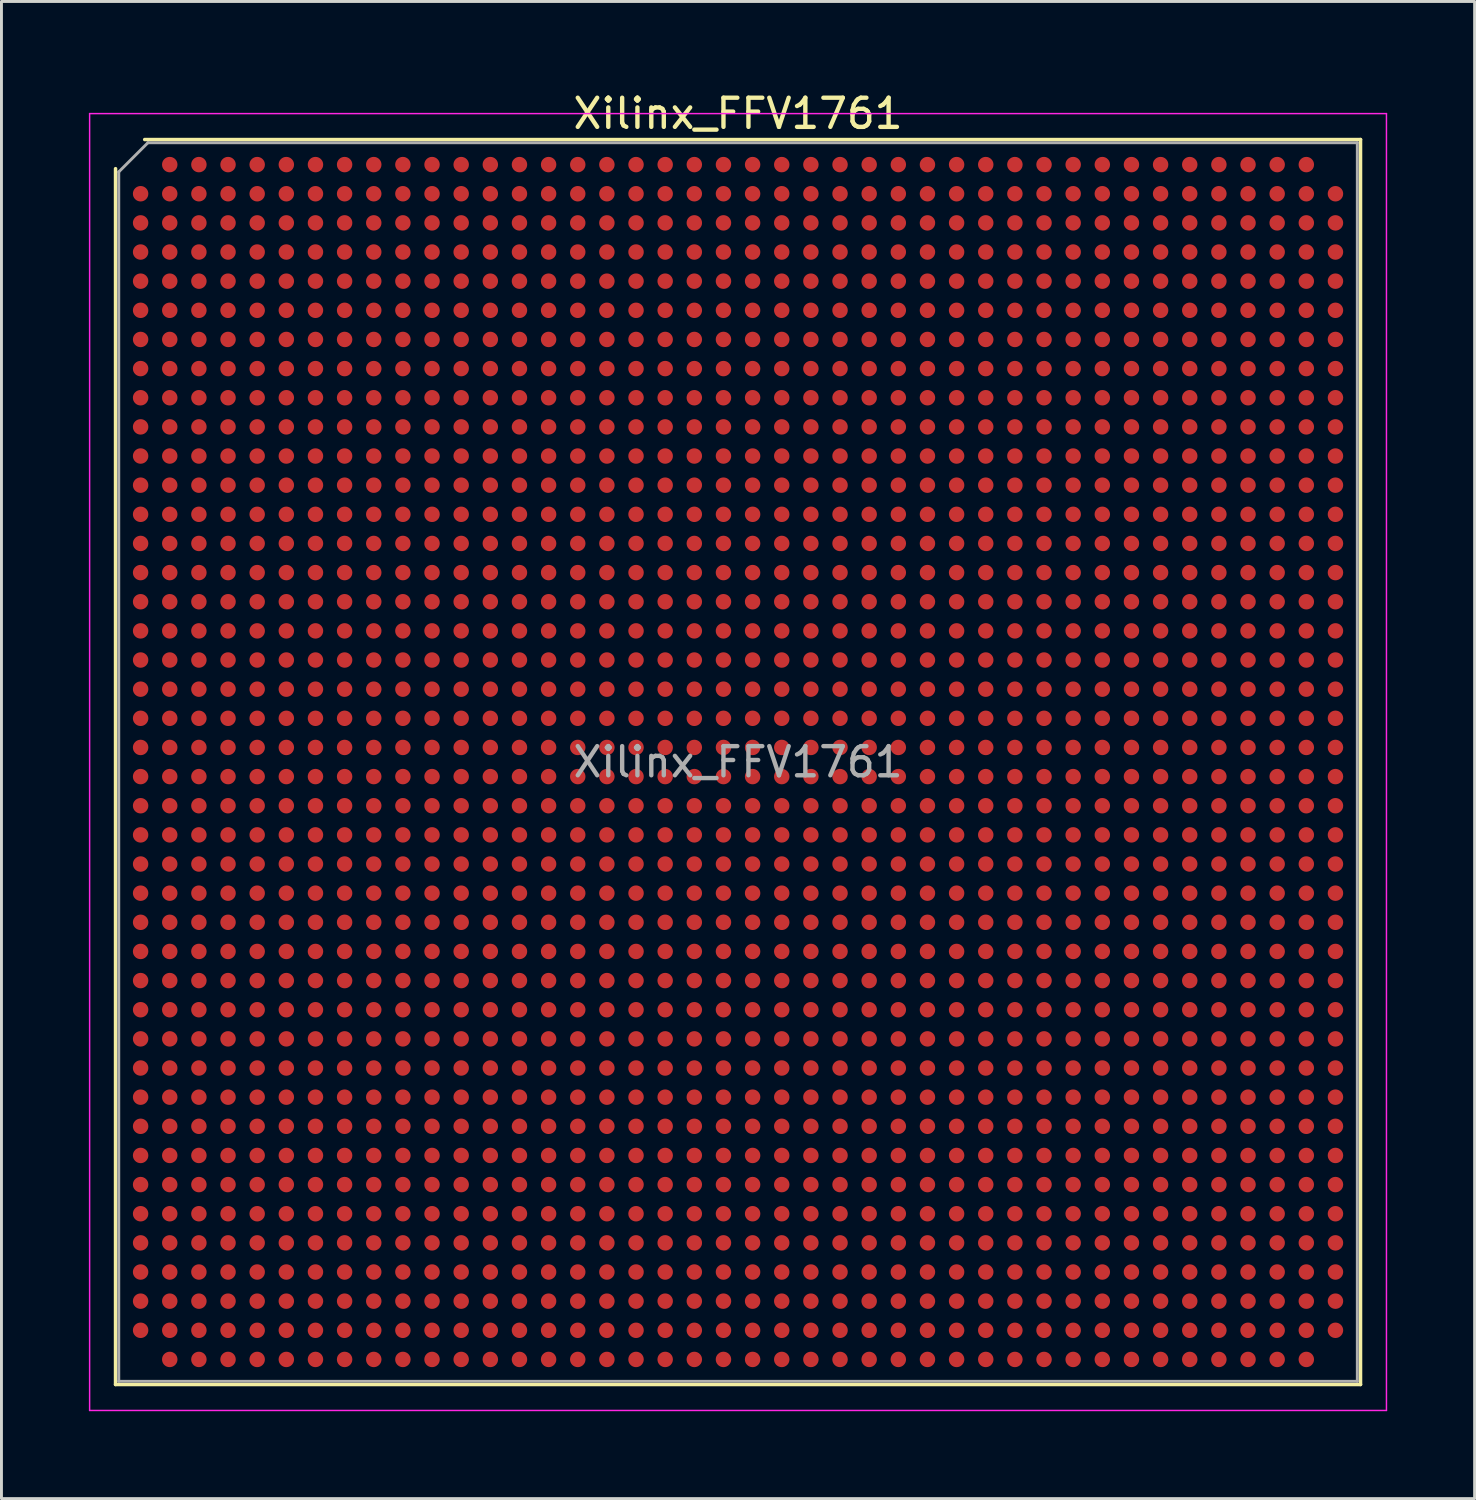
<source format=kicad_pcb>
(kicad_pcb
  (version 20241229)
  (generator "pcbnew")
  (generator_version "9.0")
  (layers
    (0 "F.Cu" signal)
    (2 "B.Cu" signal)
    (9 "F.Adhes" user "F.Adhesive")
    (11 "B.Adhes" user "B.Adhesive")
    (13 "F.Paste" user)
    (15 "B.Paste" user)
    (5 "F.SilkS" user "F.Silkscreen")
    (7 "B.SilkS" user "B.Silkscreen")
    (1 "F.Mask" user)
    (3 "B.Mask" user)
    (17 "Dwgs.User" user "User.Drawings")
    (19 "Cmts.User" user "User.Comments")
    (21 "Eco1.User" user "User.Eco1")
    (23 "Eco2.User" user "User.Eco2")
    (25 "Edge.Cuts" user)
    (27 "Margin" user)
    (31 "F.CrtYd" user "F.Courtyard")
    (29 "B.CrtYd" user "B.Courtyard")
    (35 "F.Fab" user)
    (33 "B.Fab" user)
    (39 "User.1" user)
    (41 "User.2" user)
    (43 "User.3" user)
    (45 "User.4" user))
  (footprint "Xilinx_FFV1761"
    (layer "F.Cu")
    (at 22.275 23.098)
    (property "Reference" "Xilinx_FFV1761" (at 0 -22.25 0) (layer "F.SilkS") (effects (font (size 1 1) (thickness 0.15))))
    (attr smd)
    (fp_line (start -21.36 21.36) (end -21.36 -20.36) (stroke (width 0.12) (type solid)) (layer "F.SilkS"))
    (fp_line (start -20.36 -21.36) (end 21.36 -21.36) (stroke (width 0.12) (type solid)) (layer "F.SilkS"))
    (fp_line (start 21.36 -21.36) (end 21.36 21.36) (stroke (width 0.12) (type solid)) (layer "F.SilkS"))
    (fp_line (start 21.36 21.36) (end -21.36 21.36) (stroke (width 0.12) (type solid)) (layer "F.SilkS"))
    (fp_line (start -22.25 -22.25) (end -22.25 22.25) (stroke (width 0.05) (type solid)) (layer "F.CrtYd"))
    (fp_line (start -22.25 22.25) (end 22.25 22.25) (stroke (width 0.05) (type solid)) (layer "F.CrtYd"))
    (fp_line (start 22.25 -22.25) (end -22.25 -22.25) (stroke (width 0.05) (type solid)) (layer "F.CrtYd"))
    (fp_line (start 22.25 22.25) (end 22.25 -22.25) (stroke (width 0.05) (type solid)) (layer "F.CrtYd"))
    (fp_line (start -21.25 -20.25) (end -20.25 -21.25) (stroke (width 0.1) (type solid)) (layer "F.Fab"))
    (fp_line (start -21.25 21.25) (end -21.25 -20.25) (stroke (width 0.1) (type solid)) (layer "F.Fab"))
    (fp_line (start -20.25 -21.25) (end 21.25 -21.25) (stroke (width 0.1) (type solid)) (layer "F.Fab"))
    (fp_line (start 21.25 -21.25) (end 21.25 21.25) (stroke (width 0.1) (type solid)) (layer "F.Fab"))
    (fp_line (start 21.25 21.25) (end -21.25 21.25) (stroke (width 0.1) (type solid)) (layer "F.Fab"))
    (fp_text user "${REFERENCE}" (at 0 0 0) (layer "F.Fab") (effects (font (size 1 1) (thickness 0.15))))
    (pad "A2" smd circle (at -19.5 -20.5) (size 0.53 0.53) (layers "F.Cu" "F.Mask" "F.Paste"))
    (pad "A3" smd circle (at -18.5 -20.5) (size 0.53 0.53) (layers "F.Cu" "F.Mask" "F.Paste"))
    (pad "A4" smd circle (at -17.5 -20.5) (size 0.53 0.53) (layers "F.Cu" "F.Mask" "F.Paste"))
    (pad "A5" smd circle (at -16.5 -20.5) (size 0.53 0.53) (layers "F.Cu" "F.Mask" "F.Paste"))
    (pad "A6" smd circle (at -15.5 -20.5) (size 0.53 0.53) (layers "F.Cu" "F.Mask" "F.Paste"))
    (pad "A7" smd circle (at -14.5 -20.5) (size 0.53 0.53) (layers "F.Cu" "F.Mask" "F.Paste"))
    (pad "A8" smd circle (at -13.5 -20.5) (size 0.53 0.53) (layers "F.Cu" "F.Mask" "F.Paste"))
    (pad "A9" smd circle (at -12.5 -20.5) (size 0.53 0.53) (layers "F.Cu" "F.Mask" "F.Paste"))
    (pad "A10" smd circle (at -11.5 -20.5) (size 0.53 0.53) (layers "F.Cu" "F.Mask" "F.Paste"))
    (pad "A11" smd circle (at -10.5 -20.5) (size 0.53 0.53) (layers "F.Cu" "F.Mask" "F.Paste"))
    (pad "A12" smd circle (at -9.5 -20.5) (size 0.53 0.53) (layers "F.Cu" "F.Mask" "F.Paste"))
    (pad "A13" smd circle (at -8.5 -20.5) (size 0.53 0.53) (layers "F.Cu" "F.Mask" "F.Paste"))
    (pad "A14" smd circle (at -7.5 -20.5) (size 0.53 0.53) (layers "F.Cu" "F.Mask" "F.Paste"))
    (pad "A15" smd circle (at -6.5 -20.5) (size 0.53 0.53) (layers "F.Cu" "F.Mask" "F.Paste"))
    (pad "A16" smd circle (at -5.5 -20.5) (size 0.53 0.53) (layers "F.Cu" "F.Mask" "F.Paste"))
    (pad "A17" smd circle (at -4.5 -20.5) (size 0.53 0.53) (layers "F.Cu" "F.Mask" "F.Paste"))
    (pad "A18" smd circle (at -3.5 -20.5) (size 0.53 0.53) (layers "F.Cu" "F.Mask" "F.Paste"))
    (pad "A19" smd circle (at -2.5 -20.5) (size 0.53 0.53) (layers "F.Cu" "F.Mask" "F.Paste"))
    (pad "A20" smd circle (at -1.5 -20.5) (size 0.53 0.53) (layers "F.Cu" "F.Mask" "F.Paste"))
    (pad "A21" smd circle (at -0.5 -20.5) (size 0.53 0.53) (layers "F.Cu" "F.Mask" "F.Paste"))
    (pad "A22" smd circle (at 0.5 -20.5) (size 0.53 0.53) (layers "F.Cu" "F.Mask" "F.Paste"))
    (pad "A23" smd circle (at 1.5 -20.5) (size 0.53 0.53) (layers "F.Cu" "F.Mask" "F.Paste"))
    (pad "A24" smd circle (at 2.5 -20.5) (size 0.53 0.53) (layers "F.Cu" "F.Mask" "F.Paste"))
    (pad "A25" smd circle (at 3.5 -20.5) (size 0.53 0.53) (layers "F.Cu" "F.Mask" "F.Paste"))
    (pad "A26" smd circle (at 4.5 -20.5) (size 0.53 0.53) (layers "F.Cu" "F.Mask" "F.Paste"))
    (pad "A27" smd circle (at 5.5 -20.5) (size 0.53 0.53) (layers "F.Cu" "F.Mask" "F.Paste"))
    (pad "A28" smd circle (at 6.5 -20.5) (size 0.53 0.53) (layers "F.Cu" "F.Mask" "F.Paste"))
    (pad "A29" smd circle (at 7.5 -20.5) (size 0.53 0.53) (layers "F.Cu" "F.Mask" "F.Paste"))
    (pad "A30" smd circle (at 8.5 -20.5) (size 0.53 0.53) (layers "F.Cu" "F.Mask" "F.Paste"))
    (pad "A31" smd circle (at 9.5 -20.5) (size 0.53 0.53) (layers "F.Cu" "F.Mask" "F.Paste"))
    (pad "A32" smd circle (at 10.5 -20.5) (size 0.53 0.53) (layers "F.Cu" "F.Mask" "F.Paste"))
    (pad "A33" smd circle (at 11.5 -20.5) (size 0.53 0.53) (layers "F.Cu" "F.Mask" "F.Paste"))
    (pad "A34" smd circle (at 12.5 -20.5) (size 0.53 0.53) (layers "F.Cu" "F.Mask" "F.Paste"))
    (pad "A35" smd circle (at 13.5 -20.5) (size 0.53 0.53) (layers "F.Cu" "F.Mask" "F.Paste"))
    (pad "A36" smd circle (at 14.5 -20.5) (size 0.53 0.53) (layers "F.Cu" "F.Mask" "F.Paste"))
    (pad "A37" smd circle (at 15.5 -20.5) (size 0.53 0.53) (layers "F.Cu" "F.Mask" "F.Paste"))
    (pad "A38" smd circle (at 16.5 -20.5) (size 0.53 0.53) (layers "F.Cu" "F.Mask" "F.Paste"))
    (pad "A39" smd circle (at 17.5 -20.5) (size 0.53 0.53) (layers "F.Cu" "F.Mask" "F.Paste"))
    (pad "A40" smd circle (at 18.5 -20.5) (size 0.53 0.53) (layers "F.Cu" "F.Mask" "F.Paste"))
    (pad "A41" smd circle (at 19.5 -20.5) (size 0.53 0.53) (layers "F.Cu" "F.Mask" "F.Paste"))
    (pad "AA1" smd circle (at -20.5 -0.5) (size 0.53 0.53) (layers "F.Cu" "F.Mask" "F.Paste"))
    (pad "AA2" smd circle (at -19.5 -0.5) (size 0.53 0.53) (layers "F.Cu" "F.Mask" "F.Paste"))
    (pad "AA3" smd circle (at -18.5 -0.5) (size 0.53 0.53) (layers "F.Cu" "F.Mask" "F.Paste"))
    (pad "AA4" smd circle (at -17.5 -0.5) (size 0.53 0.53) (layers "F.Cu" "F.Mask" "F.Paste"))
    (pad "AA5" smd circle (at -16.5 -0.5) (size 0.53 0.53) (layers "F.Cu" "F.Mask" "F.Paste"))
    (pad "AA6" smd circle (at -15.5 -0.5) (size 0.53 0.53) (layers "F.Cu" "F.Mask" "F.Paste"))
    (pad "AA7" smd circle (at -14.5 -0.5) (size 0.53 0.53) (layers "F.Cu" "F.Mask" "F.Paste"))
    (pad "AA8" smd circle (at -13.5 -0.5) (size 0.53 0.53) (layers "F.Cu" "F.Mask" "F.Paste"))
    (pad "AA9" smd circle (at -12.5 -0.5) (size 0.53 0.53) (layers "F.Cu" "F.Mask" "F.Paste"))
    (pad "AA10" smd circle (at -11.5 -0.5) (size 0.53 0.53) (layers "F.Cu" "F.Mask" "F.Paste"))
    (pad "AA11" smd circle (at -10.5 -0.5) (size 0.53 0.53) (layers "F.Cu" "F.Mask" "F.Paste"))
    (pad "AA12" smd circle (at -9.5 -0.5) (size 0.53 0.53) (layers "F.Cu" "F.Mask" "F.Paste"))
    (pad "AA13" smd circle (at -8.5 -0.5) (size 0.53 0.53) (layers "F.Cu" "F.Mask" "F.Paste"))
    (pad "AA14" smd circle (at -7.5 -0.5) (size 0.53 0.53) (layers "F.Cu" "F.Mask" "F.Paste"))
    (pad "AA15" smd circle (at -6.5 -0.5) (size 0.53 0.53) (layers "F.Cu" "F.Mask" "F.Paste"))
    (pad "AA16" smd circle (at -5.5 -0.5) (size 0.53 0.53) (layers "F.Cu" "F.Mask" "F.Paste"))
    (pad "AA17" smd circle (at -4.5 -0.5) (size 0.53 0.53) (layers "F.Cu" "F.Mask" "F.Paste"))
    (pad "AA18" smd circle (at -3.5 -0.5) (size 0.53 0.53) (layers "F.Cu" "F.Mask" "F.Paste"))
    (pad "AA19" smd circle (at -2.5 -0.5) (size 0.53 0.53) (layers "F.Cu" "F.Mask" "F.Paste"))
    (pad "AA20" smd circle (at -1.5 -0.5) (size 0.53 0.53) (layers "F.Cu" "F.Mask" "F.Paste"))
    (pad "AA21" smd circle (at -0.5 -0.5) (size 0.53 0.53) (layers "F.Cu" "F.Mask" "F.Paste"))
    (pad "AA22" smd circle (at 0.5 -0.5) (size 0.53 0.53) (layers "F.Cu" "F.Mask" "F.Paste"))
    (pad "AA23" smd circle (at 1.5 -0.5) (size 0.53 0.53) (layers "F.Cu" "F.Mask" "F.Paste"))
    (pad "AA24" smd circle (at 2.5 -0.5) (size 0.53 0.53) (layers "F.Cu" "F.Mask" "F.Paste"))
    (pad "AA25" smd circle (at 3.5 -0.5) (size 0.53 0.53) (layers "F.Cu" "F.Mask" "F.Paste"))
    (pad "AA26" smd circle (at 4.5 -0.5) (size 0.53 0.53) (layers "F.Cu" "F.Mask" "F.Paste"))
    (pad "AA27" smd circle (at 5.5 -0.5) (size 0.53 0.53) (layers "F.Cu" "F.Mask" "F.Paste"))
    (pad "AA28" smd circle (at 6.5 -0.5) (size 0.53 0.53) (layers "F.Cu" "F.Mask" "F.Paste"))
    (pad "AA29" smd circle (at 7.5 -0.5) (size 0.53 0.53) (layers "F.Cu" "F.Mask" "F.Paste"))
    (pad "AA30" smd circle (at 8.5 -0.5) (size 0.53 0.53) (layers "F.Cu" "F.Mask" "F.Paste"))
    (pad "AA31" smd circle (at 9.5 -0.5) (size 0.53 0.53) (layers "F.Cu" "F.Mask" "F.Paste"))
    (pad "AA32" smd circle (at 10.5 -0.5) (size 0.53 0.53) (layers "F.Cu" "F.Mask" "F.Paste"))
    (pad "AA33" smd circle (at 11.5 -0.5) (size 0.53 0.53) (layers "F.Cu" "F.Mask" "F.Paste"))
    (pad "AA34" smd circle (at 12.5 -0.5) (size 0.53 0.53) (layers "F.Cu" "F.Mask" "F.Paste"))
    (pad "AA35" smd circle (at 13.5 -0.5) (size 0.53 0.53) (layers "F.Cu" "F.Mask" "F.Paste"))
    (pad "AA36" smd circle (at 14.5 -0.5) (size 0.53 0.53) (layers "F.Cu" "F.Mask" "F.Paste"))
    (pad "AA37" smd circle (at 15.5 -0.5) (size 0.53 0.53) (layers "F.Cu" "F.Mask" "F.Paste"))
    (pad "AA38" smd circle (at 16.5 -0.5) (size 0.53 0.53) (layers "F.Cu" "F.Mask" "F.Paste"))
    (pad "AA39" smd circle (at 17.5 -0.5) (size 0.53 0.53) (layers "F.Cu" "F.Mask" "F.Paste"))
    (pad "AA40" smd circle (at 18.5 -0.5) (size 0.53 0.53) (layers "F.Cu" "F.Mask" "F.Paste"))
    (pad "AA41" smd circle (at 19.5 -0.5) (size 0.53 0.53) (layers "F.Cu" "F.Mask" "F.Paste"))
    (pad "AA42" smd circle (at 20.5 -0.5) (size 0.53 0.53) (layers "F.Cu" "F.Mask" "F.Paste"))
    (pad "AB1" smd circle (at -20.5 0.5) (size 0.53 0.53) (layers "F.Cu" "F.Mask" "F.Paste"))
    (pad "AB2" smd circle (at -19.5 0.5) (size 0.53 0.53) (layers "F.Cu" "F.Mask" "F.Paste"))
    (pad "AB3" smd circle (at -18.5 0.5) (size 0.53 0.53) (layers "F.Cu" "F.Mask" "F.Paste"))
    (pad "AB4" smd circle (at -17.5 0.5) (size 0.53 0.53) (layers "F.Cu" "F.Mask" "F.Paste"))
    (pad "AB5" smd circle (at -16.5 0.5) (size 0.53 0.53) (layers "F.Cu" "F.Mask" "F.Paste"))
    (pad "AB6" smd circle (at -15.5 0.5) (size 0.53 0.53) (layers "F.Cu" "F.Mask" "F.Paste"))
    (pad "AB7" smd circle (at -14.5 0.5) (size 0.53 0.53) (layers "F.Cu" "F.Mask" "F.Paste"))
    (pad "AB8" smd circle (at -13.5 0.5) (size 0.53 0.53) (layers "F.Cu" "F.Mask" "F.Paste"))
    (pad "AB9" smd circle (at -12.5 0.5) (size 0.53 0.53) (layers "F.Cu" "F.Mask" "F.Paste"))
    (pad "AB10" smd circle (at -11.5 0.5) (size 0.53 0.53) (layers "F.Cu" "F.Mask" "F.Paste"))
    (pad "AB11" smd circle (at -10.5 0.5) (size 0.53 0.53) (layers "F.Cu" "F.Mask" "F.Paste"))
    (pad "AB12" smd circle (at -9.5 0.5) (size 0.53 0.53) (layers "F.Cu" "F.Mask" "F.Paste"))
    (pad "AB13" smd circle (at -8.5 0.5) (size 0.53 0.53) (layers "F.Cu" "F.Mask" "F.Paste"))
    (pad "AB14" smd circle (at -7.5 0.5) (size 0.53 0.53) (layers "F.Cu" "F.Mask" "F.Paste"))
    (pad "AB15" smd circle (at -6.5 0.5) (size 0.53 0.53) (layers "F.Cu" "F.Mask" "F.Paste"))
    (pad "AB16" smd circle (at -5.5 0.5) (size 0.53 0.53) (layers "F.Cu" "F.Mask" "F.Paste"))
    (pad "AB17" smd circle (at -4.5 0.5) (size 0.53 0.53) (layers "F.Cu" "F.Mask" "F.Paste"))
    (pad "AB18" smd circle (at -3.5 0.5) (size 0.53 0.53) (layers "F.Cu" "F.Mask" "F.Paste"))
    (pad "AB19" smd circle (at -2.5 0.5) (size 0.53 0.53) (layers "F.Cu" "F.Mask" "F.Paste"))
    (pad "AB20" smd circle (at -1.5 0.5) (size 0.53 0.53) (layers "F.Cu" "F.Mask" "F.Paste"))
    (pad "AB21" smd circle (at -0.5 0.5) (size 0.53 0.53) (layers "F.Cu" "F.Mask" "F.Paste"))
    (pad "AB22" smd circle (at 0.5 0.5) (size 0.53 0.53) (layers "F.Cu" "F.Mask" "F.Paste"))
    (pad "AB23" smd circle (at 1.5 0.5) (size 0.53 0.53) (layers "F.Cu" "F.Mask" "F.Paste"))
    (pad "AB24" smd circle (at 2.5 0.5) (size 0.53 0.53) (layers "F.Cu" "F.Mask" "F.Paste"))
    (pad "AB25" smd circle (at 3.5 0.5) (size 0.53 0.53) (layers "F.Cu" "F.Mask" "F.Paste"))
    (pad "AB26" smd circle (at 4.5 0.5) (size 0.53 0.53) (layers "F.Cu" "F.Mask" "F.Paste"))
    (pad "AB27" smd circle (at 5.5 0.5) (size 0.53 0.53) (layers "F.Cu" "F.Mask" "F.Paste"))
    (pad "AB28" smd circle (at 6.5 0.5) (size 0.53 0.53) (layers "F.Cu" "F.Mask" "F.Paste"))
    (pad "AB29" smd circle (at 7.5 0.5) (size 0.53 0.53) (layers "F.Cu" "F.Mask" "F.Paste"))
    (pad "AB30" smd circle (at 8.5 0.5) (size 0.53 0.53) (layers "F.Cu" "F.Mask" "F.Paste"))
    (pad "AB31" smd circle (at 9.5 0.5) (size 0.53 0.53) (layers "F.Cu" "F.Mask" "F.Paste"))
    (pad "AB32" smd circle (at 10.5 0.5) (size 0.53 0.53) (layers "F.Cu" "F.Mask" "F.Paste"))
    (pad "AB33" smd circle (at 11.5 0.5) (size 0.53 0.53) (layers "F.Cu" "F.Mask" "F.Paste"))
    (pad "AB34" smd circle (at 12.5 0.5) (size 0.53 0.53) (layers "F.Cu" "F.Mask" "F.Paste"))
    (pad "AB35" smd circle (at 13.5 0.5) (size 0.53 0.53) (layers "F.Cu" "F.Mask" "F.Paste"))
    (pad "AB36" smd circle (at 14.5 0.5) (size 0.53 0.53) (layers "F.Cu" "F.Mask" "F.Paste"))
    (pad "AB37" smd circle (at 15.5 0.5) (size 0.53 0.53) (layers "F.Cu" "F.Mask" "F.Paste"))
    (pad "AB38" smd circle (at 16.5 0.5) (size 0.53 0.53) (layers "F.Cu" "F.Mask" "F.Paste"))
    (pad "AB39" smd circle (at 17.5 0.5) (size 0.53 0.53) (layers "F.Cu" "F.Mask" "F.Paste"))
    (pad "AB40" smd circle (at 18.5 0.5) (size 0.53 0.53) (layers "F.Cu" "F.Mask" "F.Paste"))
    (pad "AB41" smd circle (at 19.5 0.5) (size 0.53 0.53) (layers "F.Cu" "F.Mask" "F.Paste"))
    (pad "AB42" smd circle (at 20.5 0.5) (size 0.53 0.53) (layers "F.Cu" "F.Mask" "F.Paste"))
    (pad "AC1" smd circle (at -20.5 1.5) (size 0.53 0.53) (layers "F.Cu" "F.Mask" "F.Paste"))
    (pad "AC2" smd circle (at -19.5 1.5) (size 0.53 0.53) (layers "F.Cu" "F.Mask" "F.Paste"))
    (pad "AC3" smd circle (at -18.5 1.5) (size 0.53 0.53) (layers "F.Cu" "F.Mask" "F.Paste"))
    (pad "AC4" smd circle (at -17.5 1.5) (size 0.53 0.53) (layers "F.Cu" "F.Mask" "F.Paste"))
    (pad "AC5" smd circle (at -16.5 1.5) (size 0.53 0.53) (layers "F.Cu" "F.Mask" "F.Paste"))
    (pad "AC6" smd circle (at -15.5 1.5) (size 0.53 0.53) (layers "F.Cu" "F.Mask" "F.Paste"))
    (pad "AC7" smd circle (at -14.5 1.5) (size 0.53 0.53) (layers "F.Cu" "F.Mask" "F.Paste"))
    (pad "AC8" smd circle (at -13.5 1.5) (size 0.53 0.53) (layers "F.Cu" "F.Mask" "F.Paste"))
    (pad "AC9" smd circle (at -12.5 1.5) (size 0.53 0.53) (layers "F.Cu" "F.Mask" "F.Paste"))
    (pad "AC10" smd circle (at -11.5 1.5) (size 0.53 0.53) (layers "F.Cu" "F.Mask" "F.Paste"))
    (pad "AC11" smd circle (at -10.5 1.5) (size 0.53 0.53) (layers "F.Cu" "F.Mask" "F.Paste"))
    (pad "AC12" smd circle (at -9.5 1.5) (size 0.53 0.53) (layers "F.Cu" "F.Mask" "F.Paste"))
    (pad "AC13" smd circle (at -8.5 1.5) (size 0.53 0.53) (layers "F.Cu" "F.Mask" "F.Paste"))
    (pad "AC14" smd circle (at -7.5 1.5) (size 0.53 0.53) (layers "F.Cu" "F.Mask" "F.Paste"))
    (pad "AC15" smd circle (at -6.5 1.5) (size 0.53 0.53) (layers "F.Cu" "F.Mask" "F.Paste"))
    (pad "AC16" smd circle (at -5.5 1.5) (size 0.53 0.53) (layers "F.Cu" "F.Mask" "F.Paste"))
    (pad "AC17" smd circle (at -4.5 1.5) (size 0.53 0.53) (layers "F.Cu" "F.Mask" "F.Paste"))
    (pad "AC18" smd circle (at -3.5 1.5) (size 0.53 0.53) (layers "F.Cu" "F.Mask" "F.Paste"))
    (pad "AC19" smd circle (at -2.5 1.5) (size 0.53 0.53) (layers "F.Cu" "F.Mask" "F.Paste"))
    (pad "AC20" smd circle (at -1.5 1.5) (size 0.53 0.53) (layers "F.Cu" "F.Mask" "F.Paste"))
    (pad "AC21" smd circle (at -0.5 1.5) (size 0.53 0.53) (layers "F.Cu" "F.Mask" "F.Paste"))
    (pad "AC22" smd circle (at 0.5 1.5) (size 0.53 0.53) (layers "F.Cu" "F.Mask" "F.Paste"))
    (pad "AC23" smd circle (at 1.5 1.5) (size 0.53 0.53) (layers "F.Cu" "F.Mask" "F.Paste"))
    (pad "AC24" smd circle (at 2.5 1.5) (size 0.53 0.53) (layers "F.Cu" "F.Mask" "F.Paste"))
    (pad "AC25" smd circle (at 3.5 1.5) (size 0.53 0.53) (layers "F.Cu" "F.Mask" "F.Paste"))
    (pad "AC26" smd circle (at 4.5 1.5) (size 0.53 0.53) (layers "F.Cu" "F.Mask" "F.Paste"))
    (pad "AC27" smd circle (at 5.5 1.5) (size 0.53 0.53) (layers "F.Cu" "F.Mask" "F.Paste"))
    (pad "AC28" smd circle (at 6.5 1.5) (size 0.53 0.53) (layers "F.Cu" "F.Mask" "F.Paste"))
    (pad "AC29" smd circle (at 7.5 1.5) (size 0.53 0.53) (layers "F.Cu" "F.Mask" "F.Paste"))
    (pad "AC30" smd circle (at 8.5 1.5) (size 0.53 0.53) (layers "F.Cu" "F.Mask" "F.Paste"))
    (pad "AC31" smd circle (at 9.5 1.5) (size 0.53 0.53) (layers "F.Cu" "F.Mask" "F.Paste"))
    (pad "AC32" smd circle (at 10.5 1.5) (size 0.53 0.53) (layers "F.Cu" "F.Mask" "F.Paste"))
    (pad "AC33" smd circle (at 11.5 1.5) (size 0.53 0.53) (layers "F.Cu" "F.Mask" "F.Paste"))
    (pad "AC34" smd circle (at 12.5 1.5) (size 0.53 0.53) (layers "F.Cu" "F.Mask" "F.Paste"))
    (pad "AC35" smd circle (at 13.5 1.5) (size 0.53 0.53) (layers "F.Cu" "F.Mask" "F.Paste"))
    (pad "AC36" smd circle (at 14.5 1.5) (size 0.53 0.53) (layers "F.Cu" "F.Mask" "F.Paste"))
    (pad "AC37" smd circle (at 15.5 1.5) (size 0.53 0.53) (layers "F.Cu" "F.Mask" "F.Paste"))
    (pad "AC38" smd circle (at 16.5 1.5) (size 0.53 0.53) (layers "F.Cu" "F.Mask" "F.Paste"))
    (pad "AC39" smd circle (at 17.5 1.5) (size 0.53 0.53) (layers "F.Cu" "F.Mask" "F.Paste"))
    (pad "AC40" smd circle (at 18.5 1.5) (size 0.53 0.53) (layers "F.Cu" "F.Mask" "F.Paste"))
    (pad "AC41" smd circle (at 19.5 1.5) (size 0.53 0.53) (layers "F.Cu" "F.Mask" "F.Paste"))
    (pad "AC42" smd circle (at 20.5 1.5) (size 0.53 0.53) (layers "F.Cu" "F.Mask" "F.Paste"))
    (pad "AD1" smd circle (at -20.5 2.5) (size 0.53 0.53) (layers "F.Cu" "F.Mask" "F.Paste"))
    (pad "AD2" smd circle (at -19.5 2.5) (size 0.53 0.53) (layers "F.Cu" "F.Mask" "F.Paste"))
    (pad "AD3" smd circle (at -18.5 2.5) (size 0.53 0.53) (layers "F.Cu" "F.Mask" "F.Paste"))
    (pad "AD4" smd circle (at -17.5 2.5) (size 0.53 0.53) (layers "F.Cu" "F.Mask" "F.Paste"))
    (pad "AD5" smd circle (at -16.5 2.5) (size 0.53 0.53) (layers "F.Cu" "F.Mask" "F.Paste"))
    (pad "AD6" smd circle (at -15.5 2.5) (size 0.53 0.53) (layers "F.Cu" "F.Mask" "F.Paste"))
    (pad "AD7" smd circle (at -14.5 2.5) (size 0.53 0.53) (layers "F.Cu" "F.Mask" "F.Paste"))
    (pad "AD8" smd circle (at -13.5 2.5) (size 0.53 0.53) (layers "F.Cu" "F.Mask" "F.Paste"))
    (pad "AD9" smd circle (at -12.5 2.5) (size 0.53 0.53) (layers "F.Cu" "F.Mask" "F.Paste"))
    (pad "AD10" smd circle (at -11.5 2.5) (size 0.53 0.53) (layers "F.Cu" "F.Mask" "F.Paste"))
    (pad "AD11" smd circle (at -10.5 2.5) (size 0.53 0.53) (layers "F.Cu" "F.Mask" "F.Paste"))
    (pad "AD12" smd circle (at -9.5 2.5) (size 0.53 0.53) (layers "F.Cu" "F.Mask" "F.Paste"))
    (pad "AD13" smd circle (at -8.5 2.5) (size 0.53 0.53) (layers "F.Cu" "F.Mask" "F.Paste"))
    (pad "AD14" smd circle (at -7.5 2.5) (size 0.53 0.53) (layers "F.Cu" "F.Mask" "F.Paste"))
    (pad "AD15" smd circle (at -6.5 2.5) (size 0.53 0.53) (layers "F.Cu" "F.Mask" "F.Paste"))
    (pad "AD16" smd circle (at -5.5 2.5) (size 0.53 0.53) (layers "F.Cu" "F.Mask" "F.Paste"))
    (pad "AD17" smd circle (at -4.5 2.5) (size 0.53 0.53) (layers "F.Cu" "F.Mask" "F.Paste"))
    (pad "AD18" smd circle (at -3.5 2.5) (size 0.53 0.53) (layers "F.Cu" "F.Mask" "F.Paste"))
    (pad "AD19" smd circle (at -2.5 2.5) (size 0.53 0.53) (layers "F.Cu" "F.Mask" "F.Paste"))
    (pad "AD20" smd circle (at -1.5 2.5) (size 0.53 0.53) (layers "F.Cu" "F.Mask" "F.Paste"))
    (pad "AD21" smd circle (at -0.5 2.5) (size 0.53 0.53) (layers "F.Cu" "F.Mask" "F.Paste"))
    (pad "AD22" smd circle (at 0.5 2.5) (size 0.53 0.53) (layers "F.Cu" "F.Mask" "F.Paste"))
    (pad "AD23" smd circle (at 1.5 2.5) (size 0.53 0.53) (layers "F.Cu" "F.Mask" "F.Paste"))
    (pad "AD24" smd circle (at 2.5 2.5) (size 0.53 0.53) (layers "F.Cu" "F.Mask" "F.Paste"))
    (pad "AD25" smd circle (at 3.5 2.5) (size 0.53 0.53) (layers "F.Cu" "F.Mask" "F.Paste"))
    (pad "AD26" smd circle (at 4.5 2.5) (size 0.53 0.53) (layers "F.Cu" "F.Mask" "F.Paste"))
    (pad "AD27" smd circle (at 5.5 2.5) (size 0.53 0.53) (layers "F.Cu" "F.Mask" "F.Paste"))
    (pad "AD28" smd circle (at 6.5 2.5) (size 0.53 0.53) (layers "F.Cu" "F.Mask" "F.Paste"))
    (pad "AD29" smd circle (at 7.5 2.5) (size 0.53 0.53) (layers "F.Cu" "F.Mask" "F.Paste"))
    (pad "AD30" smd circle (at 8.5 2.5) (size 0.53 0.53) (layers "F.Cu" "F.Mask" "F.Paste"))
    (pad "AD31" smd circle (at 9.5 2.5) (size 0.53 0.53) (layers "F.Cu" "F.Mask" "F.Paste"))
    (pad "AD32" smd circle (at 10.5 2.5) (size 0.53 0.53) (layers "F.Cu" "F.Mask" "F.Paste"))
    (pad "AD33" smd circle (at 11.5 2.5) (size 0.53 0.53) (layers "F.Cu" "F.Mask" "F.Paste"))
    (pad "AD34" smd circle (at 12.5 2.5) (size 0.53 0.53) (layers "F.Cu" "F.Mask" "F.Paste"))
    (pad "AD35" smd circle (at 13.5 2.5) (size 0.53 0.53) (layers "F.Cu" "F.Mask" "F.Paste"))
    (pad "AD36" smd circle (at 14.5 2.5) (size 0.53 0.53) (layers "F.Cu" "F.Mask" "F.Paste"))
    (pad "AD37" smd circle (at 15.5 2.5) (size 0.53 0.53) (layers "F.Cu" "F.Mask" "F.Paste"))
    (pad "AD38" smd circle (at 16.5 2.5) (size 0.53 0.53) (layers "F.Cu" "F.Mask" "F.Paste"))
    (pad "AD39" smd circle (at 17.5 2.5) (size 0.53 0.53) (layers "F.Cu" "F.Mask" "F.Paste"))
    (pad "AD40" smd circle (at 18.5 2.5) (size 0.53 0.53) (layers "F.Cu" "F.Mask" "F.Paste"))
    (pad "AD41" smd circle (at 19.5 2.5) (size 0.53 0.53) (layers "F.Cu" "F.Mask" "F.Paste"))
    (pad "AD42" smd circle (at 20.5 2.5) (size 0.53 0.53) (layers "F.Cu" "F.Mask" "F.Paste"))
    (pad "AE1" smd circle (at -20.5 3.5) (size 0.53 0.53) (layers "F.Cu" "F.Mask" "F.Paste"))
    (pad "AE2" smd circle (at -19.5 3.5) (size 0.53 0.53) (layers "F.Cu" "F.Mask" "F.Paste"))
    (pad "AE3" smd circle (at -18.5 3.5) (size 0.53 0.53) (layers "F.Cu" "F.Mask" "F.Paste"))
    (pad "AE4" smd circle (at -17.5 3.5) (size 0.53 0.53) (layers "F.Cu" "F.Mask" "F.Paste"))
    (pad "AE5" smd circle (at -16.5 3.5) (size 0.53 0.53) (layers "F.Cu" "F.Mask" "F.Paste"))
    (pad "AE6" smd circle (at -15.5 3.5) (size 0.53 0.53) (layers "F.Cu" "F.Mask" "F.Paste"))
    (pad "AE7" smd circle (at -14.5 3.5) (size 0.53 0.53) (layers "F.Cu" "F.Mask" "F.Paste"))
    (pad "AE8" smd circle (at -13.5 3.5) (size 0.53 0.53) (layers "F.Cu" "F.Mask" "F.Paste"))
    (pad "AE9" smd circle (at -12.5 3.5) (size 0.53 0.53) (layers "F.Cu" "F.Mask" "F.Paste"))
    (pad "AE10" smd circle (at -11.5 3.5) (size 0.53 0.53) (layers "F.Cu" "F.Mask" "F.Paste"))
    (pad "AE11" smd circle (at -10.5 3.5) (size 0.53 0.53) (layers "F.Cu" "F.Mask" "F.Paste"))
    (pad "AE12" smd circle (at -9.5 3.5) (size 0.53 0.53) (layers "F.Cu" "F.Mask" "F.Paste"))
    (pad "AE13" smd circle (at -8.5 3.5) (size 0.53 0.53) (layers "F.Cu" "F.Mask" "F.Paste"))
    (pad "AE14" smd circle (at -7.5 3.5) (size 0.53 0.53) (layers "F.Cu" "F.Mask" "F.Paste"))
    (pad "AE15" smd circle (at -6.5 3.5) (size 0.53 0.53) (layers "F.Cu" "F.Mask" "F.Paste"))
    (pad "AE16" smd circle (at -5.5 3.5) (size 0.53 0.53) (layers "F.Cu" "F.Mask" "F.Paste"))
    (pad "AE17" smd circle (at -4.5 3.5) (size 0.53 0.53) (layers "F.Cu" "F.Mask" "F.Paste"))
    (pad "AE18" smd circle (at -3.5 3.5) (size 0.53 0.53) (layers "F.Cu" "F.Mask" "F.Paste"))
    (pad "AE19" smd circle (at -2.5 3.5) (size 0.53 0.53) (layers "F.Cu" "F.Mask" "F.Paste"))
    (pad "AE20" smd circle (at -1.5 3.5) (size 0.53 0.53) (layers "F.Cu" "F.Mask" "F.Paste"))
    (pad "AE21" smd circle (at -0.5 3.5) (size 0.53 0.53) (layers "F.Cu" "F.Mask" "F.Paste"))
    (pad "AE22" smd circle (at 0.5 3.5) (size 0.53 0.53) (layers "F.Cu" "F.Mask" "F.Paste"))
    (pad "AE23" smd circle (at 1.5 3.5) (size 0.53 0.53) (layers "F.Cu" "F.Mask" "F.Paste"))
    (pad "AE24" smd circle (at 2.5 3.5) (size 0.53 0.53) (layers "F.Cu" "F.Mask" "F.Paste"))
    (pad "AE25" smd circle (at 3.5 3.5) (size 0.53 0.53) (layers "F.Cu" "F.Mask" "F.Paste"))
    (pad "AE26" smd circle (at 4.5 3.5) (size 0.53 0.53) (layers "F.Cu" "F.Mask" "F.Paste"))
    (pad "AE27" smd circle (at 5.5 3.5) (size 0.53 0.53) (layers "F.Cu" "F.Mask" "F.Paste"))
    (pad "AE28" smd circle (at 6.5 3.5) (size 0.53 0.53) (layers "F.Cu" "F.Mask" "F.Paste"))
    (pad "AE29" smd circle (at 7.5 3.5) (size 0.53 0.53) (layers "F.Cu" "F.Mask" "F.Paste"))
    (pad "AE30" smd circle (at 8.5 3.5) (size 0.53 0.53) (layers "F.Cu" "F.Mask" "F.Paste"))
    (pad "AE31" smd circle (at 9.5 3.5) (size 0.53 0.53) (layers "F.Cu" "F.Mask" "F.Paste"))
    (pad "AE32" smd circle (at 10.5 3.5) (size 0.53 0.53) (layers "F.Cu" "F.Mask" "F.Paste"))
    (pad "AE33" smd circle (at 11.5 3.5) (size 0.53 0.53) (layers "F.Cu" "F.Mask" "F.Paste"))
    (pad "AE34" smd circle (at 12.5 3.5) (size 0.53 0.53) (layers "F.Cu" "F.Mask" "F.Paste"))
    (pad "AE35" smd circle (at 13.5 3.5) (size 0.53 0.53) (layers "F.Cu" "F.Mask" "F.Paste"))
    (pad "AE36" smd circle (at 14.5 3.5) (size 0.53 0.53) (layers "F.Cu" "F.Mask" "F.Paste"))
    (pad "AE37" smd circle (at 15.5 3.5) (size 0.53 0.53) (layers "F.Cu" "F.Mask" "F.Paste"))
    (pad "AE38" smd circle (at 16.5 3.5) (size 0.53 0.53) (layers "F.Cu" "F.Mask" "F.Paste"))
    (pad "AE39" smd circle (at 17.5 3.5) (size 0.53 0.53) (layers "F.Cu" "F.Mask" "F.Paste"))
    (pad "AE40" smd circle (at 18.5 3.5) (size 0.53 0.53) (layers "F.Cu" "F.Mask" "F.Paste"))
    (pad "AE41" smd circle (at 19.5 3.5) (size 0.53 0.53) (layers "F.Cu" "F.Mask" "F.Paste"))
    (pad "AE42" smd circle (at 20.5 3.5) (size 0.53 0.53) (layers "F.Cu" "F.Mask" "F.Paste"))
    (pad "AF1" smd circle (at -20.5 4.5) (size 0.53 0.53) (layers "F.Cu" "F.Mask" "F.Paste"))
    (pad "AF2" smd circle (at -19.5 4.5) (size 0.53 0.53) (layers "F.Cu" "F.Mask" "F.Paste"))
    (pad "AF3" smd circle (at -18.5 4.5) (size 0.53 0.53) (layers "F.Cu" "F.Mask" "F.Paste"))
    (pad "AF4" smd circle (at -17.5 4.5) (size 0.53 0.53) (layers "F.Cu" "F.Mask" "F.Paste"))
    (pad "AF5" smd circle (at -16.5 4.5) (size 0.53 0.53) (layers "F.Cu" "F.Mask" "F.Paste"))
    (pad "AF6" smd circle (at -15.5 4.5) (size 0.53 0.53) (layers "F.Cu" "F.Mask" "F.Paste"))
    (pad "AF7" smd circle (at -14.5 4.5) (size 0.53 0.53) (layers "F.Cu" "F.Mask" "F.Paste"))
    (pad "AF8" smd circle (at -13.5 4.5) (size 0.53 0.53) (layers "F.Cu" "F.Mask" "F.Paste"))
    (pad "AF9" smd circle (at -12.5 4.5) (size 0.53 0.53) (layers "F.Cu" "F.Mask" "F.Paste"))
    (pad "AF10" smd circle (at -11.5 4.5) (size 0.53 0.53) (layers "F.Cu" "F.Mask" "F.Paste"))
    (pad "AF11" smd circle (at -10.5 4.5) (size 0.53 0.53) (layers "F.Cu" "F.Mask" "F.Paste"))
    (pad "AF12" smd circle (at -9.5 4.5) (size 0.53 0.53) (layers "F.Cu" "F.Mask" "F.Paste"))
    (pad "AF13" smd circle (at -8.5 4.5) (size 0.53 0.53) (layers "F.Cu" "F.Mask" "F.Paste"))
    (pad "AF14" smd circle (at -7.5 4.5) (size 0.53 0.53) (layers "F.Cu" "F.Mask" "F.Paste"))
    (pad "AF15" smd circle (at -6.5 4.5) (size 0.53 0.53) (layers "F.Cu" "F.Mask" "F.Paste"))
    (pad "AF16" smd circle (at -5.5 4.5) (size 0.53 0.53) (layers "F.Cu" "F.Mask" "F.Paste"))
    (pad "AF17" smd circle (at -4.5 4.5) (size 0.53 0.53) (layers "F.Cu" "F.Mask" "F.Paste"))
    (pad "AF18" smd circle (at -3.5 4.5) (size 0.53 0.53) (layers "F.Cu" "F.Mask" "F.Paste"))
    (pad "AF19" smd circle (at -2.5 4.5) (size 0.53 0.53) (layers "F.Cu" "F.Mask" "F.Paste"))
    (pad "AF20" smd circle (at -1.5 4.5) (size 0.53 0.53) (layers "F.Cu" "F.Mask" "F.Paste"))
    (pad "AF21" smd circle (at -0.5 4.5) (size 0.53 0.53) (layers "F.Cu" "F.Mask" "F.Paste"))
    (pad "AF22" smd circle (at 0.5 4.5) (size 0.53 0.53) (layers "F.Cu" "F.Mask" "F.Paste"))
    (pad "AF23" smd circle (at 1.5 4.5) (size 0.53 0.53) (layers "F.Cu" "F.Mask" "F.Paste"))
    (pad "AF24" smd circle (at 2.5 4.5) (size 0.53 0.53) (layers "F.Cu" "F.Mask" "F.Paste"))
    (pad "AF25" smd circle (at 3.5 4.5) (size 0.53 0.53) (layers "F.Cu" "F.Mask" "F.Paste"))
    (pad "AF26" smd circle (at 4.5 4.5) (size 0.53 0.53) (layers "F.Cu" "F.Mask" "F.Paste"))
    (pad "AF27" smd circle (at 5.5 4.5) (size 0.53 0.53) (layers "F.Cu" "F.Mask" "F.Paste"))
    (pad "AF28" smd circle (at 6.5 4.5) (size 0.53 0.53) (layers "F.Cu" "F.Mask" "F.Paste"))
    (pad "AF29" smd circle (at 7.5 4.5) (size 0.53 0.53) (layers "F.Cu" "F.Mask" "F.Paste"))
    (pad "AF30" smd circle (at 8.5 4.5) (size 0.53 0.53) (layers "F.Cu" "F.Mask" "F.Paste"))
    (pad "AF31" smd circle (at 9.5 4.5) (size 0.53 0.53) (layers "F.Cu" "F.Mask" "F.Paste"))
    (pad "AF32" smd circle (at 10.5 4.5) (size 0.53 0.53) (layers "F.Cu" "F.Mask" "F.Paste"))
    (pad "AF33" smd circle (at 11.5 4.5) (size 0.53 0.53) (layers "F.Cu" "F.Mask" "F.Paste"))
    (pad "AF34" smd circle (at 12.5 4.5) (size 0.53 0.53) (layers "F.Cu" "F.Mask" "F.Paste"))
    (pad "AF35" smd circle (at 13.5 4.5) (size 0.53 0.53) (layers "F.Cu" "F.Mask" "F.Paste"))
    (pad "AF36" smd circle (at 14.5 4.5) (size 0.53 0.53) (layers "F.Cu" "F.Mask" "F.Paste"))
    (pad "AF37" smd circle (at 15.5 4.5) (size 0.53 0.53) (layers "F.Cu" "F.Mask" "F.Paste"))
    (pad "AF38" smd circle (at 16.5 4.5) (size 0.53 0.53) (layers "F.Cu" "F.Mask" "F.Paste"))
    (pad "AF39" smd circle (at 17.5 4.5) (size 0.53 0.53) (layers "F.Cu" "F.Mask" "F.Paste"))
    (pad "AF40" smd circle (at 18.5 4.5) (size 0.53 0.53) (layers "F.Cu" "F.Mask" "F.Paste"))
    (pad "AF41" smd circle (at 19.5 4.5) (size 0.53 0.53) (layers "F.Cu" "F.Mask" "F.Paste"))
    (pad "AF42" smd circle (at 20.5 4.5) (size 0.53 0.53) (layers "F.Cu" "F.Mask" "F.Paste"))
    (pad "AG1" smd circle (at -20.5 5.5) (size 0.53 0.53) (layers "F.Cu" "F.Mask" "F.Paste"))
    (pad "AG2" smd circle (at -19.5 5.5) (size 0.53 0.53) (layers "F.Cu" "F.Mask" "F.Paste"))
    (pad "AG3" smd circle (at -18.5 5.5) (size 0.53 0.53) (layers "F.Cu" "F.Mask" "F.Paste"))
    (pad "AG4" smd circle (at -17.5 5.5) (size 0.53 0.53) (layers "F.Cu" "F.Mask" "F.Paste"))
    (pad "AG5" smd circle (at -16.5 5.5) (size 0.53 0.53) (layers "F.Cu" "F.Mask" "F.Paste"))
    (pad "AG6" smd circle (at -15.5 5.5) (size 0.53 0.53) (layers "F.Cu" "F.Mask" "F.Paste"))
    (pad "AG7" smd circle (at -14.5 5.5) (size 0.53 0.53) (layers "F.Cu" "F.Mask" "F.Paste"))
    (pad "AG8" smd circle (at -13.5 5.5) (size 0.53 0.53) (layers "F.Cu" "F.Mask" "F.Paste"))
    (pad "AG9" smd circle (at -12.5 5.5) (size 0.53 0.53) (layers "F.Cu" "F.Mask" "F.Paste"))
    (pad "AG10" smd circle (at -11.5 5.5) (size 0.53 0.53) (layers "F.Cu" "F.Mask" "F.Paste"))
    (pad "AG11" smd circle (at -10.5 5.5) (size 0.53 0.53) (layers "F.Cu" "F.Mask" "F.Paste"))
    (pad "AG12" smd circle (at -9.5 5.5) (size 0.53 0.53) (layers "F.Cu" "F.Mask" "F.Paste"))
    (pad "AG13" smd circle (at -8.5 5.5) (size 0.53 0.53) (layers "F.Cu" "F.Mask" "F.Paste"))
    (pad "AG14" smd circle (at -7.5 5.5) (size 0.53 0.53) (layers "F.Cu" "F.Mask" "F.Paste"))
    (pad "AG15" smd circle (at -6.5 5.5) (size 0.53 0.53) (layers "F.Cu" "F.Mask" "F.Paste"))
    (pad "AG16" smd circle (at -5.5 5.5) (size 0.53 0.53) (layers "F.Cu" "F.Mask" "F.Paste"))
    (pad "AG17" smd circle (at -4.5 5.5) (size 0.53 0.53) (layers "F.Cu" "F.Mask" "F.Paste"))
    (pad "AG18" smd circle (at -3.5 5.5) (size 0.53 0.53) (layers "F.Cu" "F.Mask" "F.Paste"))
    (pad "AG19" smd circle (at -2.5 5.5) (size 0.53 0.53) (layers "F.Cu" "F.Mask" "F.Paste"))
    (pad "AG20" smd circle (at -1.5 5.5) (size 0.53 0.53) (layers "F.Cu" "F.Mask" "F.Paste"))
    (pad "AG21" smd circle (at -0.5 5.5) (size 0.53 0.53) (layers "F.Cu" "F.Mask" "F.Paste"))
    (pad "AG22" smd circle (at 0.5 5.5) (size 0.53 0.53) (layers "F.Cu" "F.Mask" "F.Paste"))
    (pad "AG23" smd circle (at 1.5 5.5) (size 0.53 0.53) (layers "F.Cu" "F.Mask" "F.Paste"))
    (pad "AG24" smd circle (at 2.5 5.5) (size 0.53 0.53) (layers "F.Cu" "F.Mask" "F.Paste"))
    (pad "AG25" smd circle (at 3.5 5.5) (size 0.53 0.53) (layers "F.Cu" "F.Mask" "F.Paste"))
    (pad "AG26" smd circle (at 4.5 5.5) (size 0.53 0.53) (layers "F.Cu" "F.Mask" "F.Paste"))
    (pad "AG27" smd circle (at 5.5 5.5) (size 0.53 0.53) (layers "F.Cu" "F.Mask" "F.Paste"))
    (pad "AG28" smd circle (at 6.5 5.5) (size 0.53 0.53) (layers "F.Cu" "F.Mask" "F.Paste"))
    (pad "AG29" smd circle (at 7.5 5.5) (size 0.53 0.53) (layers "F.Cu" "F.Mask" "F.Paste"))
    (pad "AG30" smd circle (at 8.5 5.5) (size 0.53 0.53) (layers "F.Cu" "F.Mask" "F.Paste"))
    (pad "AG31" smd circle (at 9.5 5.5) (size 0.53 0.53) (layers "F.Cu" "F.Mask" "F.Paste"))
    (pad "AG32" smd circle (at 10.5 5.5) (size 0.53 0.53) (layers "F.Cu" "F.Mask" "F.Paste"))
    (pad "AG33" smd circle (at 11.5 5.5) (size 0.53 0.53) (layers "F.Cu" "F.Mask" "F.Paste"))
    (pad "AG34" smd circle (at 12.5 5.5) (size 0.53 0.53) (layers "F.Cu" "F.Mask" "F.Paste"))
    (pad "AG35" smd circle (at 13.5 5.5) (size 0.53 0.53) (layers "F.Cu" "F.Mask" "F.Paste"))
    (pad "AG36" smd circle (at 14.5 5.5) (size 0.53 0.53) (layers "F.Cu" "F.Mask" "F.Paste"))
    (pad "AG37" smd circle (at 15.5 5.5) (size 0.53 0.53) (layers "F.Cu" "F.Mask" "F.Paste"))
    (pad "AG38" smd circle (at 16.5 5.5) (size 0.53 0.53) (layers "F.Cu" "F.Mask" "F.Paste"))
    (pad "AG39" smd circle (at 17.5 5.5) (size 0.53 0.53) (layers "F.Cu" "F.Mask" "F.Paste"))
    (pad "AG40" smd circle (at 18.5 5.5) (size 0.53 0.53) (layers "F.Cu" "F.Mask" "F.Paste"))
    (pad "AG41" smd circle (at 19.5 5.5) (size 0.53 0.53) (layers "F.Cu" "F.Mask" "F.Paste"))
    (pad "AG42" smd circle (at 20.5 5.5) (size 0.53 0.53) (layers "F.Cu" "F.Mask" "F.Paste"))
    (pad "AH1" smd circle (at -20.5 6.5) (size 0.53 0.53) (layers "F.Cu" "F.Mask" "F.Paste"))
    (pad "AH2" smd circle (at -19.5 6.5) (size 0.53 0.53) (layers "F.Cu" "F.Mask" "F.Paste"))
    (pad "AH3" smd circle (at -18.5 6.5) (size 0.53 0.53) (layers "F.Cu" "F.Mask" "F.Paste"))
    (pad "AH4" smd circle (at -17.5 6.5) (size 0.53 0.53) (layers "F.Cu" "F.Mask" "F.Paste"))
    (pad "AH5" smd circle (at -16.5 6.5) (size 0.53 0.53) (layers "F.Cu" "F.Mask" "F.Paste"))
    (pad "AH6" smd circle (at -15.5 6.5) (size 0.53 0.53) (layers "F.Cu" "F.Mask" "F.Paste"))
    (pad "AH7" smd circle (at -14.5 6.5) (size 0.53 0.53) (layers "F.Cu" "F.Mask" "F.Paste"))
    (pad "AH8" smd circle (at -13.5 6.5) (size 0.53 0.53) (layers "F.Cu" "F.Mask" "F.Paste"))
    (pad "AH9" smd circle (at -12.5 6.5) (size 0.53 0.53) (layers "F.Cu" "F.Mask" "F.Paste"))
    (pad "AH10" smd circle (at -11.5 6.5) (size 0.53 0.53) (layers "F.Cu" "F.Mask" "F.Paste"))
    (pad "AH11" smd circle (at -10.5 6.5) (size 0.53 0.53) (layers "F.Cu" "F.Mask" "F.Paste"))
    (pad "AH12" smd circle (at -9.5 6.5) (size 0.53 0.53) (layers "F.Cu" "F.Mask" "F.Paste"))
    (pad "AH13" smd circle (at -8.5 6.5) (size 0.53 0.53) (layers "F.Cu" "F.Mask" "F.Paste"))
    (pad "AH14" smd circle (at -7.5 6.5) (size 0.53 0.53) (layers "F.Cu" "F.Mask" "F.Paste"))
    (pad "AH15" smd circle (at -6.5 6.5) (size 0.53 0.53) (layers "F.Cu" "F.Mask" "F.Paste"))
    (pad "AH16" smd circle (at -5.5 6.5) (size 0.53 0.53) (layers "F.Cu" "F.Mask" "F.Paste"))
    (pad "AH17" smd circle (at -4.5 6.5) (size 0.53 0.53) (layers "F.Cu" "F.Mask" "F.Paste"))
    (pad "AH18" smd circle (at -3.5 6.5) (size 0.53 0.53) (layers "F.Cu" "F.Mask" "F.Paste"))
    (pad "AH19" smd circle (at -2.5 6.5) (size 0.53 0.53) (layers "F.Cu" "F.Mask" "F.Paste"))
    (pad "AH20" smd circle (at -1.5 6.5) (size 0.53 0.53) (layers "F.Cu" "F.Mask" "F.Paste"))
    (pad "AH21" smd circle (at -0.5 6.5) (size 0.53 0.53) (layers "F.Cu" "F.Mask" "F.Paste"))
    (pad "AH22" smd circle (at 0.5 6.5) (size 0.53 0.53) (layers "F.Cu" "F.Mask" "F.Paste"))
    (pad "AH23" smd circle (at 1.5 6.5) (size 0.53 0.53) (layers "F.Cu" "F.Mask" "F.Paste"))
    (pad "AH24" smd circle (at 2.5 6.5) (size 0.53 0.53) (layers "F.Cu" "F.Mask" "F.Paste"))
    (pad "AH25" smd circle (at 3.5 6.5) (size 0.53 0.53) (layers "F.Cu" "F.Mask" "F.Paste"))
    (pad "AH26" smd circle (at 4.5 6.5) (size 0.53 0.53) (layers "F.Cu" "F.Mask" "F.Paste"))
    (pad "AH27" smd circle (at 5.5 6.5) (size 0.53 0.53) (layers "F.Cu" "F.Mask" "F.Paste"))
    (pad "AH28" smd circle (at 6.5 6.5) (size 0.53 0.53) (layers "F.Cu" "F.Mask" "F.Paste"))
    (pad "AH29" smd circle (at 7.5 6.5) (size 0.53 0.53) (layers "F.Cu" "F.Mask" "F.Paste"))
    (pad "AH30" smd circle (at 8.5 6.5) (size 0.53 0.53) (layers "F.Cu" "F.Mask" "F.Paste"))
    (pad "AH31" smd circle (at 9.5 6.5) (size 0.53 0.53) (layers "F.Cu" "F.Mask" "F.Paste"))
    (pad "AH32" smd circle (at 10.5 6.5) (size 0.53 0.53) (layers "F.Cu" "F.Mask" "F.Paste"))
    (pad "AH33" smd circle (at 11.5 6.5) (size 0.53 0.53) (layers "F.Cu" "F.Mask" "F.Paste"))
    (pad "AH34" smd circle (at 12.5 6.5) (size 0.53 0.53) (layers "F.Cu" "F.Mask" "F.Paste"))
    (pad "AH35" smd circle (at 13.5 6.5) (size 0.53 0.53) (layers "F.Cu" "F.Mask" "F.Paste"))
    (pad "AH36" smd circle (at 14.5 6.5) (size 0.53 0.53) (layers "F.Cu" "F.Mask" "F.Paste"))
    (pad "AH37" smd circle (at 15.5 6.5) (size 0.53 0.53) (layers "F.Cu" "F.Mask" "F.Paste"))
    (pad "AH38" smd circle (at 16.5 6.5) (size 0.53 0.53) (layers "F.Cu" "F.Mask" "F.Paste"))
    (pad "AH39" smd circle (at 17.5 6.5) (size 0.53 0.53) (layers "F.Cu" "F.Mask" "F.Paste"))
    (pad "AH40" smd circle (at 18.5 6.5) (size 0.53 0.53) (layers "F.Cu" "F.Mask" "F.Paste"))
    (pad "AH41" smd circle (at 19.5 6.5) (size 0.53 0.53) (layers "F.Cu" "F.Mask" "F.Paste"))
    (pad "AH42" smd circle (at 20.5 6.5) (size 0.53 0.53) (layers "F.Cu" "F.Mask" "F.Paste"))
    (pad "AJ1" smd circle (at -20.5 7.5) (size 0.53 0.53) (layers "F.Cu" "F.Mask" "F.Paste"))
    (pad "AJ2" smd circle (at -19.5 7.5) (size 0.53 0.53) (layers "F.Cu" "F.Mask" "F.Paste"))
    (pad "AJ3" smd circle (at -18.5 7.5) (size 0.53 0.53) (layers "F.Cu" "F.Mask" "F.Paste"))
    (pad "AJ4" smd circle (at -17.5 7.5) (size 0.53 0.53) (layers "F.Cu" "F.Mask" "F.Paste"))
    (pad "AJ5" smd circle (at -16.5 7.5) (size 0.53 0.53) (layers "F.Cu" "F.Mask" "F.Paste"))
    (pad "AJ6" smd circle (at -15.5 7.5) (size 0.53 0.53) (layers "F.Cu" "F.Mask" "F.Paste"))
    (pad "AJ7" smd circle (at -14.5 7.5) (size 0.53 0.53) (layers "F.Cu" "F.Mask" "F.Paste"))
    (pad "AJ8" smd circle (at -13.5 7.5) (size 0.53 0.53) (layers "F.Cu" "F.Mask" "F.Paste"))
    (pad "AJ9" smd circle (at -12.5 7.5) (size 0.53 0.53) (layers "F.Cu" "F.Mask" "F.Paste"))
    (pad "AJ10" smd circle (at -11.5 7.5) (size 0.53 0.53) (layers "F.Cu" "F.Mask" "F.Paste"))
    (pad "AJ11" smd circle (at -10.5 7.5) (size 0.53 0.53) (layers "F.Cu" "F.Mask" "F.Paste"))
    (pad "AJ12" smd circle (at -9.5 7.5) (size 0.53 0.53) (layers "F.Cu" "F.Mask" "F.Paste"))
    (pad "AJ13" smd circle (at -8.5 7.5) (size 0.53 0.53) (layers "F.Cu" "F.Mask" "F.Paste"))
    (pad "AJ14" smd circle (at -7.5 7.5) (size 0.53 0.53) (layers "F.Cu" "F.Mask" "F.Paste"))
    (pad "AJ15" smd circle (at -6.5 7.5) (size 0.53 0.53) (layers "F.Cu" "F.Mask" "F.Paste"))
    (pad "AJ16" smd circle (at -5.5 7.5) (size 0.53 0.53) (layers "F.Cu" "F.Mask" "F.Paste"))
    (pad "AJ17" smd circle (at -4.5 7.5) (size 0.53 0.53) (layers "F.Cu" "F.Mask" "F.Paste"))
    (pad "AJ18" smd circle (at -3.5 7.5) (size 0.53 0.53) (layers "F.Cu" "F.Mask" "F.Paste"))
    (pad "AJ19" smd circle (at -2.5 7.5) (size 0.53 0.53) (layers "F.Cu" "F.Mask" "F.Paste"))
    (pad "AJ20" smd circle (at -1.5 7.5) (size 0.53 0.53) (layers "F.Cu" "F.Mask" "F.Paste"))
    (pad "AJ21" smd circle (at -0.5 7.5) (size 0.53 0.53) (layers "F.Cu" "F.Mask" "F.Paste"))
    (pad "AJ22" smd circle (at 0.5 7.5) (size 0.53 0.53) (layers "F.Cu" "F.Mask" "F.Paste"))
    (pad "AJ23" smd circle (at 1.5 7.5) (size 0.53 0.53) (layers "F.Cu" "F.Mask" "F.Paste"))
    (pad "AJ24" smd circle (at 2.5 7.5) (size 0.53 0.53) (layers "F.Cu" "F.Mask" "F.Paste"))
    (pad "AJ25" smd circle (at 3.5 7.5) (size 0.53 0.53) (layers "F.Cu" "F.Mask" "F.Paste"))
    (pad "AJ26" smd circle (at 4.5 7.5) (size 0.53 0.53) (layers "F.Cu" "F.Mask" "F.Paste"))
    (pad "AJ27" smd circle (at 5.5 7.5) (size 0.53 0.53) (layers "F.Cu" "F.Mask" "F.Paste"))
    (pad "AJ28" smd circle (at 6.5 7.5) (size 0.53 0.53) (layers "F.Cu" "F.Mask" "F.Paste"))
    (pad "AJ29" smd circle (at 7.5 7.5) (size 0.53 0.53) (layers "F.Cu" "F.Mask" "F.Paste"))
    (pad "AJ30" smd circle (at 8.5 7.5) (size 0.53 0.53) (layers "F.Cu" "F.Mask" "F.Paste"))
    (pad "AJ31" smd circle (at 9.5 7.5) (size 0.53 0.53) (layers "F.Cu" "F.Mask" "F.Paste"))
    (pad "AJ32" smd circle (at 10.5 7.5) (size 0.53 0.53) (layers "F.Cu" "F.Mask" "F.Paste"))
    (pad "AJ33" smd circle (at 11.5 7.5) (size 0.53 0.53) (layers "F.Cu" "F.Mask" "F.Paste"))
    (pad "AJ34" smd circle (at 12.5 7.5) (size 0.53 0.53) (layers "F.Cu" "F.Mask" "F.Paste"))
    (pad "AJ35" smd circle (at 13.5 7.5) (size 0.53 0.53) (layers "F.Cu" "F.Mask" "F.Paste"))
    (pad "AJ36" smd circle (at 14.5 7.5) (size 0.53 0.53) (layers "F.Cu" "F.Mask" "F.Paste"))
    (pad "AJ37" smd circle (at 15.5 7.5) (size 0.53 0.53) (layers "F.Cu" "F.Mask" "F.Paste"))
    (pad "AJ38" smd circle (at 16.5 7.5) (size 0.53 0.53) (layers "F.Cu" "F.Mask" "F.Paste"))
    (pad "AJ39" smd circle (at 17.5 7.5) (size 0.53 0.53) (layers "F.Cu" "F.Mask" "F.Paste"))
    (pad "AJ40" smd circle (at 18.5 7.5) (size 0.53 0.53) (layers "F.Cu" "F.Mask" "F.Paste"))
    (pad "AJ41" smd circle (at 19.5 7.5) (size 0.53 0.53) (layers "F.Cu" "F.Mask" "F.Paste"))
    (pad "AJ42" smd circle (at 20.5 7.5) (size 0.53 0.53) (layers "F.Cu" "F.Mask" "F.Paste"))
    (pad "AK1" smd circle (at -20.5 8.5) (size 0.53 0.53) (layers "F.Cu" "F.Mask" "F.Paste"))
    (pad "AK2" smd circle (at -19.5 8.5) (size 0.53 0.53) (layers "F.Cu" "F.Mask" "F.Paste"))
    (pad "AK3" smd circle (at -18.5 8.5) (size 0.53 0.53) (layers "F.Cu" "F.Mask" "F.Paste"))
    (pad "AK4" smd circle (at -17.5 8.5) (size 0.53 0.53) (layers "F.Cu" "F.Mask" "F.Paste"))
    (pad "AK5" smd circle (at -16.5 8.5) (size 0.53 0.53) (layers "F.Cu" "F.Mask" "F.Paste"))
    (pad "AK6" smd circle (at -15.5 8.5) (size 0.53 0.53) (layers "F.Cu" "F.Mask" "F.Paste"))
    (pad "AK7" smd circle (at -14.5 8.5) (size 0.53 0.53) (layers "F.Cu" "F.Mask" "F.Paste"))
    (pad "AK8" smd circle (at -13.5 8.5) (size 0.53 0.53) (layers "F.Cu" "F.Mask" "F.Paste"))
    (pad "AK9" smd circle (at -12.5 8.5) (size 0.53 0.53) (layers "F.Cu" "F.Mask" "F.Paste"))
    (pad "AK10" smd circle (at -11.5 8.5) (size 0.53 0.53) (layers "F.Cu" "F.Mask" "F.Paste"))
    (pad "AK11" smd circle (at -10.5 8.5) (size 0.53 0.53) (layers "F.Cu" "F.Mask" "F.Paste"))
    (pad "AK12" smd circle (at -9.5 8.5) (size 0.53 0.53) (layers "F.Cu" "F.Mask" "F.Paste"))
    (pad "AK13" smd circle (at -8.5 8.5) (size 0.53 0.53) (layers "F.Cu" "F.Mask" "F.Paste"))
    (pad "AK14" smd circle (at -7.5 8.5) (size 0.53 0.53) (layers "F.Cu" "F.Mask" "F.Paste"))
    (pad "AK15" smd circle (at -6.5 8.5) (size 0.53 0.53) (layers "F.Cu" "F.Mask" "F.Paste"))
    (pad "AK16" smd circle (at -5.5 8.5) (size 0.53 0.53) (layers "F.Cu" "F.Mask" "F.Paste"))
    (pad "AK17" smd circle (at -4.5 8.5) (size 0.53 0.53) (layers "F.Cu" "F.Mask" "F.Paste"))
    (pad "AK18" smd circle (at -3.5 8.5) (size 0.53 0.53) (layers "F.Cu" "F.Mask" "F.Paste"))
    (pad "AK19" smd circle (at -2.5 8.5) (size 0.53 0.53) (layers "F.Cu" "F.Mask" "F.Paste"))
    (pad "AK20" smd circle (at -1.5 8.5) (size 0.53 0.53) (layers "F.Cu" "F.Mask" "F.Paste"))
    (pad "AK21" smd circle (at -0.5 8.5) (size 0.53 0.53) (layers "F.Cu" "F.Mask" "F.Paste"))
    (pad "AK22" smd circle (at 0.5 8.5) (size 0.53 0.53) (layers "F.Cu" "F.Mask" "F.Paste"))
    (pad "AK23" smd circle (at 1.5 8.5) (size 0.53 0.53) (layers "F.Cu" "F.Mask" "F.Paste"))
    (pad "AK24" smd circle (at 2.5 8.5) (size 0.53 0.53) (layers "F.Cu" "F.Mask" "F.Paste"))
    (pad "AK25" smd circle (at 3.5 8.5) (size 0.53 0.53) (layers "F.Cu" "F.Mask" "F.Paste"))
    (pad "AK26" smd circle (at 4.5 8.5) (size 0.53 0.53) (layers "F.Cu" "F.Mask" "F.Paste"))
    (pad "AK27" smd circle (at 5.5 8.5) (size 0.53 0.53) (layers "F.Cu" "F.Mask" "F.Paste"))
    (pad "AK28" smd circle (at 6.5 8.5) (size 0.53 0.53) (layers "F.Cu" "F.Mask" "F.Paste"))
    (pad "AK29" smd circle (at 7.5 8.5) (size 0.53 0.53) (layers "F.Cu" "F.Mask" "F.Paste"))
    (pad "AK30" smd circle (at 8.5 8.5) (size 0.53 0.53) (layers "F.Cu" "F.Mask" "F.Paste"))
    (pad "AK31" smd circle (at 9.5 8.5) (size 0.53 0.53) (layers "F.Cu" "F.Mask" "F.Paste"))
    (pad "AK32" smd circle (at 10.5 8.5) (size 0.53 0.53) (layers "F.Cu" "F.Mask" "F.Paste"))
    (pad "AK33" smd circle (at 11.5 8.5) (size 0.53 0.53) (layers "F.Cu" "F.Mask" "F.Paste"))
    (pad "AK34" smd circle (at 12.5 8.5) (size 0.53 0.53) (layers "F.Cu" "F.Mask" "F.Paste"))
    (pad "AK35" smd circle (at 13.5 8.5) (size 0.53 0.53) (layers "F.Cu" "F.Mask" "F.Paste"))
    (pad "AK36" smd circle (at 14.5 8.5) (size 0.53 0.53) (layers "F.Cu" "F.Mask" "F.Paste"))
    (pad "AK37" smd circle (at 15.5 8.5) (size 0.53 0.53) (layers "F.Cu" "F.Mask" "F.Paste"))
    (pad "AK38" smd circle (at 16.5 8.5) (size 0.53 0.53) (layers "F.Cu" "F.Mask" "F.Paste"))
    (pad "AK39" smd circle (at 17.5 8.5) (size 0.53 0.53) (layers "F.Cu" "F.Mask" "F.Paste"))
    (pad "AK40" smd circle (at 18.5 8.5) (size 0.53 0.53) (layers "F.Cu" "F.Mask" "F.Paste"))
    (pad "AK41" smd circle (at 19.5 8.5) (size 0.53 0.53) (layers "F.Cu" "F.Mask" "F.Paste"))
    (pad "AK42" smd circle (at 20.5 8.5) (size 0.53 0.53) (layers "F.Cu" "F.Mask" "F.Paste"))
    (pad "AL1" smd circle (at -20.5 9.5) (size 0.53 0.53) (layers "F.Cu" "F.Mask" "F.Paste"))
    (pad "AL2" smd circle (at -19.5 9.5) (size 0.53 0.53) (layers "F.Cu" "F.Mask" "F.Paste"))
    (pad "AL3" smd circle (at -18.5 9.5) (size 0.53 0.53) (layers "F.Cu" "F.Mask" "F.Paste"))
    (pad "AL4" smd circle (at -17.5 9.5) (size 0.53 0.53) (layers "F.Cu" "F.Mask" "F.Paste"))
    (pad "AL5" smd circle (at -16.5 9.5) (size 0.53 0.53) (layers "F.Cu" "F.Mask" "F.Paste"))
    (pad "AL6" smd circle (at -15.5 9.5) (size 0.53 0.53) (layers "F.Cu" "F.Mask" "F.Paste"))
    (pad "AL7" smd circle (at -14.5 9.5) (size 0.53 0.53) (layers "F.Cu" "F.Mask" "F.Paste"))
    (pad "AL8" smd circle (at -13.5 9.5) (size 0.53 0.53) (layers "F.Cu" "F.Mask" "F.Paste"))
    (pad "AL9" smd circle (at -12.5 9.5) (size 0.53 0.53) (layers "F.Cu" "F.Mask" "F.Paste"))
    (pad "AL10" smd circle (at -11.5 9.5) (size 0.53 0.53) (layers "F.Cu" "F.Mask" "F.Paste"))
    (pad "AL11" smd circle (at -10.5 9.5) (size 0.53 0.53) (layers "F.Cu" "F.Mask" "F.Paste"))
    (pad "AL12" smd circle (at -9.5 9.5) (size 0.53 0.53) (layers "F.Cu" "F.Mask" "F.Paste"))
    (pad "AL13" smd circle (at -8.5 9.5) (size 0.53 0.53) (layers "F.Cu" "F.Mask" "F.Paste"))
    (pad "AL14" smd circle (at -7.5 9.5) (size 0.53 0.53) (layers "F.Cu" "F.Mask" "F.Paste"))
    (pad "AL15" smd circle (at -6.5 9.5) (size 0.53 0.53) (layers "F.Cu" "F.Mask" "F.Paste"))
    (pad "AL16" smd circle (at -5.5 9.5) (size 0.53 0.53) (layers "F.Cu" "F.Mask" "F.Paste"))
    (pad "AL17" smd circle (at -4.5 9.5) (size 0.53 0.53) (layers "F.Cu" "F.Mask" "F.Paste"))
    (pad "AL18" smd circle (at -3.5 9.5) (size 0.53 0.53) (layers "F.Cu" "F.Mask" "F.Paste"))
    (pad "AL19" smd circle (at -2.5 9.5) (size 0.53 0.53) (layers "F.Cu" "F.Mask" "F.Paste"))
    (pad "AL20" smd circle (at -1.5 9.5) (size 0.53 0.53) (layers "F.Cu" "F.Mask" "F.Paste"))
    (pad "AL21" smd circle (at -0.5 9.5) (size 0.53 0.53) (layers "F.Cu" "F.Mask" "F.Paste"))
    (pad "AL22" smd circle (at 0.5 9.5) (size 0.53 0.53) (layers "F.Cu" "F.Mask" "F.Paste"))
    (pad "AL23" smd circle (at 1.5 9.5) (size 0.53 0.53) (layers "F.Cu" "F.Mask" "F.Paste"))
    (pad "AL24" smd circle (at 2.5 9.5) (size 0.53 0.53) (layers "F.Cu" "F.Mask" "F.Paste"))
    (pad "AL25" smd circle (at 3.5 9.5) (size 0.53 0.53) (layers "F.Cu" "F.Mask" "F.Paste"))
    (pad "AL26" smd circle (at 4.5 9.5) (size 0.53 0.53) (layers "F.Cu" "F.Mask" "F.Paste"))
    (pad "AL27" smd circle (at 5.5 9.5) (size 0.53 0.53) (layers "F.Cu" "F.Mask" "F.Paste"))
    (pad "AL28" smd circle (at 6.5 9.5) (size 0.53 0.53) (layers "F.Cu" "F.Mask" "F.Paste"))
    (pad "AL29" smd circle (at 7.5 9.5) (size 0.53 0.53) (layers "F.Cu" "F.Mask" "F.Paste"))
    (pad "AL30" smd circle (at 8.5 9.5) (size 0.53 0.53) (layers "F.Cu" "F.Mask" "F.Paste"))
    (pad "AL31" smd circle (at 9.5 9.5) (size 0.53 0.53) (layers "F.Cu" "F.Mask" "F.Paste"))
    (pad "AL32" smd circle (at 10.5 9.5) (size 0.53 0.53) (layers "F.Cu" "F.Mask" "F.Paste"))
    (pad "AL33" smd circle (at 11.5 9.5) (size 0.53 0.53) (layers "F.Cu" "F.Mask" "F.Paste"))
    (pad "AL34" smd circle (at 12.5 9.5) (size 0.53 0.53) (layers "F.Cu" "F.Mask" "F.Paste"))
    (pad "AL35" smd circle (at 13.5 9.5) (size 0.53 0.53) (layers "F.Cu" "F.Mask" "F.Paste"))
    (pad "AL36" smd circle (at 14.5 9.5) (size 0.53 0.53) (layers "F.Cu" "F.Mask" "F.Paste"))
    (pad "AL37" smd circle (at 15.5 9.5) (size 0.53 0.53) (layers "F.Cu" "F.Mask" "F.Paste"))
    (pad "AL38" smd circle (at 16.5 9.5) (size 0.53 0.53) (layers "F.Cu" "F.Mask" "F.Paste"))
    (pad "AL39" smd circle (at 17.5 9.5) (size 0.53 0.53) (layers "F.Cu" "F.Mask" "F.Paste"))
    (pad "AL40" smd circle (at 18.5 9.5) (size 0.53 0.53) (layers "F.Cu" "F.Mask" "F.Paste"))
    (pad "AL41" smd circle (at 19.5 9.5) (size 0.53 0.53) (layers "F.Cu" "F.Mask" "F.Paste"))
    (pad "AL42" smd circle (at 20.5 9.5) (size 0.53 0.53) (layers "F.Cu" "F.Mask" "F.Paste"))
    (pad "AM1" smd circle (at -20.5 10.5) (size 0.53 0.53) (layers "F.Cu" "F.Mask" "F.Paste"))
    (pad "AM2" smd circle (at -19.5 10.5) (size 0.53 0.53) (layers "F.Cu" "F.Mask" "F.Paste"))
    (pad "AM3" smd circle (at -18.5 10.5) (size 0.53 0.53) (layers "F.Cu" "F.Mask" "F.Paste"))
    (pad "AM4" smd circle (at -17.5 10.5) (size 0.53 0.53) (layers "F.Cu" "F.Mask" "F.Paste"))
    (pad "AM5" smd circle (at -16.5 10.5) (size 0.53 0.53) (layers "F.Cu" "F.Mask" "F.Paste"))
    (pad "AM6" smd circle (at -15.5 10.5) (size 0.53 0.53) (layers "F.Cu" "F.Mask" "F.Paste"))
    (pad "AM7" smd circle (at -14.5 10.5) (size 0.53 0.53) (layers "F.Cu" "F.Mask" "F.Paste"))
    (pad "AM8" smd circle (at -13.5 10.5) (size 0.53 0.53) (layers "F.Cu" "F.Mask" "F.Paste"))
    (pad "AM9" smd circle (at -12.5 10.5) (size 0.53 0.53) (layers "F.Cu" "F.Mask" "F.Paste"))
    (pad "AM10" smd circle (at -11.5 10.5) (size 0.53 0.53) (layers "F.Cu" "F.Mask" "F.Paste"))
    (pad "AM11" smd circle (at -10.5 10.5) (size 0.53 0.53) (layers "F.Cu" "F.Mask" "F.Paste"))
    (pad "AM12" smd circle (at -9.5 10.5) (size 0.53 0.53) (layers "F.Cu" "F.Mask" "F.Paste"))
    (pad "AM13" smd circle (at -8.5 10.5) (size 0.53 0.53) (layers "F.Cu" "F.Mask" "F.Paste"))
    (pad "AM14" smd circle (at -7.5 10.5) (size 0.53 0.53) (layers "F.Cu" "F.Mask" "F.Paste"))
    (pad "AM15" smd circle (at -6.5 10.5) (size 0.53 0.53) (layers "F.Cu" "F.Mask" "F.Paste"))
    (pad "AM16" smd circle (at -5.5 10.5) (size 0.53 0.53) (layers "F.Cu" "F.Mask" "F.Paste"))
    (pad "AM17" smd circle (at -4.5 10.5) (size 0.53 0.53) (layers "F.Cu" "F.Mask" "F.Paste"))
    (pad "AM18" smd circle (at -3.5 10.5) (size 0.53 0.53) (layers "F.Cu" "F.Mask" "F.Paste"))
    (pad "AM19" smd circle (at -2.5 10.5) (size 0.53 0.53) (layers "F.Cu" "F.Mask" "F.Paste"))
    (pad "AM20" smd circle (at -1.5 10.5) (size 0.53 0.53) (layers "F.Cu" "F.Mask" "F.Paste"))
    (pad "AM21" smd circle (at -0.5 10.5) (size 0.53 0.53) (layers "F.Cu" "F.Mask" "F.Paste"))
    (pad "AM22" smd circle (at 0.5 10.5) (size 0.53 0.53) (layers "F.Cu" "F.Mask" "F.Paste"))
    (pad "AM23" smd circle (at 1.5 10.5) (size 0.53 0.53) (layers "F.Cu" "F.Mask" "F.Paste"))
    (pad "AM24" smd circle (at 2.5 10.5) (size 0.53 0.53) (layers "F.Cu" "F.Mask" "F.Paste"))
    (pad "AM25" smd circle (at 3.5 10.5) (size 0.53 0.53) (layers "F.Cu" "F.Mask" "F.Paste"))
    (pad "AM26" smd circle (at 4.5 10.5) (size 0.53 0.53) (layers "F.Cu" "F.Mask" "F.Paste"))
    (pad "AM27" smd circle (at 5.5 10.5) (size 0.53 0.53) (layers "F.Cu" "F.Mask" "F.Paste"))
    (pad "AM28" smd circle (at 6.5 10.5) (size 0.53 0.53) (layers "F.Cu" "F.Mask" "F.Paste"))
    (pad "AM29" smd circle (at 7.5 10.5) (size 0.53 0.53) (layers "F.Cu" "F.Mask" "F.Paste"))
    (pad "AM30" smd circle (at 8.5 10.5) (size 0.53 0.53) (layers "F.Cu" "F.Mask" "F.Paste"))
    (pad "AM31" smd circle (at 9.5 10.5) (size 0.53 0.53) (layers "F.Cu" "F.Mask" "F.Paste"))
    (pad "AM32" smd circle (at 10.5 10.5) (size 0.53 0.53) (layers "F.Cu" "F.Mask" "F.Paste"))
    (pad "AM33" smd circle (at 11.5 10.5) (size 0.53 0.53) (layers "F.Cu" "F.Mask" "F.Paste"))
    (pad "AM34" smd circle (at 12.5 10.5) (size 0.53 0.53) (layers "F.Cu" "F.Mask" "F.Paste"))
    (pad "AM35" smd circle (at 13.5 10.5) (size 0.53 0.53) (layers "F.Cu" "F.Mask" "F.Paste"))
    (pad "AM36" smd circle (at 14.5 10.5) (size 0.53 0.53) (layers "F.Cu" "F.Mask" "F.Paste"))
    (pad "AM37" smd circle (at 15.5 10.5) (size 0.53 0.53) (layers "F.Cu" "F.Mask" "F.Paste"))
    (pad "AM38" smd circle (at 16.5 10.5) (size 0.53 0.53) (layers "F.Cu" "F.Mask" "F.Paste"))
    (pad "AM39" smd circle (at 17.5 10.5) (size 0.53 0.53) (layers "F.Cu" "F.Mask" "F.Paste"))
    (pad "AM40" smd circle (at 18.5 10.5) (size 0.53 0.53) (layers "F.Cu" "F.Mask" "F.Paste"))
    (pad "AM41" smd circle (at 19.5 10.5) (size 0.53 0.53) (layers "F.Cu" "F.Mask" "F.Paste"))
    (pad "AM42" smd circle (at 20.5 10.5) (size 0.53 0.53) (layers "F.Cu" "F.Mask" "F.Paste"))
    (pad "AN1" smd circle (at -20.5 11.5) (size 0.53 0.53) (layers "F.Cu" "F.Mask" "F.Paste"))
    (pad "AN2" smd circle (at -19.5 11.5) (size 0.53 0.53) (layers "F.Cu" "F.Mask" "F.Paste"))
    (pad "AN3" smd circle (at -18.5 11.5) (size 0.53 0.53) (layers "F.Cu" "F.Mask" "F.Paste"))
    (pad "AN4" smd circle (at -17.5 11.5) (size 0.53 0.53) (layers "F.Cu" "F.Mask" "F.Paste"))
    (pad "AN5" smd circle (at -16.5 11.5) (size 0.53 0.53) (layers "F.Cu" "F.Mask" "F.Paste"))
    (pad "AN6" smd circle (at -15.5 11.5) (size 0.53 0.53) (layers "F.Cu" "F.Mask" "F.Paste"))
    (pad "AN7" smd circle (at -14.5 11.5) (size 0.53 0.53) (layers "F.Cu" "F.Mask" "F.Paste"))
    (pad "AN8" smd circle (at -13.5 11.5) (size 0.53 0.53) (layers "F.Cu" "F.Mask" "F.Paste"))
    (pad "AN9" smd circle (at -12.5 11.5) (size 0.53 0.53) (layers "F.Cu" "F.Mask" "F.Paste"))
    (pad "AN10" smd circle (at -11.5 11.5) (size 0.53 0.53) (layers "F.Cu" "F.Mask" "F.Paste"))
    (pad "AN11" smd circle (at -10.5 11.5) (size 0.53 0.53) (layers "F.Cu" "F.Mask" "F.Paste"))
    (pad "AN12" smd circle (at -9.5 11.5) (size 0.53 0.53) (layers "F.Cu" "F.Mask" "F.Paste"))
    (pad "AN13" smd circle (at -8.5 11.5) (size 0.53 0.53) (layers "F.Cu" "F.Mask" "F.Paste"))
    (pad "AN14" smd circle (at -7.5 11.5) (size 0.53 0.53) (layers "F.Cu" "F.Mask" "F.Paste"))
    (pad "AN15" smd circle (at -6.5 11.5) (size 0.53 0.53) (layers "F.Cu" "F.Mask" "F.Paste"))
    (pad "AN16" smd circle (at -5.5 11.5) (size 0.53 0.53) (layers "F.Cu" "F.Mask" "F.Paste"))
    (pad "AN17" smd circle (at -4.5 11.5) (size 0.53 0.53) (layers "F.Cu" "F.Mask" "F.Paste"))
    (pad "AN18" smd circle (at -3.5 11.5) (size 0.53 0.53) (layers "F.Cu" "F.Mask" "F.Paste"))
    (pad "AN19" smd circle (at -2.5 11.5) (size 0.53 0.53) (layers "F.Cu" "F.Mask" "F.Paste"))
    (pad "AN20" smd circle (at -1.5 11.5) (size 0.53 0.53) (layers "F.Cu" "F.Mask" "F.Paste"))
    (pad "AN21" smd circle (at -0.5 11.5) (size 0.53 0.53) (layers "F.Cu" "F.Mask" "F.Paste"))
    (pad "AN22" smd circle (at 0.5 11.5) (size 0.53 0.53) (layers "F.Cu" "F.Mask" "F.Paste"))
    (pad "AN23" smd circle (at 1.5 11.5) (size 0.53 0.53) (layers "F.Cu" "F.Mask" "F.Paste"))
    (pad "AN24" smd circle (at 2.5 11.5) (size 0.53 0.53) (layers "F.Cu" "F.Mask" "F.Paste"))
    (pad "AN25" smd circle (at 3.5 11.5) (size 0.53 0.53) (layers "F.Cu" "F.Mask" "F.Paste"))
    (pad "AN26" smd circle (at 4.5 11.5) (size 0.53 0.53) (layers "F.Cu" "F.Mask" "F.Paste"))
    (pad "AN27" smd circle (at 5.5 11.5) (size 0.53 0.53) (layers "F.Cu" "F.Mask" "F.Paste"))
    (pad "AN28" smd circle (at 6.5 11.5) (size 0.53 0.53) (layers "F.Cu" "F.Mask" "F.Paste"))
    (pad "AN29" smd circle (at 7.5 11.5) (size 0.53 0.53) (layers "F.Cu" "F.Mask" "F.Paste"))
    (pad "AN30" smd circle (at 8.5 11.5) (size 0.53 0.53) (layers "F.Cu" "F.Mask" "F.Paste"))
    (pad "AN31" smd circle (at 9.5 11.5) (size 0.53 0.53) (layers "F.Cu" "F.Mask" "F.Paste"))
    (pad "AN32" smd circle (at 10.5 11.5) (size 0.53 0.53) (layers "F.Cu" "F.Mask" "F.Paste"))
    (pad "AN33" smd circle (at 11.5 11.5) (size 0.53 0.53) (layers "F.Cu" "F.Mask" "F.Paste"))
    (pad "AN34" smd circle (at 12.5 11.5) (size 0.53 0.53) (layers "F.Cu" "F.Mask" "F.Paste"))
    (pad "AN35" smd circle (at 13.5 11.5) (size 0.53 0.53) (layers "F.Cu" "F.Mask" "F.Paste"))
    (pad "AN36" smd circle (at 14.5 11.5) (size 0.53 0.53) (layers "F.Cu" "F.Mask" "F.Paste"))
    (pad "AN37" smd circle (at 15.5 11.5) (size 0.53 0.53) (layers "F.Cu" "F.Mask" "F.Paste"))
    (pad "AN38" smd circle (at 16.5 11.5) (size 0.53 0.53) (layers "F.Cu" "F.Mask" "F.Paste"))
    (pad "AN39" smd circle (at 17.5 11.5) (size 0.53 0.53) (layers "F.Cu" "F.Mask" "F.Paste"))
    (pad "AN40" smd circle (at 18.5 11.5) (size 0.53 0.53) (layers "F.Cu" "F.Mask" "F.Paste"))
    (pad "AN41" smd circle (at 19.5 11.5) (size 0.53 0.53) (layers "F.Cu" "F.Mask" "F.Paste"))
    (pad "AN42" smd circle (at 20.5 11.5) (size 0.53 0.53) (layers "F.Cu" "F.Mask" "F.Paste"))
    (pad "AP1" smd circle (at -20.5 12.5) (size 0.53 0.53) (layers "F.Cu" "F.Mask" "F.Paste"))
    (pad "AP2" smd circle (at -19.5 12.5) (size 0.53 0.53) (layers "F.Cu" "F.Mask" "F.Paste"))
    (pad "AP3" smd circle (at -18.5 12.5) (size 0.53 0.53) (layers "F.Cu" "F.Mask" "F.Paste"))
    (pad "AP4" smd circle (at -17.5 12.5) (size 0.53 0.53) (layers "F.Cu" "F.Mask" "F.Paste"))
    (pad "AP5" smd circle (at -16.5 12.5) (size 0.53 0.53) (layers "F.Cu" "F.Mask" "F.Paste"))
    (pad "AP6" smd circle (at -15.5 12.5) (size 0.53 0.53) (layers "F.Cu" "F.Mask" "F.Paste"))
    (pad "AP7" smd circle (at -14.5 12.5) (size 0.53 0.53) (layers "F.Cu" "F.Mask" "F.Paste"))
    (pad "AP8" smd circle (at -13.5 12.5) (size 0.53 0.53) (layers "F.Cu" "F.Mask" "F.Paste"))
    (pad "AP9" smd circle (at -12.5 12.5) (size 0.53 0.53) (layers "F.Cu" "F.Mask" "F.Paste"))
    (pad "AP10" smd circle (at -11.5 12.5) (size 0.53 0.53) (layers "F.Cu" "F.Mask" "F.Paste"))
    (pad "AP11" smd circle (at -10.5 12.5) (size 0.53 0.53) (layers "F.Cu" "F.Mask" "F.Paste"))
    (pad "AP12" smd circle (at -9.5 12.5) (size 0.53 0.53) (layers "F.Cu" "F.Mask" "F.Paste"))
    (pad "AP13" smd circle (at -8.5 12.5) (size 0.53 0.53) (layers "F.Cu" "F.Mask" "F.Paste"))
    (pad "AP14" smd circle (at -7.5 12.5) (size 0.53 0.53) (layers "F.Cu" "F.Mask" "F.Paste"))
    (pad "AP15" smd circle (at -6.5 12.5) (size 0.53 0.53) (layers "F.Cu" "F.Mask" "F.Paste"))
    (pad "AP16" smd circle (at -5.5 12.5) (size 0.53 0.53) (layers "F.Cu" "F.Mask" "F.Paste"))
    (pad "AP17" smd circle (at -4.5 12.5) (size 0.53 0.53) (layers "F.Cu" "F.Mask" "F.Paste"))
    (pad "AP18" smd circle (at -3.5 12.5) (size 0.53 0.53) (layers "F.Cu" "F.Mask" "F.Paste"))
    (pad "AP19" smd circle (at -2.5 12.5) (size 0.53 0.53) (layers "F.Cu" "F.Mask" "F.Paste"))
    (pad "AP20" smd circle (at -1.5 12.5) (size 0.53 0.53) (layers "F.Cu" "F.Mask" "F.Paste"))
    (pad "AP21" smd circle (at -0.5 12.5) (size 0.53 0.53) (layers "F.Cu" "F.Mask" "F.Paste"))
    (pad "AP22" smd circle (at 0.5 12.5) (size 0.53 0.53) (layers "F.Cu" "F.Mask" "F.Paste"))
    (pad "AP23" smd circle (at 1.5 12.5) (size 0.53 0.53) (layers "F.Cu" "F.Mask" "F.Paste"))
    (pad "AP24" smd circle (at 2.5 12.5) (size 0.53 0.53) (layers "F.Cu" "F.Mask" "F.Paste"))
    (pad "AP25" smd circle (at 3.5 12.5) (size 0.53 0.53) (layers "F.Cu" "F.Mask" "F.Paste"))
    (pad "AP26" smd circle (at 4.5 12.5) (size 0.53 0.53) (layers "F.Cu" "F.Mask" "F.Paste"))
    (pad "AP27" smd circle (at 5.5 12.5) (size 0.53 0.53) (layers "F.Cu" "F.Mask" "F.Paste"))
    (pad "AP28" smd circle (at 6.5 12.5) (size 0.53 0.53) (layers "F.Cu" "F.Mask" "F.Paste"))
    (pad "AP29" smd circle (at 7.5 12.5) (size 0.53 0.53) (layers "F.Cu" "F.Mask" "F.Paste"))
    (pad "AP30" smd circle (at 8.5 12.5) (size 0.53 0.53) (layers "F.Cu" "F.Mask" "F.Paste"))
    (pad "AP31" smd circle (at 9.5 12.5) (size 0.53 0.53) (layers "F.Cu" "F.Mask" "F.Paste"))
    (pad "AP32" smd circle (at 10.5 12.5) (size 0.53 0.53) (layers "F.Cu" "F.Mask" "F.Paste"))
    (pad "AP33" smd circle (at 11.5 12.5) (size 0.53 0.53) (layers "F.Cu" "F.Mask" "F.Paste"))
    (pad "AP34" smd circle (at 12.5 12.5) (size 0.53 0.53) (layers "F.Cu" "F.Mask" "F.Paste"))
    (pad "AP35" smd circle (at 13.5 12.5) (size 0.53 0.53) (layers "F.Cu" "F.Mask" "F.Paste"))
    (pad "AP36" smd circle (at 14.5 12.5) (size 0.53 0.53) (layers "F.Cu" "F.Mask" "F.Paste"))
    (pad "AP37" smd circle (at 15.5 12.5) (size 0.53 0.53) (layers "F.Cu" "F.Mask" "F.Paste"))
    (pad "AP38" smd circle (at 16.5 12.5) (size 0.53 0.53) (layers "F.Cu" "F.Mask" "F.Paste"))
    (pad "AP39" smd circle (at 17.5 12.5) (size 0.53 0.53) (layers "F.Cu" "F.Mask" "F.Paste"))
    (pad "AP40" smd circle (at 18.5 12.5) (size 0.53 0.53) (layers "F.Cu" "F.Mask" "F.Paste"))
    (pad "AP41" smd circle (at 19.5 12.5) (size 0.53 0.53) (layers "F.Cu" "F.Mask" "F.Paste"))
    (pad "AP42" smd circle (at 20.5 12.5) (size 0.53 0.53) (layers "F.Cu" "F.Mask" "F.Paste"))
    (pad "AR1" smd circle (at -20.5 13.5) (size 0.53 0.53) (layers "F.Cu" "F.Mask" "F.Paste"))
    (pad "AR2" smd circle (at -19.5 13.5) (size 0.53 0.53) (layers "F.Cu" "F.Mask" "F.Paste"))
    (pad "AR3" smd circle (at -18.5 13.5) (size 0.53 0.53) (layers "F.Cu" "F.Mask" "F.Paste"))
    (pad "AR4" smd circle (at -17.5 13.5) (size 0.53 0.53) (layers "F.Cu" "F.Mask" "F.Paste"))
    (pad "AR5" smd circle (at -16.5 13.5) (size 0.53 0.53) (layers "F.Cu" "F.Mask" "F.Paste"))
    (pad "AR6" smd circle (at -15.5 13.5) (size 0.53 0.53) (layers "F.Cu" "F.Mask" "F.Paste"))
    (pad "AR7" smd circle (at -14.5 13.5) (size 0.53 0.53) (layers "F.Cu" "F.Mask" "F.Paste"))
    (pad "AR8" smd circle (at -13.5 13.5) (size 0.53 0.53) (layers "F.Cu" "F.Mask" "F.Paste"))
    (pad "AR9" smd circle (at -12.5 13.5) (size 0.53 0.53) (layers "F.Cu" "F.Mask" "F.Paste"))
    (pad "AR10" smd circle (at -11.5 13.5) (size 0.53 0.53) (layers "F.Cu" "F.Mask" "F.Paste"))
    (pad "AR11" smd circle (at -10.5 13.5) (size 0.53 0.53) (layers "F.Cu" "F.Mask" "F.Paste"))
    (pad "AR12" smd circle (at -9.5 13.5) (size 0.53 0.53) (layers "F.Cu" "F.Mask" "F.Paste"))
    (pad "AR13" smd circle (at -8.5 13.5) (size 0.53 0.53) (layers "F.Cu" "F.Mask" "F.Paste"))
    (pad "AR14" smd circle (at -7.5 13.5) (size 0.53 0.53) (layers "F.Cu" "F.Mask" "F.Paste"))
    (pad "AR15" smd circle (at -6.5 13.5) (size 0.53 0.53) (layers "F.Cu" "F.Mask" "F.Paste"))
    (pad "AR16" smd circle (at -5.5 13.5) (size 0.53 0.53) (layers "F.Cu" "F.Mask" "F.Paste"))
    (pad "AR17" smd circle (at -4.5 13.5) (size 0.53 0.53) (layers "F.Cu" "F.Mask" "F.Paste"))
    (pad "AR18" smd circle (at -3.5 13.5) (size 0.53 0.53) (layers "F.Cu" "F.Mask" "F.Paste"))
    (pad "AR19" smd circle (at -2.5 13.5) (size 0.53 0.53) (layers "F.Cu" "F.Mask" "F.Paste"))
    (pad "AR20" smd circle (at -1.5 13.5) (size 0.53 0.53) (layers "F.Cu" "F.Mask" "F.Paste"))
    (pad "AR21" smd circle (at -0.5 13.5) (size 0.53 0.53) (layers "F.Cu" "F.Mask" "F.Paste"))
    (pad "AR22" smd circle (at 0.5 13.5) (size 0.53 0.53) (layers "F.Cu" "F.Mask" "F.Paste"))
    (pad "AR23" smd circle (at 1.5 13.5) (size 0.53 0.53) (layers "F.Cu" "F.Mask" "F.Paste"))
    (pad "AR24" smd circle (at 2.5 13.5) (size 0.53 0.53) (layers "F.Cu" "F.Mask" "F.Paste"))
    (pad "AR25" smd circle (at 3.5 13.5) (size 0.53 0.53) (layers "F.Cu" "F.Mask" "F.Paste"))
    (pad "AR26" smd circle (at 4.5 13.5) (size 0.53 0.53) (layers "F.Cu" "F.Mask" "F.Paste"))
    (pad "AR27" smd circle (at 5.5 13.5) (size 0.53 0.53) (layers "F.Cu" "F.Mask" "F.Paste"))
    (pad "AR28" smd circle (at 6.5 13.5) (size 0.53 0.53) (layers "F.Cu" "F.Mask" "F.Paste"))
    (pad "AR29" smd circle (at 7.5 13.5) (size 0.53 0.53) (layers "F.Cu" "F.Mask" "F.Paste"))
    (pad "AR30" smd circle (at 8.5 13.5) (size 0.53 0.53) (layers "F.Cu" "F.Mask" "F.Paste"))
    (pad "AR31" smd circle (at 9.5 13.5) (size 0.53 0.53) (layers "F.Cu" "F.Mask" "F.Paste"))
    (pad "AR32" smd circle (at 10.5 13.5) (size 0.53 0.53) (layers "F.Cu" "F.Mask" "F.Paste"))
    (pad "AR33" smd circle (at 11.5 13.5) (size 0.53 0.53) (layers "F.Cu" "F.Mask" "F.Paste"))
    (pad "AR34" smd circle (at 12.5 13.5) (size 0.53 0.53) (layers "F.Cu" "F.Mask" "F.Paste"))
    (pad "AR35" smd circle (at 13.5 13.5) (size 0.53 0.53) (layers "F.Cu" "F.Mask" "F.Paste"))
    (pad "AR36" smd circle (at 14.5 13.5) (size 0.53 0.53) (layers "F.Cu" "F.Mask" "F.Paste"))
    (pad "AR37" smd circle (at 15.5 13.5) (size 0.53 0.53) (layers "F.Cu" "F.Mask" "F.Paste"))
    (pad "AR38" smd circle (at 16.5 13.5) (size 0.53 0.53) (layers "F.Cu" "F.Mask" "F.Paste"))
    (pad "AR39" smd circle (at 17.5 13.5) (size 0.53 0.53) (layers "F.Cu" "F.Mask" "F.Paste"))
    (pad "AR40" smd circle (at 18.5 13.5) (size 0.53 0.53) (layers "F.Cu" "F.Mask" "F.Paste"))
    (pad "AR41" smd circle (at 19.5 13.5) (size 0.53 0.53) (layers "F.Cu" "F.Mask" "F.Paste"))
    (pad "AR42" smd circle (at 20.5 13.5) (size 0.53 0.53) (layers "F.Cu" "F.Mask" "F.Paste"))
    (pad "AT1" smd circle (at -20.5 14.5) (size 0.53 0.53) (layers "F.Cu" "F.Mask" "F.Paste"))
    (pad "AT2" smd circle (at -19.5 14.5) (size 0.53 0.53) (layers "F.Cu" "F.Mask" "F.Paste"))
    (pad "AT3" smd circle (at -18.5 14.5) (size 0.53 0.53) (layers "F.Cu" "F.Mask" "F.Paste"))
    (pad "AT4" smd circle (at -17.5 14.5) (size 0.53 0.53) (layers "F.Cu" "F.Mask" "F.Paste"))
    (pad "AT5" smd circle (at -16.5 14.5) (size 0.53 0.53) (layers "F.Cu" "F.Mask" "F.Paste"))
    (pad "AT6" smd circle (at -15.5 14.5) (size 0.53 0.53) (layers "F.Cu" "F.Mask" "F.Paste"))
    (pad "AT7" smd circle (at -14.5 14.5) (size 0.53 0.53) (layers "F.Cu" "F.Mask" "F.Paste"))
    (pad "AT8" smd circle (at -13.5 14.5) (size 0.53 0.53) (layers "F.Cu" "F.Mask" "F.Paste"))
    (pad "AT9" smd circle (at -12.5 14.5) (size 0.53 0.53) (layers "F.Cu" "F.Mask" "F.Paste"))
    (pad "AT10" smd circle (at -11.5 14.5) (size 0.53 0.53) (layers "F.Cu" "F.Mask" "F.Paste"))
    (pad "AT11" smd circle (at -10.5 14.5) (size 0.53 0.53) (layers "F.Cu" "F.Mask" "F.Paste"))
    (pad "AT12" smd circle (at -9.5 14.5) (size 0.53 0.53) (layers "F.Cu" "F.Mask" "F.Paste"))
    (pad "AT13" smd circle (at -8.5 14.5) (size 0.53 0.53) (layers "F.Cu" "F.Mask" "F.Paste"))
    (pad "AT14" smd circle (at -7.5 14.5) (size 0.53 0.53) (layers "F.Cu" "F.Mask" "F.Paste"))
    (pad "AT15" smd circle (at -6.5 14.5) (size 0.53 0.53) (layers "F.Cu" "F.Mask" "F.Paste"))
    (pad "AT16" smd circle (at -5.5 14.5) (size 0.53 0.53) (layers "F.Cu" "F.Mask" "F.Paste"))
    (pad "AT17" smd circle (at -4.5 14.5) (size 0.53 0.53) (layers "F.Cu" "F.Mask" "F.Paste"))
    (pad "AT18" smd circle (at -3.5 14.5) (size 0.53 0.53) (layers "F.Cu" "F.Mask" "F.Paste"))
    (pad "AT19" smd circle (at -2.5 14.5) (size 0.53 0.53) (layers "F.Cu" "F.Mask" "F.Paste"))
    (pad "AT20" smd circle (at -1.5 14.5) (size 0.53 0.53) (layers "F.Cu" "F.Mask" "F.Paste"))
    (pad "AT21" smd circle (at -0.5 14.5) (size 0.53 0.53) (layers "F.Cu" "F.Mask" "F.Paste"))
    (pad "AT22" smd circle (at 0.5 14.5) (size 0.53 0.53) (layers "F.Cu" "F.Mask" "F.Paste"))
    (pad "AT23" smd circle (at 1.5 14.5) (size 0.53 0.53) (layers "F.Cu" "F.Mask" "F.Paste"))
    (pad "AT24" smd circle (at 2.5 14.5) (size 0.53 0.53) (layers "F.Cu" "F.Mask" "F.Paste"))
    (pad "AT25" smd circle (at 3.5 14.5) (size 0.53 0.53) (layers "F.Cu" "F.Mask" "F.Paste"))
    (pad "AT26" smd circle (at 4.5 14.5) (size 0.53 0.53) (layers "F.Cu" "F.Mask" "F.Paste"))
    (pad "AT27" smd circle (at 5.5 14.5) (size 0.53 0.53) (layers "F.Cu" "F.Mask" "F.Paste"))
    (pad "AT28" smd circle (at 6.5 14.5) (size 0.53 0.53) (layers "F.Cu" "F.Mask" "F.Paste"))
    (pad "AT29" smd circle (at 7.5 14.5) (size 0.53 0.53) (layers "F.Cu" "F.Mask" "F.Paste"))
    (pad "AT30" smd circle (at 8.5 14.5) (size 0.53 0.53) (layers "F.Cu" "F.Mask" "F.Paste"))
    (pad "AT31" smd circle (at 9.5 14.5) (size 0.53 0.53) (layers "F.Cu" "F.Mask" "F.Paste"))
    (pad "AT32" smd circle (at 10.5 14.5) (size 0.53 0.53) (layers "F.Cu" "F.Mask" "F.Paste"))
    (pad "AT33" smd circle (at 11.5 14.5) (size 0.53 0.53) (layers "F.Cu" "F.Mask" "F.Paste"))
    (pad "AT34" smd circle (at 12.5 14.5) (size 0.53 0.53) (layers "F.Cu" "F.Mask" "F.Paste"))
    (pad "AT35" smd circle (at 13.5 14.5) (size 0.53 0.53) (layers "F.Cu" "F.Mask" "F.Paste"))
    (pad "AT36" smd circle (at 14.5 14.5) (size 0.53 0.53) (layers "F.Cu" "F.Mask" "F.Paste"))
    (pad "AT37" smd circle (at 15.5 14.5) (size 0.53 0.53) (layers "F.Cu" "F.Mask" "F.Paste"))
    (pad "AT38" smd circle (at 16.5 14.5) (size 0.53 0.53) (layers "F.Cu" "F.Mask" "F.Paste"))
    (pad "AT39" smd circle (at 17.5 14.5) (size 0.53 0.53) (layers "F.Cu" "F.Mask" "F.Paste"))
    (pad "AT40" smd circle (at 18.5 14.5) (size 0.53 0.53) (layers "F.Cu" "F.Mask" "F.Paste"))
    (pad "AT41" smd circle (at 19.5 14.5) (size 0.53 0.53) (layers "F.Cu" "F.Mask" "F.Paste"))
    (pad "AT42" smd circle (at 20.5 14.5) (size 0.53 0.53) (layers "F.Cu" "F.Mask" "F.Paste"))
    (pad "AU1" smd circle (at -20.5 15.5) (size 0.53 0.53) (layers "F.Cu" "F.Mask" "F.Paste"))
    (pad "AU2" smd circle (at -19.5 15.5) (size 0.53 0.53) (layers "F.Cu" "F.Mask" "F.Paste"))
    (pad "AU3" smd circle (at -18.5 15.5) (size 0.53 0.53) (layers "F.Cu" "F.Mask" "F.Paste"))
    (pad "AU4" smd circle (at -17.5 15.5) (size 0.53 0.53) (layers "F.Cu" "F.Mask" "F.Paste"))
    (pad "AU5" smd circle (at -16.5 15.5) (size 0.53 0.53) (layers "F.Cu" "F.Mask" "F.Paste"))
    (pad "AU6" smd circle (at -15.5 15.5) (size 0.53 0.53) (layers "F.Cu" "F.Mask" "F.Paste"))
    (pad "AU7" smd circle (at -14.5 15.5) (size 0.53 0.53) (layers "F.Cu" "F.Mask" "F.Paste"))
    (pad "AU8" smd circle (at -13.5 15.5) (size 0.53 0.53) (layers "F.Cu" "F.Mask" "F.Paste"))
    (pad "AU9" smd circle (at -12.5 15.5) (size 0.53 0.53) (layers "F.Cu" "F.Mask" "F.Paste"))
    (pad "AU10" smd circle (at -11.5 15.5) (size 0.53 0.53) (layers "F.Cu" "F.Mask" "F.Paste"))
    (pad "AU11" smd circle (at -10.5 15.5) (size 0.53 0.53) (layers "F.Cu" "F.Mask" "F.Paste"))
    (pad "AU12" smd circle (at -9.5 15.5) (size 0.53 0.53) (layers "F.Cu" "F.Mask" "F.Paste"))
    (pad "AU13" smd circle (at -8.5 15.5) (size 0.53 0.53) (layers "F.Cu" "F.Mask" "F.Paste"))
    (pad "AU14" smd circle (at -7.5 15.5) (size 0.53 0.53) (layers "F.Cu" "F.Mask" "F.Paste"))
    (pad "AU15" smd circle (at -6.5 15.5) (size 0.53 0.53) (layers "F.Cu" "F.Mask" "F.Paste"))
    (pad "AU16" smd circle (at -5.5 15.5) (size 0.53 0.53) (layers "F.Cu" "F.Mask" "F.Paste"))
    (pad "AU17" smd circle (at -4.5 15.5) (size 0.53 0.53) (layers "F.Cu" "F.Mask" "F.Paste"))
    (pad "AU18" smd circle (at -3.5 15.5) (size 0.53 0.53) (layers "F.Cu" "F.Mask" "F.Paste"))
    (pad "AU19" smd circle (at -2.5 15.5) (size 0.53 0.53) (layers "F.Cu" "F.Mask" "F.Paste"))
    (pad "AU20" smd circle (at -1.5 15.5) (size 0.53 0.53) (layers "F.Cu" "F.Mask" "F.Paste"))
    (pad "AU21" smd circle (at -0.5 15.5) (size 0.53 0.53) (layers "F.Cu" "F.Mask" "F.Paste"))
    (pad "AU22" smd circle (at 0.5 15.5) (size 0.53 0.53) (layers "F.Cu" "F.Mask" "F.Paste"))
    (pad "AU23" smd circle (at 1.5 15.5) (size 0.53 0.53) (layers "F.Cu" "F.Mask" "F.Paste"))
    (pad "AU24" smd circle (at 2.5 15.5) (size 0.53 0.53) (layers "F.Cu" "F.Mask" "F.Paste"))
    (pad "AU25" smd circle (at 3.5 15.5) (size 0.53 0.53) (layers "F.Cu" "F.Mask" "F.Paste"))
    (pad "AU26" smd circle (at 4.5 15.5) (size 0.53 0.53) (layers "F.Cu" "F.Mask" "F.Paste"))
    (pad "AU27" smd circle (at 5.5 15.5) (size 0.53 0.53) (layers "F.Cu" "F.Mask" "F.Paste"))
    (pad "AU28" smd circle (at 6.5 15.5) (size 0.53 0.53) (layers "F.Cu" "F.Mask" "F.Paste"))
    (pad "AU29" smd circle (at 7.5 15.5) (size 0.53 0.53) (layers "F.Cu" "F.Mask" "F.Paste"))
    (pad "AU30" smd circle (at 8.5 15.5) (size 0.53 0.53) (layers "F.Cu" "F.Mask" "F.Paste"))
    (pad "AU31" smd circle (at 9.5 15.5) (size 0.53 0.53) (layers "F.Cu" "F.Mask" "F.Paste"))
    (pad "AU32" smd circle (at 10.5 15.5) (size 0.53 0.53) (layers "F.Cu" "F.Mask" "F.Paste"))
    (pad "AU33" smd circle (at 11.5 15.5) (size 0.53 0.53) (layers "F.Cu" "F.Mask" "F.Paste"))
    (pad "AU34" smd circle (at 12.5 15.5) (size 0.53 0.53) (layers "F.Cu" "F.Mask" "F.Paste"))
    (pad "AU35" smd circle (at 13.5 15.5) (size 0.53 0.53) (layers "F.Cu" "F.Mask" "F.Paste"))
    (pad "AU36" smd circle (at 14.5 15.5) (size 0.53 0.53) (layers "F.Cu" "F.Mask" "F.Paste"))
    (pad "AU37" smd circle (at 15.5 15.5) (size 0.53 0.53) (layers "F.Cu" "F.Mask" "F.Paste"))
    (pad "AU38" smd circle (at 16.5 15.5) (size 0.53 0.53) (layers "F.Cu" "F.Mask" "F.Paste"))
    (pad "AU39" smd circle (at 17.5 15.5) (size 0.53 0.53) (layers "F.Cu" "F.Mask" "F.Paste"))
    (pad "AU40" smd circle (at 18.5 15.5) (size 0.53 0.53) (layers "F.Cu" "F.Mask" "F.Paste"))
    (pad "AU41" smd circle (at 19.5 15.5) (size 0.53 0.53) (layers "F.Cu" "F.Mask" "F.Paste"))
    (pad "AU42" smd circle (at 20.5 15.5) (size 0.53 0.53) (layers "F.Cu" "F.Mask" "F.Paste"))
    (pad "AV1" smd circle (at -20.5 16.5) (size 0.53 0.53) (layers "F.Cu" "F.Mask" "F.Paste"))
    (pad "AV2" smd circle (at -19.5 16.5) (size 0.53 0.53) (layers "F.Cu" "F.Mask" "F.Paste"))
    (pad "AV3" smd circle (at -18.5 16.5) (size 0.53 0.53) (layers "F.Cu" "F.Mask" "F.Paste"))
    (pad "AV4" smd circle (at -17.5 16.5) (size 0.53 0.53) (layers "F.Cu" "F.Mask" "F.Paste"))
    (pad "AV5" smd circle (at -16.5 16.5) (size 0.53 0.53) (layers "F.Cu" "F.Mask" "F.Paste"))
    (pad "AV6" smd circle (at -15.5 16.5) (size 0.53 0.53) (layers "F.Cu" "F.Mask" "F.Paste"))
    (pad "AV7" smd circle (at -14.5 16.5) (size 0.53 0.53) (layers "F.Cu" "F.Mask" "F.Paste"))
    (pad "AV8" smd circle (at -13.5 16.5) (size 0.53 0.53) (layers "F.Cu" "F.Mask" "F.Paste"))
    (pad "AV9" smd circle (at -12.5 16.5) (size 0.53 0.53) (layers "F.Cu" "F.Mask" "F.Paste"))
    (pad "AV10" smd circle (at -11.5 16.5) (size 0.53 0.53) (layers "F.Cu" "F.Mask" "F.Paste"))
    (pad "AV11" smd circle (at -10.5 16.5) (size 0.53 0.53) (layers "F.Cu" "F.Mask" "F.Paste"))
    (pad "AV12" smd circle (at -9.5 16.5) (size 0.53 0.53) (layers "F.Cu" "F.Mask" "F.Paste"))
    (pad "AV13" smd circle (at -8.5 16.5) (size 0.53 0.53) (layers "F.Cu" "F.Mask" "F.Paste"))
    (pad "AV14" smd circle (at -7.5 16.5) (size 0.53 0.53) (layers "F.Cu" "F.Mask" "F.Paste"))
    (pad "AV15" smd circle (at -6.5 16.5) (size 0.53 0.53) (layers "F.Cu" "F.Mask" "F.Paste"))
    (pad "AV16" smd circle (at -5.5 16.5) (size 0.53 0.53) (layers "F.Cu" "F.Mask" "F.Paste"))
    (pad "AV17" smd circle (at -4.5 16.5) (size 0.53 0.53) (layers "F.Cu" "F.Mask" "F.Paste"))
    (pad "AV18" smd circle (at -3.5 16.5) (size 0.53 0.53) (layers "F.Cu" "F.Mask" "F.Paste"))
    (pad "AV19" smd circle (at -2.5 16.5) (size 0.53 0.53) (layers "F.Cu" "F.Mask" "F.Paste"))
    (pad "AV20" smd circle (at -1.5 16.5) (size 0.53 0.53) (layers "F.Cu" "F.Mask" "F.Paste"))
    (pad "AV21" smd circle (at -0.5 16.5) (size 0.53 0.53) (layers "F.Cu" "F.Mask" "F.Paste"))
    (pad "AV22" smd circle (at 0.5 16.5) (size 0.53 0.53) (layers "F.Cu" "F.Mask" "F.Paste"))
    (pad "AV23" smd circle (at 1.5 16.5) (size 0.53 0.53) (layers "F.Cu" "F.Mask" "F.Paste"))
    (pad "AV24" smd circle (at 2.5 16.5) (size 0.53 0.53) (layers "F.Cu" "F.Mask" "F.Paste"))
    (pad "AV25" smd circle (at 3.5 16.5) (size 0.53 0.53) (layers "F.Cu" "F.Mask" "F.Paste"))
    (pad "AV26" smd circle (at 4.5 16.5) (size 0.53 0.53) (layers "F.Cu" "F.Mask" "F.Paste"))
    (pad "AV27" smd circle (at 5.5 16.5) (size 0.53 0.53) (layers "F.Cu" "F.Mask" "F.Paste"))
    (pad "AV28" smd circle (at 6.5 16.5) (size 0.53 0.53) (layers "F.Cu" "F.Mask" "F.Paste"))
    (pad "AV29" smd circle (at 7.5 16.5) (size 0.53 0.53) (layers "F.Cu" "F.Mask" "F.Paste"))
    (pad "AV30" smd circle (at 8.5 16.5) (size 0.53 0.53) (layers "F.Cu" "F.Mask" "F.Paste"))
    (pad "AV31" smd circle (at 9.5 16.5) (size 0.53 0.53) (layers "F.Cu" "F.Mask" "F.Paste"))
    (pad "AV32" smd circle (at 10.5 16.5) (size 0.53 0.53) (layers "F.Cu" "F.Mask" "F.Paste"))
    (pad "AV33" smd circle (at 11.5 16.5) (size 0.53 0.53) (layers "F.Cu" "F.Mask" "F.Paste"))
    (pad "AV34" smd circle (at 12.5 16.5) (size 0.53 0.53) (layers "F.Cu" "F.Mask" "F.Paste"))
    (pad "AV35" smd circle (at 13.5 16.5) (size 0.53 0.53) (layers "F.Cu" "F.Mask" "F.Paste"))
    (pad "AV36" smd circle (at 14.5 16.5) (size 0.53 0.53) (layers "F.Cu" "F.Mask" "F.Paste"))
    (pad "AV37" smd circle (at 15.5 16.5) (size 0.53 0.53) (layers "F.Cu" "F.Mask" "F.Paste"))
    (pad "AV38" smd circle (at 16.5 16.5) (size 0.53 0.53) (layers "F.Cu" "F.Mask" "F.Paste"))
    (pad "AV39" smd circle (at 17.5 16.5) (size 0.53 0.53) (layers "F.Cu" "F.Mask" "F.Paste"))
    (pad "AV40" smd circle (at 18.5 16.5) (size 0.53 0.53) (layers "F.Cu" "F.Mask" "F.Paste"))
    (pad "AV41" smd circle (at 19.5 16.5) (size 0.53 0.53) (layers "F.Cu" "F.Mask" "F.Paste"))
    (pad "AV42" smd circle (at 20.5 16.5) (size 0.53 0.53) (layers "F.Cu" "F.Mask" "F.Paste"))
    (pad "AW1" smd circle (at -20.5 17.5) (size 0.53 0.53) (layers "F.Cu" "F.Mask" "F.Paste"))
    (pad "AW2" smd circle (at -19.5 17.5) (size 0.53 0.53) (layers "F.Cu" "F.Mask" "F.Paste"))
    (pad "AW3" smd circle (at -18.5 17.5) (size 0.53 0.53) (layers "F.Cu" "F.Mask" "F.Paste"))
    (pad "AW4" smd circle (at -17.5 17.5) (size 0.53 0.53) (layers "F.Cu" "F.Mask" "F.Paste"))
    (pad "AW5" smd circle (at -16.5 17.5) (size 0.53 0.53) (layers "F.Cu" "F.Mask" "F.Paste"))
    (pad "AW6" smd circle (at -15.5 17.5) (size 0.53 0.53) (layers "F.Cu" "F.Mask" "F.Paste"))
    (pad "AW7" smd circle (at -14.5 17.5) (size 0.53 0.53) (layers "F.Cu" "F.Mask" "F.Paste"))
    (pad "AW8" smd circle (at -13.5 17.5) (size 0.53 0.53) (layers "F.Cu" "F.Mask" "F.Paste"))
    (pad "AW9" smd circle (at -12.5 17.5) (size 0.53 0.53) (layers "F.Cu" "F.Mask" "F.Paste"))
    (pad "AW10" smd circle (at -11.5 17.5) (size 0.53 0.53) (layers "F.Cu" "F.Mask" "F.Paste"))
    (pad "AW11" smd circle (at -10.5 17.5) (size 0.53 0.53) (layers "F.Cu" "F.Mask" "F.Paste"))
    (pad "AW12" smd circle (at -9.5 17.5) (size 0.53 0.53) (layers "F.Cu" "F.Mask" "F.Paste"))
    (pad "AW13" smd circle (at -8.5 17.5) (size 0.53 0.53) (layers "F.Cu" "F.Mask" "F.Paste"))
    (pad "AW14" smd circle (at -7.5 17.5) (size 0.53 0.53) (layers "F.Cu" "F.Mask" "F.Paste"))
    (pad "AW15" smd circle (at -6.5 17.5) (size 0.53 0.53) (layers "F.Cu" "F.Mask" "F.Paste"))
    (pad "AW16" smd circle (at -5.5 17.5) (size 0.53 0.53) (layers "F.Cu" "F.Mask" "F.Paste"))
    (pad "AW17" smd circle (at -4.5 17.5) (size 0.53 0.53) (layers "F.Cu" "F.Mask" "F.Paste"))
    (pad "AW18" smd circle (at -3.5 17.5) (size 0.53 0.53) (layers "F.Cu" "F.Mask" "F.Paste"))
    (pad "AW19" smd circle (at -2.5 17.5) (size 0.53 0.53) (layers "F.Cu" "F.Mask" "F.Paste"))
    (pad "AW20" smd circle (at -1.5 17.5) (size 0.53 0.53) (layers "F.Cu" "F.Mask" "F.Paste"))
    (pad "AW21" smd circle (at -0.5 17.5) (size 0.53 0.53) (layers "F.Cu" "F.Mask" "F.Paste"))
    (pad "AW22" smd circle (at 0.5 17.5) (size 0.53 0.53) (layers "F.Cu" "F.Mask" "F.Paste"))
    (pad "AW23" smd circle (at 1.5 17.5) (size 0.53 0.53) (layers "F.Cu" "F.Mask" "F.Paste"))
    (pad "AW24" smd circle (at 2.5 17.5) (size 0.53 0.53) (layers "F.Cu" "F.Mask" "F.Paste"))
    (pad "AW25" smd circle (at 3.5 17.5) (size 0.53 0.53) (layers "F.Cu" "F.Mask" "F.Paste"))
    (pad "AW26" smd circle (at 4.5 17.5) (size 0.53 0.53) (layers "F.Cu" "F.Mask" "F.Paste"))
    (pad "AW27" smd circle (at 5.5 17.5) (size 0.53 0.53) (layers "F.Cu" "F.Mask" "F.Paste"))
    (pad "AW28" smd circle (at 6.5 17.5) (size 0.53 0.53) (layers "F.Cu" "F.Mask" "F.Paste"))
    (pad "AW29" smd circle (at 7.5 17.5) (size 0.53 0.53) (layers "F.Cu" "F.Mask" "F.Paste"))
    (pad "AW30" smd circle (at 8.5 17.5) (size 0.53 0.53) (layers "F.Cu" "F.Mask" "F.Paste"))
    (pad "AW31" smd circle (at 9.5 17.5) (size 0.53 0.53) (layers "F.Cu" "F.Mask" "F.Paste"))
    (pad "AW32" smd circle (at 10.5 17.5) (size 0.53 0.53) (layers "F.Cu" "F.Mask" "F.Paste"))
    (pad "AW33" smd circle (at 11.5 17.5) (size 0.53 0.53) (layers "F.Cu" "F.Mask" "F.Paste"))
    (pad "AW34" smd circle (at 12.5 17.5) (size 0.53 0.53) (layers "F.Cu" "F.Mask" "F.Paste"))
    (pad "AW35" smd circle (at 13.5 17.5) (size 0.53 0.53) (layers "F.Cu" "F.Mask" "F.Paste"))
    (pad "AW36" smd circle (at 14.5 17.5) (size 0.53 0.53) (layers "F.Cu" "F.Mask" "F.Paste"))
    (pad "AW37" smd circle (at 15.5 17.5) (size 0.53 0.53) (layers "F.Cu" "F.Mask" "F.Paste"))
    (pad "AW38" smd circle (at 16.5 17.5) (size 0.53 0.53) (layers "F.Cu" "F.Mask" "F.Paste"))
    (pad "AW39" smd circle (at 17.5 17.5) (size 0.53 0.53) (layers "F.Cu" "F.Mask" "F.Paste"))
    (pad "AW40" smd circle (at 18.5 17.5) (size 0.53 0.53) (layers "F.Cu" "F.Mask" "F.Paste"))
    (pad "AW41" smd circle (at 19.5 17.5) (size 0.53 0.53) (layers "F.Cu" "F.Mask" "F.Paste"))
    (pad "AW42" smd circle (at 20.5 17.5) (size 0.53 0.53) (layers "F.Cu" "F.Mask" "F.Paste"))
    (pad "AY1" smd circle (at -20.5 18.5) (size 0.53 0.53) (layers "F.Cu" "F.Mask" "F.Paste"))
    (pad "AY2" smd circle (at -19.5 18.5) (size 0.53 0.53) (layers "F.Cu" "F.Mask" "F.Paste"))
    (pad "AY3" smd circle (at -18.5 18.5) (size 0.53 0.53) (layers "F.Cu" "F.Mask" "F.Paste"))
    (pad "AY4" smd circle (at -17.5 18.5) (size 0.53 0.53) (layers "F.Cu" "F.Mask" "F.Paste"))
    (pad "AY5" smd circle (at -16.5 18.5) (size 0.53 0.53) (layers "F.Cu" "F.Mask" "F.Paste"))
    (pad "AY6" smd circle (at -15.5 18.5) (size 0.53 0.53) (layers "F.Cu" "F.Mask" "F.Paste"))
    (pad "AY7" smd circle (at -14.5 18.5) (size 0.53 0.53) (layers "F.Cu" "F.Mask" "F.Paste"))
    (pad "AY8" smd circle (at -13.5 18.5) (size 0.53 0.53) (layers "F.Cu" "F.Mask" "F.Paste"))
    (pad "AY9" smd circle (at -12.5 18.5) (size 0.53 0.53) (layers "F.Cu" "F.Mask" "F.Paste"))
    (pad "AY10" smd circle (at -11.5 18.5) (size 0.53 0.53) (layers "F.Cu" "F.Mask" "F.Paste"))
    (pad "AY11" smd circle (at -10.5 18.5) (size 0.53 0.53) (layers "F.Cu" "F.Mask" "F.Paste"))
    (pad "AY12" smd circle (at -9.5 18.5) (size 0.53 0.53) (layers "F.Cu" "F.Mask" "F.Paste"))
    (pad "AY13" smd circle (at -8.5 18.5) (size 0.53 0.53) (layers "F.Cu" "F.Mask" "F.Paste"))
    (pad "AY14" smd circle (at -7.5 18.5) (size 0.53 0.53) (layers "F.Cu" "F.Mask" "F.Paste"))
    (pad "AY15" smd circle (at -6.5 18.5) (size 0.53 0.53) (layers "F.Cu" "F.Mask" "F.Paste"))
    (pad "AY16" smd circle (at -5.5 18.5) (size 0.53 0.53) (layers "F.Cu" "F.Mask" "F.Paste"))
    (pad "AY17" smd circle (at -4.5 18.5) (size 0.53 0.53) (layers "F.Cu" "F.Mask" "F.Paste"))
    (pad "AY18" smd circle (at -3.5 18.5) (size 0.53 0.53) (layers "F.Cu" "F.Mask" "F.Paste"))
    (pad "AY19" smd circle (at -2.5 18.5) (size 0.53 0.53) (layers "F.Cu" "F.Mask" "F.Paste"))
    (pad "AY20" smd circle (at -1.5 18.5) (size 0.53 0.53) (layers "F.Cu" "F.Mask" "F.Paste"))
    (pad "AY21" smd circle (at -0.5 18.5) (size 0.53 0.53) (layers "F.Cu" "F.Mask" "F.Paste"))
    (pad "AY22" smd circle (at 0.5 18.5) (size 0.53 0.53) (layers "F.Cu" "F.Mask" "F.Paste"))
    (pad "AY23" smd circle (at 1.5 18.5) (size 0.53 0.53) (layers "F.Cu" "F.Mask" "F.Paste"))
    (pad "AY24" smd circle (at 2.5 18.5) (size 0.53 0.53) (layers "F.Cu" "F.Mask" "F.Paste"))
    (pad "AY25" smd circle (at 3.5 18.5) (size 0.53 0.53) (layers "F.Cu" "F.Mask" "F.Paste"))
    (pad "AY26" smd circle (at 4.5 18.5) (size 0.53 0.53) (layers "F.Cu" "F.Mask" "F.Paste"))
    (pad "AY27" smd circle (at 5.5 18.5) (size 0.53 0.53) (layers "F.Cu" "F.Mask" "F.Paste"))
    (pad "AY28" smd circle (at 6.5 18.5) (size 0.53 0.53) (layers "F.Cu" "F.Mask" "F.Paste"))
    (pad "AY29" smd circle (at 7.5 18.5) (size 0.53 0.53) (layers "F.Cu" "F.Mask" "F.Paste"))
    (pad "AY30" smd circle (at 8.5 18.5) (size 0.53 0.53) (layers "F.Cu" "F.Mask" "F.Paste"))
    (pad "AY31" smd circle (at 9.5 18.5) (size 0.53 0.53) (layers "F.Cu" "F.Mask" "F.Paste"))
    (pad "AY32" smd circle (at 10.5 18.5) (size 0.53 0.53) (layers "F.Cu" "F.Mask" "F.Paste"))
    (pad "AY33" smd circle (at 11.5 18.5) (size 0.53 0.53) (layers "F.Cu" "F.Mask" "F.Paste"))
    (pad "AY34" smd circle (at 12.5 18.5) (size 0.53 0.53) (layers "F.Cu" "F.Mask" "F.Paste"))
    (pad "AY35" smd circle (at 13.5 18.5) (size 0.53 0.53) (layers "F.Cu" "F.Mask" "F.Paste"))
    (pad "AY36" smd circle (at 14.5 18.5) (size 0.53 0.53) (layers "F.Cu" "F.Mask" "F.Paste"))
    (pad "AY37" smd circle (at 15.5 18.5) (size 0.53 0.53) (layers "F.Cu" "F.Mask" "F.Paste"))
    (pad "AY38" smd circle (at 16.5 18.5) (size 0.53 0.53) (layers "F.Cu" "F.Mask" "F.Paste"))
    (pad "AY39" smd circle (at 17.5 18.5) (size 0.53 0.53) (layers "F.Cu" "F.Mask" "F.Paste"))
    (pad "AY40" smd circle (at 18.5 18.5) (size 0.53 0.53) (layers "F.Cu" "F.Mask" "F.Paste"))
    (pad "AY41" smd circle (at 19.5 18.5) (size 0.53 0.53) (layers "F.Cu" "F.Mask" "F.Paste"))
    (pad "AY42" smd circle (at 20.5 18.5) (size 0.53 0.53) (layers "F.Cu" "F.Mask" "F.Paste"))
    (pad "B1" smd circle (at -20.5 -19.5) (size 0.53 0.53) (layers "F.Cu" "F.Mask" "F.Paste"))
    (pad "B2" smd circle (at -19.5 -19.5) (size 0.53 0.53) (layers "F.Cu" "F.Mask" "F.Paste"))
    (pad "B3" smd circle (at -18.5 -19.5) (size 0.53 0.53) (layers "F.Cu" "F.Mask" "F.Paste"))
    (pad "B4" smd circle (at -17.5 -19.5) (size 0.53 0.53) (layers "F.Cu" "F.Mask" "F.Paste"))
    (pad "B5" smd circle (at -16.5 -19.5) (size 0.53 0.53) (layers "F.Cu" "F.Mask" "F.Paste"))
    (pad "B6" smd circle (at -15.5 -19.5) (size 0.53 0.53) (layers "F.Cu" "F.Mask" "F.Paste"))
    (pad "B7" smd circle (at -14.5 -19.5) (size 0.53 0.53) (layers "F.Cu" "F.Mask" "F.Paste"))
    (pad "B8" smd circle (at -13.5 -19.5) (size 0.53 0.53) (layers "F.Cu" "F.Mask" "F.Paste"))
    (pad "B9" smd circle (at -12.5 -19.5) (size 0.53 0.53) (layers "F.Cu" "F.Mask" "F.Paste"))
    (pad "B10" smd circle (at -11.5 -19.5) (size 0.53 0.53) (layers "F.Cu" "F.Mask" "F.Paste"))
    (pad "B11" smd circle (at -10.5 -19.5) (size 0.53 0.53) (layers "F.Cu" "F.Mask" "F.Paste"))
    (pad "B12" smd circle (at -9.5 -19.5) (size 0.53 0.53) (layers "F.Cu" "F.Mask" "F.Paste"))
    (pad "B13" smd circle (at -8.5 -19.5) (size 0.53 0.53) (layers "F.Cu" "F.Mask" "F.Paste"))
    (pad "B14" smd circle (at -7.5 -19.5) (size 0.53 0.53) (layers "F.Cu" "F.Mask" "F.Paste"))
    (pad "B15" smd circle (at -6.5 -19.5) (size 0.53 0.53) (layers "F.Cu" "F.Mask" "F.Paste"))
    (pad "B16" smd circle (at -5.5 -19.5) (size 0.53 0.53) (layers "F.Cu" "F.Mask" "F.Paste"))
    (pad "B17" smd circle (at -4.5 -19.5) (size 0.53 0.53) (layers "F.Cu" "F.Mask" "F.Paste"))
    (pad "B18" smd circle (at -3.5 -19.5) (size 0.53 0.53) (layers "F.Cu" "F.Mask" "F.Paste"))
    (pad "B19" smd circle (at -2.5 -19.5) (size 0.53 0.53) (layers "F.Cu" "F.Mask" "F.Paste"))
    (pad "B20" smd circle (at -1.5 -19.5) (size 0.53 0.53) (layers "F.Cu" "F.Mask" "F.Paste"))
    (pad "B21" smd circle (at -0.5 -19.5) (size 0.53 0.53) (layers "F.Cu" "F.Mask" "F.Paste"))
    (pad "B22" smd circle (at 0.5 -19.5) (size 0.53 0.53) (layers "F.Cu" "F.Mask" "F.Paste"))
    (pad "B23" smd circle (at 1.5 -19.5) (size 0.53 0.53) (layers "F.Cu" "F.Mask" "F.Paste"))
    (pad "B24" smd circle (at 2.5 -19.5) (size 0.53 0.53) (layers "F.Cu" "F.Mask" "F.Paste"))
    (pad "B25" smd circle (at 3.5 -19.5) (size 0.53 0.53) (layers "F.Cu" "F.Mask" "F.Paste"))
    (pad "B26" smd circle (at 4.5 -19.5) (size 0.53 0.53) (layers "F.Cu" "F.Mask" "F.Paste"))
    (pad "B27" smd circle (at 5.5 -19.5) (size 0.53 0.53) (layers "F.Cu" "F.Mask" "F.Paste"))
    (pad "B28" smd circle (at 6.5 -19.5) (size 0.53 0.53) (layers "F.Cu" "F.Mask" "F.Paste"))
    (pad "B29" smd circle (at 7.5 -19.5) (size 0.53 0.53) (layers "F.Cu" "F.Mask" "F.Paste"))
    (pad "B30" smd circle (at 8.5 -19.5) (size 0.53 0.53) (layers "F.Cu" "F.Mask" "F.Paste"))
    (pad "B31" smd circle (at 9.5 -19.5) (size 0.53 0.53) (layers "F.Cu" "F.Mask" "F.Paste"))
    (pad "B32" smd circle (at 10.5 -19.5) (size 0.53 0.53) (layers "F.Cu" "F.Mask" "F.Paste"))
    (pad "B33" smd circle (at 11.5 -19.5) (size 0.53 0.53) (layers "F.Cu" "F.Mask" "F.Paste"))
    (pad "B34" smd circle (at 12.5 -19.5) (size 0.53 0.53) (layers "F.Cu" "F.Mask" "F.Paste"))
    (pad "B35" smd circle (at 13.5 -19.5) (size 0.53 0.53) (layers "F.Cu" "F.Mask" "F.Paste"))
    (pad "B36" smd circle (at 14.5 -19.5) (size 0.53 0.53) (layers "F.Cu" "F.Mask" "F.Paste"))
    (pad "B37" smd circle (at 15.5 -19.5) (size 0.53 0.53) (layers "F.Cu" "F.Mask" "F.Paste"))
    (pad "B38" smd circle (at 16.5 -19.5) (size 0.53 0.53) (layers "F.Cu" "F.Mask" "F.Paste"))
    (pad "B39" smd circle (at 17.5 -19.5) (size 0.53 0.53) (layers "F.Cu" "F.Mask" "F.Paste"))
    (pad "B40" smd circle (at 18.5 -19.5) (size 0.53 0.53) (layers "F.Cu" "F.Mask" "F.Paste"))
    (pad "B41" smd circle (at 19.5 -19.5) (size 0.53 0.53) (layers "F.Cu" "F.Mask" "F.Paste"))
    (pad "B42" smd circle (at 20.5 -19.5) (size 0.53 0.53) (layers "F.Cu" "F.Mask" "F.Paste"))
    (pad "BA1" smd circle (at -20.5 19.5) (size 0.53 0.53) (layers "F.Cu" "F.Mask" "F.Paste"))
    (pad "BA2" smd circle (at -19.5 19.5) (size 0.53 0.53) (layers "F.Cu" "F.Mask" "F.Paste"))
    (pad "BA3" smd circle (at -18.5 19.5) (size 0.53 0.53) (layers "F.Cu" "F.Mask" "F.Paste"))
    (pad "BA4" smd circle (at -17.5 19.5) (size 0.53 0.53) (layers "F.Cu" "F.Mask" "F.Paste"))
    (pad "BA5" smd circle (at -16.5 19.5) (size 0.53 0.53) (layers "F.Cu" "F.Mask" "F.Paste"))
    (pad "BA6" smd circle (at -15.5 19.5) (size 0.53 0.53) (layers "F.Cu" "F.Mask" "F.Paste"))
    (pad "BA7" smd circle (at -14.5 19.5) (size 0.53 0.53) (layers "F.Cu" "F.Mask" "F.Paste"))
    (pad "BA8" smd circle (at -13.5 19.5) (size 0.53 0.53) (layers "F.Cu" "F.Mask" "F.Paste"))
    (pad "BA9" smd circle (at -12.5 19.5) (size 0.53 0.53) (layers "F.Cu" "F.Mask" "F.Paste"))
    (pad "BA10" smd circle (at -11.5 19.5) (size 0.53 0.53) (layers "F.Cu" "F.Mask" "F.Paste"))
    (pad "BA11" smd circle (at -10.5 19.5) (size 0.53 0.53) (layers "F.Cu" "F.Mask" "F.Paste"))
    (pad "BA12" smd circle (at -9.5 19.5) (size 0.53 0.53) (layers "F.Cu" "F.Mask" "F.Paste"))
    (pad "BA13" smd circle (at -8.5 19.5) (size 0.53 0.53) (layers "F.Cu" "F.Mask" "F.Paste"))
    (pad "BA14" smd circle (at -7.5 19.5) (size 0.53 0.53) (layers "F.Cu" "F.Mask" "F.Paste"))
    (pad "BA15" smd circle (at -6.5 19.5) (size 0.53 0.53) (layers "F.Cu" "F.Mask" "F.Paste"))
    (pad "BA16" smd circle (at -5.5 19.5) (size 0.53 0.53) (layers "F.Cu" "F.Mask" "F.Paste"))
    (pad "BA17" smd circle (at -4.5 19.5) (size 0.53 0.53) (layers "F.Cu" "F.Mask" "F.Paste"))
    (pad "BA18" smd circle (at -3.5 19.5) (size 0.53 0.53) (layers "F.Cu" "F.Mask" "F.Paste"))
    (pad "BA19" smd circle (at -2.5 19.5) (size 0.53 0.53) (layers "F.Cu" "F.Mask" "F.Paste"))
    (pad "BA20" smd circle (at -1.5 19.5) (size 0.53 0.53) (layers "F.Cu" "F.Mask" "F.Paste"))
    (pad "BA21" smd circle (at -0.5 19.5) (size 0.53 0.53) (layers "F.Cu" "F.Mask" "F.Paste"))
    (pad "BA22" smd circle (at 0.5 19.5) (size 0.53 0.53) (layers "F.Cu" "F.Mask" "F.Paste"))
    (pad "BA23" smd circle (at 1.5 19.5) (size 0.53 0.53) (layers "F.Cu" "F.Mask" "F.Paste"))
    (pad "BA24" smd circle (at 2.5 19.5) (size 0.53 0.53) (layers "F.Cu" "F.Mask" "F.Paste"))
    (pad "BA25" smd circle (at 3.5 19.5) (size 0.53 0.53) (layers "F.Cu" "F.Mask" "F.Paste"))
    (pad "BA26" smd circle (at 4.5 19.5) (size 0.53 0.53) (layers "F.Cu" "F.Mask" "F.Paste"))
    (pad "BA27" smd circle (at 5.5 19.5) (size 0.53 0.53) (layers "F.Cu" "F.Mask" "F.Paste"))
    (pad "BA28" smd circle (at 6.5 19.5) (size 0.53 0.53) (layers "F.Cu" "F.Mask" "F.Paste"))
    (pad "BA29" smd circle (at 7.5 19.5) (size 0.53 0.53) (layers "F.Cu" "F.Mask" "F.Paste"))
    (pad "BA30" smd circle (at 8.5 19.5) (size 0.53 0.53) (layers "F.Cu" "F.Mask" "F.Paste"))
    (pad "BA31" smd circle (at 9.5 19.5) (size 0.53 0.53) (layers "F.Cu" "F.Mask" "F.Paste"))
    (pad "BA32" smd circle (at 10.5 19.5) (size 0.53 0.53) (layers "F.Cu" "F.Mask" "F.Paste"))
    (pad "BA33" smd circle (at 11.5 19.5) (size 0.53 0.53) (layers "F.Cu" "F.Mask" "F.Paste"))
    (pad "BA34" smd circle (at 12.5 19.5) (size 0.53 0.53) (layers "F.Cu" "F.Mask" "F.Paste"))
    (pad "BA35" smd circle (at 13.5 19.5) (size 0.53 0.53) (layers "F.Cu" "F.Mask" "F.Paste"))
    (pad "BA36" smd circle (at 14.5 19.5) (size 0.53 0.53) (layers "F.Cu" "F.Mask" "F.Paste"))
    (pad "BA37" smd circle (at 15.5 19.5) (size 0.53 0.53) (layers "F.Cu" "F.Mask" "F.Paste"))
    (pad "BA38" smd circle (at 16.5 19.5) (size 0.53 0.53) (layers "F.Cu" "F.Mask" "F.Paste"))
    (pad "BA39" smd circle (at 17.5 19.5) (size 0.53 0.53) (layers "F.Cu" "F.Mask" "F.Paste"))
    (pad "BA40" smd circle (at 18.5 19.5) (size 0.53 0.53) (layers "F.Cu" "F.Mask" "F.Paste"))
    (pad "BA41" smd circle (at 19.5 19.5) (size 0.53 0.53) (layers "F.Cu" "F.Mask" "F.Paste"))
    (pad "BA42" smd circle (at 20.5 19.5) (size 0.53 0.53) (layers "F.Cu" "F.Mask" "F.Paste"))
    (pad "BB2" smd circle (at -19.5 20.5) (size 0.53 0.53) (layers "F.Cu" "F.Mask" "F.Paste"))
    (pad "BB3" smd circle (at -18.5 20.5) (size 0.53 0.53) (layers "F.Cu" "F.Mask" "F.Paste"))
    (pad "BB4" smd circle (at -17.5 20.5) (size 0.53 0.53) (layers "F.Cu" "F.Mask" "F.Paste"))
    (pad "BB5" smd circle (at -16.5 20.5) (size 0.53 0.53) (layers "F.Cu" "F.Mask" "F.Paste"))
    (pad "BB6" smd circle (at -15.5 20.5) (size 0.53 0.53) (layers "F.Cu" "F.Mask" "F.Paste"))
    (pad "BB7" smd circle (at -14.5 20.5) (size 0.53 0.53) (layers "F.Cu" "F.Mask" "F.Paste"))
    (pad "BB8" smd circle (at -13.5 20.5) (size 0.53 0.53) (layers "F.Cu" "F.Mask" "F.Paste"))
    (pad "BB9" smd circle (at -12.5 20.5) (size 0.53 0.53) (layers "F.Cu" "F.Mask" "F.Paste"))
    (pad "BB10" smd circle (at -11.5 20.5) (size 0.53 0.53) (layers "F.Cu" "F.Mask" "F.Paste"))
    (pad "BB11" smd circle (at -10.5 20.5) (size 0.53 0.53) (layers "F.Cu" "F.Mask" "F.Paste"))
    (pad "BB12" smd circle (at -9.5 20.5) (size 0.53 0.53) (layers "F.Cu" "F.Mask" "F.Paste"))
    (pad "BB13" smd circle (at -8.5 20.5) (size 0.53 0.53) (layers "F.Cu" "F.Mask" "F.Paste"))
    (pad "BB14" smd circle (at -7.5 20.5) (size 0.53 0.53) (layers "F.Cu" "F.Mask" "F.Paste"))
    (pad "BB15" smd circle (at -6.5 20.5) (size 0.53 0.53) (layers "F.Cu" "F.Mask" "F.Paste"))
    (pad "BB16" smd circle (at -5.5 20.5) (size 0.53 0.53) (layers "F.Cu" "F.Mask" "F.Paste"))
    (pad "BB17" smd circle (at -4.5 20.5) (size 0.53 0.53) (layers "F.Cu" "F.Mask" "F.Paste"))
    (pad "BB18" smd circle (at -3.5 20.5) (size 0.53 0.53) (layers "F.Cu" "F.Mask" "F.Paste"))
    (pad "BB19" smd circle (at -2.5 20.5) (size 0.53 0.53) (layers "F.Cu" "F.Mask" "F.Paste"))
    (pad "BB20" smd circle (at -1.5 20.5) (size 0.53 0.53) (layers "F.Cu" "F.Mask" "F.Paste"))
    (pad "BB21" smd circle (at -0.5 20.5) (size 0.53 0.53) (layers "F.Cu" "F.Mask" "F.Paste"))
    (pad "BB22" smd circle (at 0.5 20.5) (size 0.53 0.53) (layers "F.Cu" "F.Mask" "F.Paste"))
    (pad "BB23" smd circle (at 1.5 20.5) (size 0.53 0.53) (layers "F.Cu" "F.Mask" "F.Paste"))
    (pad "BB24" smd circle (at 2.5 20.5) (size 0.53 0.53) (layers "F.Cu" "F.Mask" "F.Paste"))
    (pad "BB25" smd circle (at 3.5 20.5) (size 0.53 0.53) (layers "F.Cu" "F.Mask" "F.Paste"))
    (pad "BB26" smd circle (at 4.5 20.5) (size 0.53 0.53) (layers "F.Cu" "F.Mask" "F.Paste"))
    (pad "BB27" smd circle (at 5.5 20.5) (size 0.53 0.53) (layers "F.Cu" "F.Mask" "F.Paste"))
    (pad "BB28" smd circle (at 6.5 20.5) (size 0.53 0.53) (layers "F.Cu" "F.Mask" "F.Paste"))
    (pad "BB29" smd circle (at 7.5 20.5) (size 0.53 0.53) (layers "F.Cu" "F.Mask" "F.Paste"))
    (pad "BB30" smd circle (at 8.5 20.5) (size 0.53 0.53) (layers "F.Cu" "F.Mask" "F.Paste"))
    (pad "BB31" smd circle (at 9.5 20.5) (size 0.53 0.53) (layers "F.Cu" "F.Mask" "F.Paste"))
    (pad "BB32" smd circle (at 10.5 20.5) (size 0.53 0.53) (layers "F.Cu" "F.Mask" "F.Paste"))
    (pad "BB33" smd circle (at 11.5 20.5) (size 0.53 0.53) (layers "F.Cu" "F.Mask" "F.Paste"))
    (pad "BB34" smd circle (at 12.5 20.5) (size 0.53 0.53) (layers "F.Cu" "F.Mask" "F.Paste"))
    (pad "BB35" smd circle (at 13.5 20.5) (size 0.53 0.53) (layers "F.Cu" "F.Mask" "F.Paste"))
    (pad "BB36" smd circle (at 14.5 20.5) (size 0.53 0.53) (layers "F.Cu" "F.Mask" "F.Paste"))
    (pad "BB37" smd circle (at 15.5 20.5) (size 0.53 0.53) (layers "F.Cu" "F.Mask" "F.Paste"))
    (pad "BB38" smd circle (at 16.5 20.5) (size 0.53 0.53) (layers "F.Cu" "F.Mask" "F.Paste"))
    (pad "BB39" smd circle (at 17.5 20.5) (size 0.53 0.53) (layers "F.Cu" "F.Mask" "F.Paste"))
    (pad "BB40" smd circle (at 18.5 20.5) (size 0.53 0.53) (layers "F.Cu" "F.Mask" "F.Paste"))
    (pad "BB41" smd circle (at 19.5 20.5) (size 0.53 0.53) (layers "F.Cu" "F.Mask" "F.Paste"))
    (pad "C1" smd circle (at -20.5 -18.5) (size 0.53 0.53) (layers "F.Cu" "F.Mask" "F.Paste"))
    (pad "C2" smd circle (at -19.5 -18.5) (size 0.53 0.53) (layers "F.Cu" "F.Mask" "F.Paste"))
    (pad "C3" smd circle (at -18.5 -18.5) (size 0.53 0.53) (layers "F.Cu" "F.Mask" "F.Paste"))
    (pad "C4" smd circle (at -17.5 -18.5) (size 0.53 0.53) (layers "F.Cu" "F.Mask" "F.Paste"))
    (pad "C5" smd circle (at -16.5 -18.5) (size 0.53 0.53) (layers "F.Cu" "F.Mask" "F.Paste"))
    (pad "C6" smd circle (at -15.5 -18.5) (size 0.53 0.53) (layers "F.Cu" "F.Mask" "F.Paste"))
    (pad "C7" smd circle (at -14.5 -18.5) (size 0.53 0.53) (layers "F.Cu" "F.Mask" "F.Paste"))
    (pad "C8" smd circle (at -13.5 -18.5) (size 0.53 0.53) (layers "F.Cu" "F.Mask" "F.Paste"))
    (pad "C9" smd circle (at -12.5 -18.5) (size 0.53 0.53) (layers "F.Cu" "F.Mask" "F.Paste"))
    (pad "C10" smd circle (at -11.5 -18.5) (size 0.53 0.53) (layers "F.Cu" "F.Mask" "F.Paste"))
    (pad "C11" smd circle (at -10.5 -18.5) (size 0.53 0.53) (layers "F.Cu" "F.Mask" "F.Paste"))
    (pad "C12" smd circle (at -9.5 -18.5) (size 0.53 0.53) (layers "F.Cu" "F.Mask" "F.Paste"))
    (pad "C13" smd circle (at -8.5 -18.5) (size 0.53 0.53) (layers "F.Cu" "F.Mask" "F.Paste"))
    (pad "C14" smd circle (at -7.5 -18.5) (size 0.53 0.53) (layers "F.Cu" "F.Mask" "F.Paste"))
    (pad "C15" smd circle (at -6.5 -18.5) (size 0.53 0.53) (layers "F.Cu" "F.Mask" "F.Paste"))
    (pad "C16" smd circle (at -5.5 -18.5) (size 0.53 0.53) (layers "F.Cu" "F.Mask" "F.Paste"))
    (pad "C17" smd circle (at -4.5 -18.5) (size 0.53 0.53) (layers "F.Cu" "F.Mask" "F.Paste"))
    (pad "C18" smd circle (at -3.5 -18.5) (size 0.53 0.53) (layers "F.Cu" "F.Mask" "F.Paste"))
    (pad "C19" smd circle (at -2.5 -18.5) (size 0.53 0.53) (layers "F.Cu" "F.Mask" "F.Paste"))
    (pad "C20" smd circle (at -1.5 -18.5) (size 0.53 0.53) (layers "F.Cu" "F.Mask" "F.Paste"))
    (pad "C21" smd circle (at -0.5 -18.5) (size 0.53 0.53) (layers "F.Cu" "F.Mask" "F.Paste"))
    (pad "C22" smd circle (at 0.5 -18.5) (size 0.53 0.53) (layers "F.Cu" "F.Mask" "F.Paste"))
    (pad "C23" smd circle (at 1.5 -18.5) (size 0.53 0.53) (layers "F.Cu" "F.Mask" "F.Paste"))
    (pad "C24" smd circle (at 2.5 -18.5) (size 0.53 0.53) (layers "F.Cu" "F.Mask" "F.Paste"))
    (pad "C25" smd circle (at 3.5 -18.5) (size 0.53 0.53) (layers "F.Cu" "F.Mask" "F.Paste"))
    (pad "C26" smd circle (at 4.5 -18.5) (size 0.53 0.53) (layers "F.Cu" "F.Mask" "F.Paste"))
    (pad "C27" smd circle (at 5.5 -18.5) (size 0.53 0.53) (layers "F.Cu" "F.Mask" "F.Paste"))
    (pad "C28" smd circle (at 6.5 -18.5) (size 0.53 0.53) (layers "F.Cu" "F.Mask" "F.Paste"))
    (pad "C29" smd circle (at 7.5 -18.5) (size 0.53 0.53) (layers "F.Cu" "F.Mask" "F.Paste"))
    (pad "C30" smd circle (at 8.5 -18.5) (size 0.53 0.53) (layers "F.Cu" "F.Mask" "F.Paste"))
    (pad "C31" smd circle (at 9.5 -18.5) (size 0.53 0.53) (layers "F.Cu" "F.Mask" "F.Paste"))
    (pad "C32" smd circle (at 10.5 -18.5) (size 0.53 0.53) (layers "F.Cu" "F.Mask" "F.Paste"))
    (pad "C33" smd circle (at 11.5 -18.5) (size 0.53 0.53) (layers "F.Cu" "F.Mask" "F.Paste"))
    (pad "C34" smd circle (at 12.5 -18.5) (size 0.53 0.53) (layers "F.Cu" "F.Mask" "F.Paste"))
    (pad "C35" smd circle (at 13.5 -18.5) (size 0.53 0.53) (layers "F.Cu" "F.Mask" "F.Paste"))
    (pad "C36" smd circle (at 14.5 -18.5) (size 0.53 0.53) (layers "F.Cu" "F.Mask" "F.Paste"))
    (pad "C37" smd circle (at 15.5 -18.5) (size 0.53 0.53) (layers "F.Cu" "F.Mask" "F.Paste"))
    (pad "C38" smd circle (at 16.5 -18.5) (size 0.53 0.53) (layers "F.Cu" "F.Mask" "F.Paste"))
    (pad "C39" smd circle (at 17.5 -18.5) (size 0.53 0.53) (layers "F.Cu" "F.Mask" "F.Paste"))
    (pad "C40" smd circle (at 18.5 -18.5) (size 0.53 0.53) (layers "F.Cu" "F.Mask" "F.Paste"))
    (pad "C41" smd circle (at 19.5 -18.5) (size 0.53 0.53) (layers "F.Cu" "F.Mask" "F.Paste"))
    (pad "C42" smd circle (at 20.5 -18.5) (size 0.53 0.53) (layers "F.Cu" "F.Mask" "F.Paste"))
    (pad "D1" smd circle (at -20.5 -17.5) (size 0.53 0.53) (layers "F.Cu" "F.Mask" "F.Paste"))
    (pad "D2" smd circle (at -19.5 -17.5) (size 0.53 0.53) (layers "F.Cu" "F.Mask" "F.Paste"))
    (pad "D3" smd circle (at -18.5 -17.5) (size 0.53 0.53) (layers "F.Cu" "F.Mask" "F.Paste"))
    (pad "D4" smd circle (at -17.5 -17.5) (size 0.53 0.53) (layers "F.Cu" "F.Mask" "F.Paste"))
    (pad "D5" smd circle (at -16.5 -17.5) (size 0.53 0.53) (layers "F.Cu" "F.Mask" "F.Paste"))
    (pad "D6" smd circle (at -15.5 -17.5) (size 0.53 0.53) (layers "F.Cu" "F.Mask" "F.Paste"))
    (pad "D7" smd circle (at -14.5 -17.5) (size 0.53 0.53) (layers "F.Cu" "F.Mask" "F.Paste"))
    (pad "D8" smd circle (at -13.5 -17.5) (size 0.53 0.53) (layers "F.Cu" "F.Mask" "F.Paste"))
    (pad "D9" smd circle (at -12.5 -17.5) (size 0.53 0.53) (layers "F.Cu" "F.Mask" "F.Paste"))
    (pad "D10" smd circle (at -11.5 -17.5) (size 0.53 0.53) (layers "F.Cu" "F.Mask" "F.Paste"))
    (pad "D11" smd circle (at -10.5 -17.5) (size 0.53 0.53) (layers "F.Cu" "F.Mask" "F.Paste"))
    (pad "D12" smd circle (at -9.5 -17.5) (size 0.53 0.53) (layers "F.Cu" "F.Mask" "F.Paste"))
    (pad "D13" smd circle (at -8.5 -17.5) (size 0.53 0.53) (layers "F.Cu" "F.Mask" "F.Paste"))
    (pad "D14" smd circle (at -7.5 -17.5) (size 0.53 0.53) (layers "F.Cu" "F.Mask" "F.Paste"))
    (pad "D15" smd circle (at -6.5 -17.5) (size 0.53 0.53) (layers "F.Cu" "F.Mask" "F.Paste"))
    (pad "D16" smd circle (at -5.5 -17.5) (size 0.53 0.53) (layers "F.Cu" "F.Mask" "F.Paste"))
    (pad "D17" smd circle (at -4.5 -17.5) (size 0.53 0.53) (layers "F.Cu" "F.Mask" "F.Paste"))
    (pad "D18" smd circle (at -3.5 -17.5) (size 0.53 0.53) (layers "F.Cu" "F.Mask" "F.Paste"))
    (pad "D19" smd circle (at -2.5 -17.5) (size 0.53 0.53) (layers "F.Cu" "F.Mask" "F.Paste"))
    (pad "D20" smd circle (at -1.5 -17.5) (size 0.53 0.53) (layers "F.Cu" "F.Mask" "F.Paste"))
    (pad "D21" smd circle (at -0.5 -17.5) (size 0.53 0.53) (layers "F.Cu" "F.Mask" "F.Paste"))
    (pad "D22" smd circle (at 0.5 -17.5) (size 0.53 0.53) (layers "F.Cu" "F.Mask" "F.Paste"))
    (pad "D23" smd circle (at 1.5 -17.5) (size 0.53 0.53) (layers "F.Cu" "F.Mask" "F.Paste"))
    (pad "D24" smd circle (at 2.5 -17.5) (size 0.53 0.53) (layers "F.Cu" "F.Mask" "F.Paste"))
    (pad "D25" smd circle (at 3.5 -17.5) (size 0.53 0.53) (layers "F.Cu" "F.Mask" "F.Paste"))
    (pad "D26" smd circle (at 4.5 -17.5) (size 0.53 0.53) (layers "F.Cu" "F.Mask" "F.Paste"))
    (pad "D27" smd circle (at 5.5 -17.5) (size 0.53 0.53) (layers "F.Cu" "F.Mask" "F.Paste"))
    (pad "D28" smd circle (at 6.5 -17.5) (size 0.53 0.53) (layers "F.Cu" "F.Mask" "F.Paste"))
    (pad "D29" smd circle (at 7.5 -17.5) (size 0.53 0.53) (layers "F.Cu" "F.Mask" "F.Paste"))
    (pad "D30" smd circle (at 8.5 -17.5) (size 0.53 0.53) (layers "F.Cu" "F.Mask" "F.Paste"))
    (pad "D31" smd circle (at 9.5 -17.5) (size 0.53 0.53) (layers "F.Cu" "F.Mask" "F.Paste"))
    (pad "D32" smd circle (at 10.5 -17.5) (size 0.53 0.53) (layers "F.Cu" "F.Mask" "F.Paste"))
    (pad "D33" smd circle (at 11.5 -17.5) (size 0.53 0.53) (layers "F.Cu" "F.Mask" "F.Paste"))
    (pad "D34" smd circle (at 12.5 -17.5) (size 0.53 0.53) (layers "F.Cu" "F.Mask" "F.Paste"))
    (pad "D35" smd circle (at 13.5 -17.5) (size 0.53 0.53) (layers "F.Cu" "F.Mask" "F.Paste"))
    (pad "D36" smd circle (at 14.5 -17.5) (size 0.53 0.53) (layers "F.Cu" "F.Mask" "F.Paste"))
    (pad "D37" smd circle (at 15.5 -17.5) (size 0.53 0.53) (layers "F.Cu" "F.Mask" "F.Paste"))
    (pad "D38" smd circle (at 16.5 -17.5) (size 0.53 0.53) (layers "F.Cu" "F.Mask" "F.Paste"))
    (pad "D39" smd circle (at 17.5 -17.5) (size 0.53 0.53) (layers "F.Cu" "F.Mask" "F.Paste"))
    (pad "D40" smd circle (at 18.5 -17.5) (size 0.53 0.53) (layers "F.Cu" "F.Mask" "F.Paste"))
    (pad "D41" smd circle (at 19.5 -17.5) (size 0.53 0.53) (layers "F.Cu" "F.Mask" "F.Paste"))
    (pad "D42" smd circle (at 20.5 -17.5) (size 0.53 0.53) (layers "F.Cu" "F.Mask" "F.Paste"))
    (pad "E1" smd circle (at -20.5 -16.5) (size 0.53 0.53) (layers "F.Cu" "F.Mask" "F.Paste"))
    (pad "E2" smd circle (at -19.5 -16.5) (size 0.53 0.53) (layers "F.Cu" "F.Mask" "F.Paste"))
    (pad "E3" smd circle (at -18.5 -16.5) (size 0.53 0.53) (layers "F.Cu" "F.Mask" "F.Paste"))
    (pad "E4" smd circle (at -17.5 -16.5) (size 0.53 0.53) (layers "F.Cu" "F.Mask" "F.Paste"))
    (pad "E5" smd circle (at -16.5 -16.5) (size 0.53 0.53) (layers "F.Cu" "F.Mask" "F.Paste"))
    (pad "E6" smd circle (at -15.5 -16.5) (size 0.53 0.53) (layers "F.Cu" "F.Mask" "F.Paste"))
    (pad "E7" smd circle (at -14.5 -16.5) (size 0.53 0.53) (layers "F.Cu" "F.Mask" "F.Paste"))
    (pad "E8" smd circle (at -13.5 -16.5) (size 0.53 0.53) (layers "F.Cu" "F.Mask" "F.Paste"))
    (pad "E9" smd circle (at -12.5 -16.5) (size 0.53 0.53) (layers "F.Cu" "F.Mask" "F.Paste"))
    (pad "E10" smd circle (at -11.5 -16.5) (size 0.53 0.53) (layers "F.Cu" "F.Mask" "F.Paste"))
    (pad "E11" smd circle (at -10.5 -16.5) (size 0.53 0.53) (layers "F.Cu" "F.Mask" "F.Paste"))
    (pad "E12" smd circle (at -9.5 -16.5) (size 0.53 0.53) (layers "F.Cu" "F.Mask" "F.Paste"))
    (pad "E13" smd circle (at -8.5 -16.5) (size 0.53 0.53) (layers "F.Cu" "F.Mask" "F.Paste"))
    (pad "E14" smd circle (at -7.5 -16.5) (size 0.53 0.53) (layers "F.Cu" "F.Mask" "F.Paste"))
    (pad "E15" smd circle (at -6.5 -16.5) (size 0.53 0.53) (layers "F.Cu" "F.Mask" "F.Paste"))
    (pad "E16" smd circle (at -5.5 -16.5) (size 0.53 0.53) (layers "F.Cu" "F.Mask" "F.Paste"))
    (pad "E17" smd circle (at -4.5 -16.5) (size 0.53 0.53) (layers "F.Cu" "F.Mask" "F.Paste"))
    (pad "E18" smd circle (at -3.5 -16.5) (size 0.53 0.53) (layers "F.Cu" "F.Mask" "F.Paste"))
    (pad "E19" smd circle (at -2.5 -16.5) (size 0.53 0.53) (layers "F.Cu" "F.Mask" "F.Paste"))
    (pad "E20" smd circle (at -1.5 -16.5) (size 0.53 0.53) (layers "F.Cu" "F.Mask" "F.Paste"))
    (pad "E21" smd circle (at -0.5 -16.5) (size 0.53 0.53) (layers "F.Cu" "F.Mask" "F.Paste"))
    (pad "E22" smd circle (at 0.5 -16.5) (size 0.53 0.53) (layers "F.Cu" "F.Mask" "F.Paste"))
    (pad "E23" smd circle (at 1.5 -16.5) (size 0.53 0.53) (layers "F.Cu" "F.Mask" "F.Paste"))
    (pad "E24" smd circle (at 2.5 -16.5) (size 0.53 0.53) (layers "F.Cu" "F.Mask" "F.Paste"))
    (pad "E25" smd circle (at 3.5 -16.5) (size 0.53 0.53) (layers "F.Cu" "F.Mask" "F.Paste"))
    (pad "E26" smd circle (at 4.5 -16.5) (size 0.53 0.53) (layers "F.Cu" "F.Mask" "F.Paste"))
    (pad "E27" smd circle (at 5.5 -16.5) (size 0.53 0.53) (layers "F.Cu" "F.Mask" "F.Paste"))
    (pad "E28" smd circle (at 6.5 -16.5) (size 0.53 0.53) (layers "F.Cu" "F.Mask" "F.Paste"))
    (pad "E29" smd circle (at 7.5 -16.5) (size 0.53 0.53) (layers "F.Cu" "F.Mask" "F.Paste"))
    (pad "E30" smd circle (at 8.5 -16.5) (size 0.53 0.53) (layers "F.Cu" "F.Mask" "F.Paste"))
    (pad "E31" smd circle (at 9.5 -16.5) (size 0.53 0.53) (layers "F.Cu" "F.Mask" "F.Paste"))
    (pad "E32" smd circle (at 10.5 -16.5) (size 0.53 0.53) (layers "F.Cu" "F.Mask" "F.Paste"))
    (pad "E33" smd circle (at 11.5 -16.5) (size 0.53 0.53) (layers "F.Cu" "F.Mask" "F.Paste"))
    (pad "E34" smd circle (at 12.5 -16.5) (size 0.53 0.53) (layers "F.Cu" "F.Mask" "F.Paste"))
    (pad "E35" smd circle (at 13.5 -16.5) (size 0.53 0.53) (layers "F.Cu" "F.Mask" "F.Paste"))
    (pad "E36" smd circle (at 14.5 -16.5) (size 0.53 0.53) (layers "F.Cu" "F.Mask" "F.Paste"))
    (pad "E37" smd circle (at 15.5 -16.5) (size 0.53 0.53) (layers "F.Cu" "F.Mask" "F.Paste"))
    (pad "E38" smd circle (at 16.5 -16.5) (size 0.53 0.53) (layers "F.Cu" "F.Mask" "F.Paste"))
    (pad "E39" smd circle (at 17.5 -16.5) (size 0.53 0.53) (layers "F.Cu" "F.Mask" "F.Paste"))
    (pad "E40" smd circle (at 18.5 -16.5) (size 0.53 0.53) (layers "F.Cu" "F.Mask" "F.Paste"))
    (pad "E41" smd circle (at 19.5 -16.5) (size 0.53 0.53) (layers "F.Cu" "F.Mask" "F.Paste"))
    (pad "E42" smd circle (at 20.5 -16.5) (size 0.53 0.53) (layers "F.Cu" "F.Mask" "F.Paste"))
    (pad "F1" smd circle (at -20.5 -15.5) (size 0.53 0.53) (layers "F.Cu" "F.Mask" "F.Paste"))
    (pad "F2" smd circle (at -19.5 -15.5) (size 0.53 0.53) (layers "F.Cu" "F.Mask" "F.Paste"))
    (pad "F3" smd circle (at -18.5 -15.5) (size 0.53 0.53) (layers "F.Cu" "F.Mask" "F.Paste"))
    (pad "F4" smd circle (at -17.5 -15.5) (size 0.53 0.53) (layers "F.Cu" "F.Mask" "F.Paste"))
    (pad "F5" smd circle (at -16.5 -15.5) (size 0.53 0.53) (layers "F.Cu" "F.Mask" "F.Paste"))
    (pad "F6" smd circle (at -15.5 -15.5) (size 0.53 0.53) (layers "F.Cu" "F.Mask" "F.Paste"))
    (pad "F7" smd circle (at -14.5 -15.5) (size 0.53 0.53) (layers "F.Cu" "F.Mask" "F.Paste"))
    (pad "F8" smd circle (at -13.5 -15.5) (size 0.53 0.53) (layers "F.Cu" "F.Mask" "F.Paste"))
    (pad "F9" smd circle (at -12.5 -15.5) (size 0.53 0.53) (layers "F.Cu" "F.Mask" "F.Paste"))
    (pad "F10" smd circle (at -11.5 -15.5) (size 0.53 0.53) (layers "F.Cu" "F.Mask" "F.Paste"))
    (pad "F11" smd circle (at -10.5 -15.5) (size 0.53 0.53) (layers "F.Cu" "F.Mask" "F.Paste"))
    (pad "F12" smd circle (at -9.5 -15.5) (size 0.53 0.53) (layers "F.Cu" "F.Mask" "F.Paste"))
    (pad "F13" smd circle (at -8.5 -15.5) (size 0.53 0.53) (layers "F.Cu" "F.Mask" "F.Paste"))
    (pad "F14" smd circle (at -7.5 -15.5) (size 0.53 0.53) (layers "F.Cu" "F.Mask" "F.Paste"))
    (pad "F15" smd circle (at -6.5 -15.5) (size 0.53 0.53) (layers "F.Cu" "F.Mask" "F.Paste"))
    (pad "F16" smd circle (at -5.5 -15.5) (size 0.53 0.53) (layers "F.Cu" "F.Mask" "F.Paste"))
    (pad "F17" smd circle (at -4.5 -15.5) (size 0.53 0.53) (layers "F.Cu" "F.Mask" "F.Paste"))
    (pad "F18" smd circle (at -3.5 -15.5) (size 0.53 0.53) (layers "F.Cu" "F.Mask" "F.Paste"))
    (pad "F19" smd circle (at -2.5 -15.5) (size 0.53 0.53) (layers "F.Cu" "F.Mask" "F.Paste"))
    (pad "F20" smd circle (at -1.5 -15.5) (size 0.53 0.53) (layers "F.Cu" "F.Mask" "F.Paste"))
    (pad "F21" smd circle (at -0.5 -15.5) (size 0.53 0.53) (layers "F.Cu" "F.Mask" "F.Paste"))
    (pad "F22" smd circle (at 0.5 -15.5) (size 0.53 0.53) (layers "F.Cu" "F.Mask" "F.Paste"))
    (pad "F23" smd circle (at 1.5 -15.5) (size 0.53 0.53) (layers "F.Cu" "F.Mask" "F.Paste"))
    (pad "F24" smd circle (at 2.5 -15.5) (size 0.53 0.53) (layers "F.Cu" "F.Mask" "F.Paste"))
    (pad "F25" smd circle (at 3.5 -15.5) (size 0.53 0.53) (layers "F.Cu" "F.Mask" "F.Paste"))
    (pad "F26" smd circle (at 4.5 -15.5) (size 0.53 0.53) (layers "F.Cu" "F.Mask" "F.Paste"))
    (pad "F27" smd circle (at 5.5 -15.5) (size 0.53 0.53) (layers "F.Cu" "F.Mask" "F.Paste"))
    (pad "F28" smd circle (at 6.5 -15.5) (size 0.53 0.53) (layers "F.Cu" "F.Mask" "F.Paste"))
    (pad "F29" smd circle (at 7.5 -15.5) (size 0.53 0.53) (layers "F.Cu" "F.Mask" "F.Paste"))
    (pad "F30" smd circle (at 8.5 -15.5) (size 0.53 0.53) (layers "F.Cu" "F.Mask" "F.Paste"))
    (pad "F31" smd circle (at 9.5 -15.5) (size 0.53 0.53) (layers "F.Cu" "F.Mask" "F.Paste"))
    (pad "F32" smd circle (at 10.5 -15.5) (size 0.53 0.53) (layers "F.Cu" "F.Mask" "F.Paste"))
    (pad "F33" smd circle (at 11.5 -15.5) (size 0.53 0.53) (layers "F.Cu" "F.Mask" "F.Paste"))
    (pad "F34" smd circle (at 12.5 -15.5) (size 0.53 0.53) (layers "F.Cu" "F.Mask" "F.Paste"))
    (pad "F35" smd circle (at 13.5 -15.5) (size 0.53 0.53) (layers "F.Cu" "F.Mask" "F.Paste"))
    (pad "F36" smd circle (at 14.5 -15.5) (size 0.53 0.53) (layers "F.Cu" "F.Mask" "F.Paste"))
    (pad "F37" smd circle (at 15.5 -15.5) (size 0.53 0.53) (layers "F.Cu" "F.Mask" "F.Paste"))
    (pad "F38" smd circle (at 16.5 -15.5) (size 0.53 0.53) (layers "F.Cu" "F.Mask" "F.Paste"))
    (pad "F39" smd circle (at 17.5 -15.5) (size 0.53 0.53) (layers "F.Cu" "F.Mask" "F.Paste"))
    (pad "F40" smd circle (at 18.5 -15.5) (size 0.53 0.53) (layers "F.Cu" "F.Mask" "F.Paste"))
    (pad "F41" smd circle (at 19.5 -15.5) (size 0.53 0.53) (layers "F.Cu" "F.Mask" "F.Paste"))
    (pad "F42" smd circle (at 20.5 -15.5) (size 0.53 0.53) (layers "F.Cu" "F.Mask" "F.Paste"))
    (pad "G1" smd circle (at -20.5 -14.5) (size 0.53 0.53) (layers "F.Cu" "F.Mask" "F.Paste"))
    (pad "G2" smd circle (at -19.5 -14.5) (size 0.53 0.53) (layers "F.Cu" "F.Mask" "F.Paste"))
    (pad "G3" smd circle (at -18.5 -14.5) (size 0.53 0.53) (layers "F.Cu" "F.Mask" "F.Paste"))
    (pad "G4" smd circle (at -17.5 -14.5) (size 0.53 0.53) (layers "F.Cu" "F.Mask" "F.Paste"))
    (pad "G5" smd circle (at -16.5 -14.5) (size 0.53 0.53) (layers "F.Cu" "F.Mask" "F.Paste"))
    (pad "G6" smd circle (at -15.5 -14.5) (size 0.53 0.53) (layers "F.Cu" "F.Mask" "F.Paste"))
    (pad "G7" smd circle (at -14.5 -14.5) (size 0.53 0.53) (layers "F.Cu" "F.Mask" "F.Paste"))
    (pad "G8" smd circle (at -13.5 -14.5) (size 0.53 0.53) (layers "F.Cu" "F.Mask" "F.Paste"))
    (pad "G9" smd circle (at -12.5 -14.5) (size 0.53 0.53) (layers "F.Cu" "F.Mask" "F.Paste"))
    (pad "G10" smd circle (at -11.5 -14.5) (size 0.53 0.53) (layers "F.Cu" "F.Mask" "F.Paste"))
    (pad "G11" smd circle (at -10.5 -14.5) (size 0.53 0.53) (layers "F.Cu" "F.Mask" "F.Paste"))
    (pad "G12" smd circle (at -9.5 -14.5) (size 0.53 0.53) (layers "F.Cu" "F.Mask" "F.Paste"))
    (pad "G13" smd circle (at -8.5 -14.5) (size 0.53 0.53) (layers "F.Cu" "F.Mask" "F.Paste"))
    (pad "G14" smd circle (at -7.5 -14.5) (size 0.53 0.53) (layers "F.Cu" "F.Mask" "F.Paste"))
    (pad "G15" smd circle (at -6.5 -14.5) (size 0.53 0.53) (layers "F.Cu" "F.Mask" "F.Paste"))
    (pad "G16" smd circle (at -5.5 -14.5) (size 0.53 0.53) (layers "F.Cu" "F.Mask" "F.Paste"))
    (pad "G17" smd circle (at -4.5 -14.5) (size 0.53 0.53) (layers "F.Cu" "F.Mask" "F.Paste"))
    (pad "G18" smd circle (at -3.5 -14.5) (size 0.53 0.53) (layers "F.Cu" "F.Mask" "F.Paste"))
    (pad "G19" smd circle (at -2.5 -14.5) (size 0.53 0.53) (layers "F.Cu" "F.Mask" "F.Paste"))
    (pad "G20" smd circle (at -1.5 -14.5) (size 0.53 0.53) (layers "F.Cu" "F.Mask" "F.Paste"))
    (pad "G21" smd circle (at -0.5 -14.5) (size 0.53 0.53) (layers "F.Cu" "F.Mask" "F.Paste"))
    (pad "G22" smd circle (at 0.5 -14.5) (size 0.53 0.53) (layers "F.Cu" "F.Mask" "F.Paste"))
    (pad "G23" smd circle (at 1.5 -14.5) (size 0.53 0.53) (layers "F.Cu" "F.Mask" "F.Paste"))
    (pad "G24" smd circle (at 2.5 -14.5) (size 0.53 0.53) (layers "F.Cu" "F.Mask" "F.Paste"))
    (pad "G25" smd circle (at 3.5 -14.5) (size 0.53 0.53) (layers "F.Cu" "F.Mask" "F.Paste"))
    (pad "G26" smd circle (at 4.5 -14.5) (size 0.53 0.53) (layers "F.Cu" "F.Mask" "F.Paste"))
    (pad "G27" smd circle (at 5.5 -14.5) (size 0.53 0.53) (layers "F.Cu" "F.Mask" "F.Paste"))
    (pad "G28" smd circle (at 6.5 -14.5) (size 0.53 0.53) (layers "F.Cu" "F.Mask" "F.Paste"))
    (pad "G29" smd circle (at 7.5 -14.5) (size 0.53 0.53) (layers "F.Cu" "F.Mask" "F.Paste"))
    (pad "G30" smd circle (at 8.5 -14.5) (size 0.53 0.53) (layers "F.Cu" "F.Mask" "F.Paste"))
    (pad "G31" smd circle (at 9.5 -14.5) (size 0.53 0.53) (layers "F.Cu" "F.Mask" "F.Paste"))
    (pad "G32" smd circle (at 10.5 -14.5) (size 0.53 0.53) (layers "F.Cu" "F.Mask" "F.Paste"))
    (pad "G33" smd circle (at 11.5 -14.5) (size 0.53 0.53) (layers "F.Cu" "F.Mask" "F.Paste"))
    (pad "G34" smd circle (at 12.5 -14.5) (size 0.53 0.53) (layers "F.Cu" "F.Mask" "F.Paste"))
    (pad "G35" smd circle (at 13.5 -14.5) (size 0.53 0.53) (layers "F.Cu" "F.Mask" "F.Paste"))
    (pad "G36" smd circle (at 14.5 -14.5) (size 0.53 0.53) (layers "F.Cu" "F.Mask" "F.Paste"))
    (pad "G37" smd circle (at 15.5 -14.5) (size 0.53 0.53) (layers "F.Cu" "F.Mask" "F.Paste"))
    (pad "G38" smd circle (at 16.5 -14.5) (size 0.53 0.53) (layers "F.Cu" "F.Mask" "F.Paste"))
    (pad "G39" smd circle (at 17.5 -14.5) (size 0.53 0.53) (layers "F.Cu" "F.Mask" "F.Paste"))
    (pad "G40" smd circle (at 18.5 -14.5) (size 0.53 0.53) (layers "F.Cu" "F.Mask" "F.Paste"))
    (pad "G41" smd circle (at 19.5 -14.5) (size 0.53 0.53) (layers "F.Cu" "F.Mask" "F.Paste"))
    (pad "G42" smd circle (at 20.5 -14.5) (size 0.53 0.53) (layers "F.Cu" "F.Mask" "F.Paste"))
    (pad "H1" smd circle (at -20.5 -13.5) (size 0.53 0.53) (layers "F.Cu" "F.Mask" "F.Paste"))
    (pad "H2" smd circle (at -19.5 -13.5) (size 0.53 0.53) (layers "F.Cu" "F.Mask" "F.Paste"))
    (pad "H3" smd circle (at -18.5 -13.5) (size 0.53 0.53) (layers "F.Cu" "F.Mask" "F.Paste"))
    (pad "H4" smd circle (at -17.5 -13.5) (size 0.53 0.53) (layers "F.Cu" "F.Mask" "F.Paste"))
    (pad "H5" smd circle (at -16.5 -13.5) (size 0.53 0.53) (layers "F.Cu" "F.Mask" "F.Paste"))
    (pad "H6" smd circle (at -15.5 -13.5) (size 0.53 0.53) (layers "F.Cu" "F.Mask" "F.Paste"))
    (pad "H7" smd circle (at -14.5 -13.5) (size 0.53 0.53) (layers "F.Cu" "F.Mask" "F.Paste"))
    (pad "H8" smd circle (at -13.5 -13.5) (size 0.53 0.53) (layers "F.Cu" "F.Mask" "F.Paste"))
    (pad "H9" smd circle (at -12.5 -13.5) (size 0.53 0.53) (layers "F.Cu" "F.Mask" "F.Paste"))
    (pad "H10" smd circle (at -11.5 -13.5) (size 0.53 0.53) (layers "F.Cu" "F.Mask" "F.Paste"))
    (pad "H11" smd circle (at -10.5 -13.5) (size 0.53 0.53) (layers "F.Cu" "F.Mask" "F.Paste"))
    (pad "H12" smd circle (at -9.5 -13.5) (size 0.53 0.53) (layers "F.Cu" "F.Mask" "F.Paste"))
    (pad "H13" smd circle (at -8.5 -13.5) (size 0.53 0.53) (layers "F.Cu" "F.Mask" "F.Paste"))
    (pad "H14" smd circle (at -7.5 -13.5) (size 0.53 0.53) (layers "F.Cu" "F.Mask" "F.Paste"))
    (pad "H15" smd circle (at -6.5 -13.5) (size 0.53 0.53) (layers "F.Cu" "F.Mask" "F.Paste"))
    (pad "H16" smd circle (at -5.5 -13.5) (size 0.53 0.53) (layers "F.Cu" "F.Mask" "F.Paste"))
    (pad "H17" smd circle (at -4.5 -13.5) (size 0.53 0.53) (layers "F.Cu" "F.Mask" "F.Paste"))
    (pad "H18" smd circle (at -3.5 -13.5) (size 0.53 0.53) (layers "F.Cu" "F.Mask" "F.Paste"))
    (pad "H19" smd circle (at -2.5 -13.5) (size 0.53 0.53) (layers "F.Cu" "F.Mask" "F.Paste"))
    (pad "H20" smd circle (at -1.5 -13.5) (size 0.53 0.53) (layers "F.Cu" "F.Mask" "F.Paste"))
    (pad "H21" smd circle (at -0.5 -13.5) (size 0.53 0.53) (layers "F.Cu" "F.Mask" "F.Paste"))
    (pad "H22" smd circle (at 0.5 -13.5) (size 0.53 0.53) (layers "F.Cu" "F.Mask" "F.Paste"))
    (pad "H23" smd circle (at 1.5 -13.5) (size 0.53 0.53) (layers "F.Cu" "F.Mask" "F.Paste"))
    (pad "H24" smd circle (at 2.5 -13.5) (size 0.53 0.53) (layers "F.Cu" "F.Mask" "F.Paste"))
    (pad "H25" smd circle (at 3.5 -13.5) (size 0.53 0.53) (layers "F.Cu" "F.Mask" "F.Paste"))
    (pad "H26" smd circle (at 4.5 -13.5) (size 0.53 0.53) (layers "F.Cu" "F.Mask" "F.Paste"))
    (pad "H27" smd circle (at 5.5 -13.5) (size 0.53 0.53) (layers "F.Cu" "F.Mask" "F.Paste"))
    (pad "H28" smd circle (at 6.5 -13.5) (size 0.53 0.53) (layers "F.Cu" "F.Mask" "F.Paste"))
    (pad "H29" smd circle (at 7.5 -13.5) (size 0.53 0.53) (layers "F.Cu" "F.Mask" "F.Paste"))
    (pad "H30" smd circle (at 8.5 -13.5) (size 0.53 0.53) (layers "F.Cu" "F.Mask" "F.Paste"))
    (pad "H31" smd circle (at 9.5 -13.5) (size 0.53 0.53) (layers "F.Cu" "F.Mask" "F.Paste"))
    (pad "H32" smd circle (at 10.5 -13.5) (size 0.53 0.53) (layers "F.Cu" "F.Mask" "F.Paste"))
    (pad "H33" smd circle (at 11.5 -13.5) (size 0.53 0.53) (layers "F.Cu" "F.Mask" "F.Paste"))
    (pad "H34" smd circle (at 12.5 -13.5) (size 0.53 0.53) (layers "F.Cu" "F.Mask" "F.Paste"))
    (pad "H35" smd circle (at 13.5 -13.5) (size 0.53 0.53) (layers "F.Cu" "F.Mask" "F.Paste"))
    (pad "H36" smd circle (at 14.5 -13.5) (size 0.53 0.53) (layers "F.Cu" "F.Mask" "F.Paste"))
    (pad "H37" smd circle (at 15.5 -13.5) (size 0.53 0.53) (layers "F.Cu" "F.Mask" "F.Paste"))
    (pad "H38" smd circle (at 16.5 -13.5) (size 0.53 0.53) (layers "F.Cu" "F.Mask" "F.Paste"))
    (pad "H39" smd circle (at 17.5 -13.5) (size 0.53 0.53) (layers "F.Cu" "F.Mask" "F.Paste"))
    (pad "H40" smd circle (at 18.5 -13.5) (size 0.53 0.53) (layers "F.Cu" "F.Mask" "F.Paste"))
    (pad "H41" smd circle (at 19.5 -13.5) (size 0.53 0.53) (layers "F.Cu" "F.Mask" "F.Paste"))
    (pad "H42" smd circle (at 20.5 -13.5) (size 0.53 0.53) (layers "F.Cu" "F.Mask" "F.Paste"))
    (pad "J1" smd circle (at -20.5 -12.5) (size 0.53 0.53) (layers "F.Cu" "F.Mask" "F.Paste"))
    (pad "J2" smd circle (at -19.5 -12.5) (size 0.53 0.53) (layers "F.Cu" "F.Mask" "F.Paste"))
    (pad "J3" smd circle (at -18.5 -12.5) (size 0.53 0.53) (layers "F.Cu" "F.Mask" "F.Paste"))
    (pad "J4" smd circle (at -17.5 -12.5) (size 0.53 0.53) (layers "F.Cu" "F.Mask" "F.Paste"))
    (pad "J5" smd circle (at -16.5 -12.5) (size 0.53 0.53) (layers "F.Cu" "F.Mask" "F.Paste"))
    (pad "J6" smd circle (at -15.5 -12.5) (size 0.53 0.53) (layers "F.Cu" "F.Mask" "F.Paste"))
    (pad "J7" smd circle (at -14.5 -12.5) (size 0.53 0.53) (layers "F.Cu" "F.Mask" "F.Paste"))
    (pad "J8" smd circle (at -13.5 -12.5) (size 0.53 0.53) (layers "F.Cu" "F.Mask" "F.Paste"))
    (pad "J9" smd circle (at -12.5 -12.5) (size 0.53 0.53) (layers "F.Cu" "F.Mask" "F.Paste"))
    (pad "J10" smd circle (at -11.5 -12.5) (size 0.53 0.53) (layers "F.Cu" "F.Mask" "F.Paste"))
    (pad "J11" smd circle (at -10.5 -12.5) (size 0.53 0.53) (layers "F.Cu" "F.Mask" "F.Paste"))
    (pad "J12" smd circle (at -9.5 -12.5) (size 0.53 0.53) (layers "F.Cu" "F.Mask" "F.Paste"))
    (pad "J13" smd circle (at -8.5 -12.5) (size 0.53 0.53) (layers "F.Cu" "F.Mask" "F.Paste"))
    (pad "J14" smd circle (at -7.5 -12.5) (size 0.53 0.53) (layers "F.Cu" "F.Mask" "F.Paste"))
    (pad "J15" smd circle (at -6.5 -12.5) (size 0.53 0.53) (layers "F.Cu" "F.Mask" "F.Paste"))
    (pad "J16" smd circle (at -5.5 -12.5) (size 0.53 0.53) (layers "F.Cu" "F.Mask" "F.Paste"))
    (pad "J17" smd circle (at -4.5 -12.5) (size 0.53 0.53) (layers "F.Cu" "F.Mask" "F.Paste"))
    (pad "J18" smd circle (at -3.5 -12.5) (size 0.53 0.53) (layers "F.Cu" "F.Mask" "F.Paste"))
    (pad "J19" smd circle (at -2.5 -12.5) (size 0.53 0.53) (layers "F.Cu" "F.Mask" "F.Paste"))
    (pad "J20" smd circle (at -1.5 -12.5) (size 0.53 0.53) (layers "F.Cu" "F.Mask" "F.Paste"))
    (pad "J21" smd circle (at -0.5 -12.5) (size 0.53 0.53) (layers "F.Cu" "F.Mask" "F.Paste"))
    (pad "J22" smd circle (at 0.5 -12.5) (size 0.53 0.53) (layers "F.Cu" "F.Mask" "F.Paste"))
    (pad "J23" smd circle (at 1.5 -12.5) (size 0.53 0.53) (layers "F.Cu" "F.Mask" "F.Paste"))
    (pad "J24" smd circle (at 2.5 -12.5) (size 0.53 0.53) (layers "F.Cu" "F.Mask" "F.Paste"))
    (pad "J25" smd circle (at 3.5 -12.5) (size 0.53 0.53) (layers "F.Cu" "F.Mask" "F.Paste"))
    (pad "J26" smd circle (at 4.5 -12.5) (size 0.53 0.53) (layers "F.Cu" "F.Mask" "F.Paste"))
    (pad "J27" smd circle (at 5.5 -12.5) (size 0.53 0.53) (layers "F.Cu" "F.Mask" "F.Paste"))
    (pad "J28" smd circle (at 6.5 -12.5) (size 0.53 0.53) (layers "F.Cu" "F.Mask" "F.Paste"))
    (pad "J29" smd circle (at 7.5 -12.5) (size 0.53 0.53) (layers "F.Cu" "F.Mask" "F.Paste"))
    (pad "J30" smd circle (at 8.5 -12.5) (size 0.53 0.53) (layers "F.Cu" "F.Mask" "F.Paste"))
    (pad "J31" smd circle (at 9.5 -12.5) (size 0.53 0.53) (layers "F.Cu" "F.Mask" "F.Paste"))
    (pad "J32" smd circle (at 10.5 -12.5) (size 0.53 0.53) (layers "F.Cu" "F.Mask" "F.Paste"))
    (pad "J33" smd circle (at 11.5 -12.5) (size 0.53 0.53) (layers "F.Cu" "F.Mask" "F.Paste"))
    (pad "J34" smd circle (at 12.5 -12.5) (size 0.53 0.53) (layers "F.Cu" "F.Mask" "F.Paste"))
    (pad "J35" smd circle (at 13.5 -12.5) (size 0.53 0.53) (layers "F.Cu" "F.Mask" "F.Paste"))
    (pad "J36" smd circle (at 14.5 -12.5) (size 0.53 0.53) (layers "F.Cu" "F.Mask" "F.Paste"))
    (pad "J37" smd circle (at 15.5 -12.5) (size 0.53 0.53) (layers "F.Cu" "F.Mask" "F.Paste"))
    (pad "J38" smd circle (at 16.5 -12.5) (size 0.53 0.53) (layers "F.Cu" "F.Mask" "F.Paste"))
    (pad "J39" smd circle (at 17.5 -12.5) (size 0.53 0.53) (layers "F.Cu" "F.Mask" "F.Paste"))
    (pad "J40" smd circle (at 18.5 -12.5) (size 0.53 0.53) (layers "F.Cu" "F.Mask" "F.Paste"))
    (pad "J41" smd circle (at 19.5 -12.5) (size 0.53 0.53) (layers "F.Cu" "F.Mask" "F.Paste"))
    (pad "J42" smd circle (at 20.5 -12.5) (size 0.53 0.53) (layers "F.Cu" "F.Mask" "F.Paste"))
    (pad "K1" smd circle (at -20.5 -11.5) (size 0.53 0.53) (layers "F.Cu" "F.Mask" "F.Paste"))
    (pad "K2" smd circle (at -19.5 -11.5) (size 0.53 0.53) (layers "F.Cu" "F.Mask" "F.Paste"))
    (pad "K3" smd circle (at -18.5 -11.5) (size 0.53 0.53) (layers "F.Cu" "F.Mask" "F.Paste"))
    (pad "K4" smd circle (at -17.5 -11.5) (size 0.53 0.53) (layers "F.Cu" "F.Mask" "F.Paste"))
    (pad "K5" smd circle (at -16.5 -11.5) (size 0.53 0.53) (layers "F.Cu" "F.Mask" "F.Paste"))
    (pad "K6" smd circle (at -15.5 -11.5) (size 0.53 0.53) (layers "F.Cu" "F.Mask" "F.Paste"))
    (pad "K7" smd circle (at -14.5 -11.5) (size 0.53 0.53) (layers "F.Cu" "F.Mask" "F.Paste"))
    (pad "K8" smd circle (at -13.5 -11.5) (size 0.53 0.53) (layers "F.Cu" "F.Mask" "F.Paste"))
    (pad "K9" smd circle (at -12.5 -11.5) (size 0.53 0.53) (layers "F.Cu" "F.Mask" "F.Paste"))
    (pad "K10" smd circle (at -11.5 -11.5) (size 0.53 0.53) (layers "F.Cu" "F.Mask" "F.Paste"))
    (pad "K11" smd circle (at -10.5 -11.5) (size 0.53 0.53) (layers "F.Cu" "F.Mask" "F.Paste"))
    (pad "K12" smd circle (at -9.5 -11.5) (size 0.53 0.53) (layers "F.Cu" "F.Mask" "F.Paste"))
    (pad "K13" smd circle (at -8.5 -11.5) (size 0.53 0.53) (layers "F.Cu" "F.Mask" "F.Paste"))
    (pad "K14" smd circle (at -7.5 -11.5) (size 0.53 0.53) (layers "F.Cu" "F.Mask" "F.Paste"))
    (pad "K15" smd circle (at -6.5 -11.5) (size 0.53 0.53) (layers "F.Cu" "F.Mask" "F.Paste"))
    (pad "K16" smd circle (at -5.5 -11.5) (size 0.53 0.53) (layers "F.Cu" "F.Mask" "F.Paste"))
    (pad "K17" smd circle (at -4.5 -11.5) (size 0.53 0.53) (layers "F.Cu" "F.Mask" "F.Paste"))
    (pad "K18" smd circle (at -3.5 -11.5) (size 0.53 0.53) (layers "F.Cu" "F.Mask" "F.Paste"))
    (pad "K19" smd circle (at -2.5 -11.5) (size 0.53 0.53) (layers "F.Cu" "F.Mask" "F.Paste"))
    (pad "K20" smd circle (at -1.5 -11.5) (size 0.53 0.53) (layers "F.Cu" "F.Mask" "F.Paste"))
    (pad "K21" smd circle (at -0.5 -11.5) (size 0.53 0.53) (layers "F.Cu" "F.Mask" "F.Paste"))
    (pad "K22" smd circle (at 0.5 -11.5) (size 0.53 0.53) (layers "F.Cu" "F.Mask" "F.Paste"))
    (pad "K23" smd circle (at 1.5 -11.5) (size 0.53 0.53) (layers "F.Cu" "F.Mask" "F.Paste"))
    (pad "K24" smd circle (at 2.5 -11.5) (size 0.53 0.53) (layers "F.Cu" "F.Mask" "F.Paste"))
    (pad "K25" smd circle (at 3.5 -11.5) (size 0.53 0.53) (layers "F.Cu" "F.Mask" "F.Paste"))
    (pad "K26" smd circle (at 4.5 -11.5) (size 0.53 0.53) (layers "F.Cu" "F.Mask" "F.Paste"))
    (pad "K27" smd circle (at 5.5 -11.5) (size 0.53 0.53) (layers "F.Cu" "F.Mask" "F.Paste"))
    (pad "K28" smd circle (at 6.5 -11.5) (size 0.53 0.53) (layers "F.Cu" "F.Mask" "F.Paste"))
    (pad "K29" smd circle (at 7.5 -11.5) (size 0.53 0.53) (layers "F.Cu" "F.Mask" "F.Paste"))
    (pad "K30" smd circle (at 8.5 -11.5) (size 0.53 0.53) (layers "F.Cu" "F.Mask" "F.Paste"))
    (pad "K31" smd circle (at 9.5 -11.5) (size 0.53 0.53) (layers "F.Cu" "F.Mask" "F.Paste"))
    (pad "K32" smd circle (at 10.5 -11.5) (size 0.53 0.53) (layers "F.Cu" "F.Mask" "F.Paste"))
    (pad "K33" smd circle (at 11.5 -11.5) (size 0.53 0.53) (layers "F.Cu" "F.Mask" "F.Paste"))
    (pad "K34" smd circle (at 12.5 -11.5) (size 0.53 0.53) (layers "F.Cu" "F.Mask" "F.Paste"))
    (pad "K35" smd circle (at 13.5 -11.5) (size 0.53 0.53) (layers "F.Cu" "F.Mask" "F.Paste"))
    (pad "K36" smd circle (at 14.5 -11.5) (size 0.53 0.53) (layers "F.Cu" "F.Mask" "F.Paste"))
    (pad "K37" smd circle (at 15.5 -11.5) (size 0.53 0.53) (layers "F.Cu" "F.Mask" "F.Paste"))
    (pad "K38" smd circle (at 16.5 -11.5) (size 0.53 0.53) (layers "F.Cu" "F.Mask" "F.Paste"))
    (pad "K39" smd circle (at 17.5 -11.5) (size 0.53 0.53) (layers "F.Cu" "F.Mask" "F.Paste"))
    (pad "K40" smd circle (at 18.5 -11.5) (size 0.53 0.53) (layers "F.Cu" "F.Mask" "F.Paste"))
    (pad "K41" smd circle (at 19.5 -11.5) (size 0.53 0.53) (layers "F.Cu" "F.Mask" "F.Paste"))
    (pad "K42" smd circle (at 20.5 -11.5) (size 0.53 0.53) (layers "F.Cu" "F.Mask" "F.Paste"))
    (pad "L1" smd circle (at -20.5 -10.5) (size 0.53 0.53) (layers "F.Cu" "F.Mask" "F.Paste"))
    (pad "L2" smd circle (at -19.5 -10.5) (size 0.53 0.53) (layers "F.Cu" "F.Mask" "F.Paste"))
    (pad "L3" smd circle (at -18.5 -10.5) (size 0.53 0.53) (layers "F.Cu" "F.Mask" "F.Paste"))
    (pad "L4" smd circle (at -17.5 -10.5) (size 0.53 0.53) (layers "F.Cu" "F.Mask" "F.Paste"))
    (pad "L5" smd circle (at -16.5 -10.5) (size 0.53 0.53) (layers "F.Cu" "F.Mask" "F.Paste"))
    (pad "L6" smd circle (at -15.5 -10.5) (size 0.53 0.53) (layers "F.Cu" "F.Mask" "F.Paste"))
    (pad "L7" smd circle (at -14.5 -10.5) (size 0.53 0.53) (layers "F.Cu" "F.Mask" "F.Paste"))
    (pad "L8" smd circle (at -13.5 -10.5) (size 0.53 0.53) (layers "F.Cu" "F.Mask" "F.Paste"))
    (pad "L9" smd circle (at -12.5 -10.5) (size 0.53 0.53) (layers "F.Cu" "F.Mask" "F.Paste"))
    (pad "L10" smd circle (at -11.5 -10.5) (size 0.53 0.53) (layers "F.Cu" "F.Mask" "F.Paste"))
    (pad "L11" smd circle (at -10.5 -10.5) (size 0.53 0.53) (layers "F.Cu" "F.Mask" "F.Paste"))
    (pad "L12" smd circle (at -9.5 -10.5) (size 0.53 0.53) (layers "F.Cu" "F.Mask" "F.Paste"))
    (pad "L13" smd circle (at -8.5 -10.5) (size 0.53 0.53) (layers "F.Cu" "F.Mask" "F.Paste"))
    (pad "L14" smd circle (at -7.5 -10.5) (size 0.53 0.53) (layers "F.Cu" "F.Mask" "F.Paste"))
    (pad "L15" smd circle (at -6.5 -10.5) (size 0.53 0.53) (layers "F.Cu" "F.Mask" "F.Paste"))
    (pad "L16" smd circle (at -5.5 -10.5) (size 0.53 0.53) (layers "F.Cu" "F.Mask" "F.Paste"))
    (pad "L17" smd circle (at -4.5 -10.5) (size 0.53 0.53) (layers "F.Cu" "F.Mask" "F.Paste"))
    (pad "L18" smd circle (at -3.5 -10.5) (size 0.53 0.53) (layers "F.Cu" "F.Mask" "F.Paste"))
    (pad "L19" smd circle (at -2.5 -10.5) (size 0.53 0.53) (layers "F.Cu" "F.Mask" "F.Paste"))
    (pad "L20" smd circle (at -1.5 -10.5) (size 0.53 0.53) (layers "F.Cu" "F.Mask" "F.Paste"))
    (pad "L21" smd circle (at -0.5 -10.5) (size 0.53 0.53) (layers "F.Cu" "F.Mask" "F.Paste"))
    (pad "L22" smd circle (at 0.5 -10.5) (size 0.53 0.53) (layers "F.Cu" "F.Mask" "F.Paste"))
    (pad "L23" smd circle (at 1.5 -10.5) (size 0.53 0.53) (layers "F.Cu" "F.Mask" "F.Paste"))
    (pad "L24" smd circle (at 2.5 -10.5) (size 0.53 0.53) (layers "F.Cu" "F.Mask" "F.Paste"))
    (pad "L25" smd circle (at 3.5 -10.5) (size 0.53 0.53) (layers "F.Cu" "F.Mask" "F.Paste"))
    (pad "L26" smd circle (at 4.5 -10.5) (size 0.53 0.53) (layers "F.Cu" "F.Mask" "F.Paste"))
    (pad "L27" smd circle (at 5.5 -10.5) (size 0.53 0.53) (layers "F.Cu" "F.Mask" "F.Paste"))
    (pad "L28" smd circle (at 6.5 -10.5) (size 0.53 0.53) (layers "F.Cu" "F.Mask" "F.Paste"))
    (pad "L29" smd circle (at 7.5 -10.5) (size 0.53 0.53) (layers "F.Cu" "F.Mask" "F.Paste"))
    (pad "L30" smd circle (at 8.5 -10.5) (size 0.53 0.53) (layers "F.Cu" "F.Mask" "F.Paste"))
    (pad "L31" smd circle (at 9.5 -10.5) (size 0.53 0.53) (layers "F.Cu" "F.Mask" "F.Paste"))
    (pad "L32" smd circle (at 10.5 -10.5) (size 0.53 0.53) (layers "F.Cu" "F.Mask" "F.Paste"))
    (pad "L33" smd circle (at 11.5 -10.5) (size 0.53 0.53) (layers "F.Cu" "F.Mask" "F.Paste"))
    (pad "L34" smd circle (at 12.5 -10.5) (size 0.53 0.53) (layers "F.Cu" "F.Mask" "F.Paste"))
    (pad "L35" smd circle (at 13.5 -10.5) (size 0.53 0.53) (layers "F.Cu" "F.Mask" "F.Paste"))
    (pad "L36" smd circle (at 14.5 -10.5) (size 0.53 0.53) (layers "F.Cu" "F.Mask" "F.Paste"))
    (pad "L37" smd circle (at 15.5 -10.5) (size 0.53 0.53) (layers "F.Cu" "F.Mask" "F.Paste"))
    (pad "L38" smd circle (at 16.5 -10.5) (size 0.53 0.53) (layers "F.Cu" "F.Mask" "F.Paste"))
    (pad "L39" smd circle (at 17.5 -10.5) (size 0.53 0.53) (layers "F.Cu" "F.Mask" "F.Paste"))
    (pad "L40" smd circle (at 18.5 -10.5) (size 0.53 0.53) (layers "F.Cu" "F.Mask" "F.Paste"))
    (pad "L41" smd circle (at 19.5 -10.5) (size 0.53 0.53) (layers "F.Cu" "F.Mask" "F.Paste"))
    (pad "L42" smd circle (at 20.5 -10.5) (size 0.53 0.53) (layers "F.Cu" "F.Mask" "F.Paste"))
    (pad "M1" smd circle (at -20.5 -9.5) (size 0.53 0.53) (layers "F.Cu" "F.Mask" "F.Paste"))
    (pad "M2" smd circle (at -19.5 -9.5) (size 0.53 0.53) (layers "F.Cu" "F.Mask" "F.Paste"))
    (pad "M3" smd circle (at -18.5 -9.5) (size 0.53 0.53) (layers "F.Cu" "F.Mask" "F.Paste"))
    (pad "M4" smd circle (at -17.5 -9.5) (size 0.53 0.53) (layers "F.Cu" "F.Mask" "F.Paste"))
    (pad "M5" smd circle (at -16.5 -9.5) (size 0.53 0.53) (layers "F.Cu" "F.Mask" "F.Paste"))
    (pad "M6" smd circle (at -15.5 -9.5) (size 0.53 0.53) (layers "F.Cu" "F.Mask" "F.Paste"))
    (pad "M7" smd circle (at -14.5 -9.5) (size 0.53 0.53) (layers "F.Cu" "F.Mask" "F.Paste"))
    (pad "M8" smd circle (at -13.5 -9.5) (size 0.53 0.53) (layers "F.Cu" "F.Mask" "F.Paste"))
    (pad "M9" smd circle (at -12.5 -9.5) (size 0.53 0.53) (layers "F.Cu" "F.Mask" "F.Paste"))
    (pad "M10" smd circle (at -11.5 -9.5) (size 0.53 0.53) (layers "F.Cu" "F.Mask" "F.Paste"))
    (pad "M11" smd circle (at -10.5 -9.5) (size 0.53 0.53) (layers "F.Cu" "F.Mask" "F.Paste"))
    (pad "M12" smd circle (at -9.5 -9.5) (size 0.53 0.53) (layers "F.Cu" "F.Mask" "F.Paste"))
    (pad "M13" smd circle (at -8.5 -9.5) (size 0.53 0.53) (layers "F.Cu" "F.Mask" "F.Paste"))
    (pad "M14" smd circle (at -7.5 -9.5) (size 0.53 0.53) (layers "F.Cu" "F.Mask" "F.Paste"))
    (pad "M15" smd circle (at -6.5 -9.5) (size 0.53 0.53) (layers "F.Cu" "F.Mask" "F.Paste"))
    (pad "M16" smd circle (at -5.5 -9.5) (size 0.53 0.53) (layers "F.Cu" "F.Mask" "F.Paste"))
    (pad "M17" smd circle (at -4.5 -9.5) (size 0.53 0.53) (layers "F.Cu" "F.Mask" "F.Paste"))
    (pad "M18" smd circle (at -3.5 -9.5) (size 0.53 0.53) (layers "F.Cu" "F.Mask" "F.Paste"))
    (pad "M19" smd circle (at -2.5 -9.5) (size 0.53 0.53) (layers "F.Cu" "F.Mask" "F.Paste"))
    (pad "M20" smd circle (at -1.5 -9.5) (size 0.53 0.53) (layers "F.Cu" "F.Mask" "F.Paste"))
    (pad "M21" smd circle (at -0.5 -9.5) (size 0.53 0.53) (layers "F.Cu" "F.Mask" "F.Paste"))
    (pad "M22" smd circle (at 0.5 -9.5) (size 0.53 0.53) (layers "F.Cu" "F.Mask" "F.Paste"))
    (pad "M23" smd circle (at 1.5 -9.5) (size 0.53 0.53) (layers "F.Cu" "F.Mask" "F.Paste"))
    (pad "M24" smd circle (at 2.5 -9.5) (size 0.53 0.53) (layers "F.Cu" "F.Mask" "F.Paste"))
    (pad "M25" smd circle (at 3.5 -9.5) (size 0.53 0.53) (layers "F.Cu" "F.Mask" "F.Paste"))
    (pad "M26" smd circle (at 4.5 -9.5) (size 0.53 0.53) (layers "F.Cu" "F.Mask" "F.Paste"))
    (pad "M27" smd circle (at 5.5 -9.5) (size 0.53 0.53) (layers "F.Cu" "F.Mask" "F.Paste"))
    (pad "M28" smd circle (at 6.5 -9.5) (size 0.53 0.53) (layers "F.Cu" "F.Mask" "F.Paste"))
    (pad "M29" smd circle (at 7.5 -9.5) (size 0.53 0.53) (layers "F.Cu" "F.Mask" "F.Paste"))
    (pad "M30" smd circle (at 8.5 -9.5) (size 0.53 0.53) (layers "F.Cu" "F.Mask" "F.Paste"))
    (pad "M31" smd circle (at 9.5 -9.5) (size 0.53 0.53) (layers "F.Cu" "F.Mask" "F.Paste"))
    (pad "M32" smd circle (at 10.5 -9.5) (size 0.53 0.53) (layers "F.Cu" "F.Mask" "F.Paste"))
    (pad "M33" smd circle (at 11.5 -9.5) (size 0.53 0.53) (layers "F.Cu" "F.Mask" "F.Paste"))
    (pad "M34" smd circle (at 12.5 -9.5) (size 0.53 0.53) (layers "F.Cu" "F.Mask" "F.Paste"))
    (pad "M35" smd circle (at 13.5 -9.5) (size 0.53 0.53) (layers "F.Cu" "F.Mask" "F.Paste"))
    (pad "M36" smd circle (at 14.5 -9.5) (size 0.53 0.53) (layers "F.Cu" "F.Mask" "F.Paste"))
    (pad "M37" smd circle (at 15.5 -9.5) (size 0.53 0.53) (layers "F.Cu" "F.Mask" "F.Paste"))
    (pad "M38" smd circle (at 16.5 -9.5) (size 0.53 0.53) (layers "F.Cu" "F.Mask" "F.Paste"))
    (pad "M39" smd circle (at 17.5 -9.5) (size 0.53 0.53) (layers "F.Cu" "F.Mask" "F.Paste"))
    (pad "M40" smd circle (at 18.5 -9.5) (size 0.53 0.53) (layers "F.Cu" "F.Mask" "F.Paste"))
    (pad "M41" smd circle (at 19.5 -9.5) (size 0.53 0.53) (layers "F.Cu" "F.Mask" "F.Paste"))
    (pad "M42" smd circle (at 20.5 -9.5) (size 0.53 0.53) (layers "F.Cu" "F.Mask" "F.Paste"))
    (pad "N1" smd circle (at -20.5 -8.5) (size 0.53 0.53) (layers "F.Cu" "F.Mask" "F.Paste"))
    (pad "N2" smd circle (at -19.5 -8.5) (size 0.53 0.53) (layers "F.Cu" "F.Mask" "F.Paste"))
    (pad "N3" smd circle (at -18.5 -8.5) (size 0.53 0.53) (layers "F.Cu" "F.Mask" "F.Paste"))
    (pad "N4" smd circle (at -17.5 -8.5) (size 0.53 0.53) (layers "F.Cu" "F.Mask" "F.Paste"))
    (pad "N5" smd circle (at -16.5 -8.5) (size 0.53 0.53) (layers "F.Cu" "F.Mask" "F.Paste"))
    (pad "N6" smd circle (at -15.5 -8.5) (size 0.53 0.53) (layers "F.Cu" "F.Mask" "F.Paste"))
    (pad "N7" smd circle (at -14.5 -8.5) (size 0.53 0.53) (layers "F.Cu" "F.Mask" "F.Paste"))
    (pad "N8" smd circle (at -13.5 -8.5) (size 0.53 0.53) (layers "F.Cu" "F.Mask" "F.Paste"))
    (pad "N9" smd circle (at -12.5 -8.5) (size 0.53 0.53) (layers "F.Cu" "F.Mask" "F.Paste"))
    (pad "N10" smd circle (at -11.5 -8.5) (size 0.53 0.53) (layers "F.Cu" "F.Mask" "F.Paste"))
    (pad "N11" smd circle (at -10.5 -8.5) (size 0.53 0.53) (layers "F.Cu" "F.Mask" "F.Paste"))
    (pad "N12" smd circle (at -9.5 -8.5) (size 0.53 0.53) (layers "F.Cu" "F.Mask" "F.Paste"))
    (pad "N13" smd circle (at -8.5 -8.5) (size 0.53 0.53) (layers "F.Cu" "F.Mask" "F.Paste"))
    (pad "N14" smd circle (at -7.5 -8.5) (size 0.53 0.53) (layers "F.Cu" "F.Mask" "F.Paste"))
    (pad "N15" smd circle (at -6.5 -8.5) (size 0.53 0.53) (layers "F.Cu" "F.Mask" "F.Paste"))
    (pad "N16" smd circle (at -5.5 -8.5) (size 0.53 0.53) (layers "F.Cu" "F.Mask" "F.Paste"))
    (pad "N17" smd circle (at -4.5 -8.5) (size 0.53 0.53) (layers "F.Cu" "F.Mask" "F.Paste"))
    (pad "N18" smd circle (at -3.5 -8.5) (size 0.53 0.53) (layers "F.Cu" "F.Mask" "F.Paste"))
    (pad "N19" smd circle (at -2.5 -8.5) (size 0.53 0.53) (layers "F.Cu" "F.Mask" "F.Paste"))
    (pad "N20" smd circle (at -1.5 -8.5) (size 0.53 0.53) (layers "F.Cu" "F.Mask" "F.Paste"))
    (pad "N21" smd circle (at -0.5 -8.5) (size 0.53 0.53) (layers "F.Cu" "F.Mask" "F.Paste"))
    (pad "N22" smd circle (at 0.5 -8.5) (size 0.53 0.53) (layers "F.Cu" "F.Mask" "F.Paste"))
    (pad "N23" smd circle (at 1.5 -8.5) (size 0.53 0.53) (layers "F.Cu" "F.Mask" "F.Paste"))
    (pad "N24" smd circle (at 2.5 -8.5) (size 0.53 0.53) (layers "F.Cu" "F.Mask" "F.Paste"))
    (pad "N25" smd circle (at 3.5 -8.5) (size 0.53 0.53) (layers "F.Cu" "F.Mask" "F.Paste"))
    (pad "N26" smd circle (at 4.5 -8.5) (size 0.53 0.53) (layers "F.Cu" "F.Mask" "F.Paste"))
    (pad "N27" smd circle (at 5.5 -8.5) (size 0.53 0.53) (layers "F.Cu" "F.Mask" "F.Paste"))
    (pad "N28" smd circle (at 6.5 -8.5) (size 0.53 0.53) (layers "F.Cu" "F.Mask" "F.Paste"))
    (pad "N29" smd circle (at 7.5 -8.5) (size 0.53 0.53) (layers "F.Cu" "F.Mask" "F.Paste"))
    (pad "N30" smd circle (at 8.5 -8.5) (size 0.53 0.53) (layers "F.Cu" "F.Mask" "F.Paste"))
    (pad "N31" smd circle (at 9.5 -8.5) (size 0.53 0.53) (layers "F.Cu" "F.Mask" "F.Paste"))
    (pad "N32" smd circle (at 10.5 -8.5) (size 0.53 0.53) (layers "F.Cu" "F.Mask" "F.Paste"))
    (pad "N33" smd circle (at 11.5 -8.5) (size 0.53 0.53) (layers "F.Cu" "F.Mask" "F.Paste"))
    (pad "N34" smd circle (at 12.5 -8.5) (size 0.53 0.53) (layers "F.Cu" "F.Mask" "F.Paste"))
    (pad "N35" smd circle (at 13.5 -8.5) (size 0.53 0.53) (layers "F.Cu" "F.Mask" "F.Paste"))
    (pad "N36" smd circle (at 14.5 -8.5) (size 0.53 0.53) (layers "F.Cu" "F.Mask" "F.Paste"))
    (pad "N37" smd circle (at 15.5 -8.5) (size 0.53 0.53) (layers "F.Cu" "F.Mask" "F.Paste"))
    (pad "N38" smd circle (at 16.5 -8.5) (size 0.53 0.53) (layers "F.Cu" "F.Mask" "F.Paste"))
    (pad "N39" smd circle (at 17.5 -8.5) (size 0.53 0.53) (layers "F.Cu" "F.Mask" "F.Paste"))
    (pad "N40" smd circle (at 18.5 -8.5) (size 0.53 0.53) (layers "F.Cu" "F.Mask" "F.Paste"))
    (pad "N41" smd circle (at 19.5 -8.5) (size 0.53 0.53) (layers "F.Cu" "F.Mask" "F.Paste"))
    (pad "N42" smd circle (at 20.5 -8.5) (size 0.53 0.53) (layers "F.Cu" "F.Mask" "F.Paste"))
    (pad "P1" smd circle (at -20.5 -7.5) (size 0.53 0.53) (layers "F.Cu" "F.Mask" "F.Paste"))
    (pad "P2" smd circle (at -19.5 -7.5) (size 0.53 0.53) (layers "F.Cu" "F.Mask" "F.Paste"))
    (pad "P3" smd circle (at -18.5 -7.5) (size 0.53 0.53) (layers "F.Cu" "F.Mask" "F.Paste"))
    (pad "P4" smd circle (at -17.5 -7.5) (size 0.53 0.53) (layers "F.Cu" "F.Mask" "F.Paste"))
    (pad "P5" smd circle (at -16.5 -7.5) (size 0.53 0.53) (layers "F.Cu" "F.Mask" "F.Paste"))
    (pad "P6" smd circle (at -15.5 -7.5) (size 0.53 0.53) (layers "F.Cu" "F.Mask" "F.Paste"))
    (pad "P7" smd circle (at -14.5 -7.5) (size 0.53 0.53) (layers "F.Cu" "F.Mask" "F.Paste"))
    (pad "P8" smd circle (at -13.5 -7.5) (size 0.53 0.53) (layers "F.Cu" "F.Mask" "F.Paste"))
    (pad "P9" smd circle (at -12.5 -7.5) (size 0.53 0.53) (layers "F.Cu" "F.Mask" "F.Paste"))
    (pad "P10" smd circle (at -11.5 -7.5) (size 0.53 0.53) (layers "F.Cu" "F.Mask" "F.Paste"))
    (pad "P11" smd circle (at -10.5 -7.5) (size 0.53 0.53) (layers "F.Cu" "F.Mask" "F.Paste"))
    (pad "P12" smd circle (at -9.5 -7.5) (size 0.53 0.53) (layers "F.Cu" "F.Mask" "F.Paste"))
    (pad "P13" smd circle (at -8.5 -7.5) (size 0.53 0.53) (layers "F.Cu" "F.Mask" "F.Paste"))
    (pad "P14" smd circle (at -7.5 -7.5) (size 0.53 0.53) (layers "F.Cu" "F.Mask" "F.Paste"))
    (pad "P15" smd circle (at -6.5 -7.5) (size 0.53 0.53) (layers "F.Cu" "F.Mask" "F.Paste"))
    (pad "P16" smd circle (at -5.5 -7.5) (size 0.53 0.53) (layers "F.Cu" "F.Mask" "F.Paste"))
    (pad "P17" smd circle (at -4.5 -7.5) (size 0.53 0.53) (layers "F.Cu" "F.Mask" "F.Paste"))
    (pad "P18" smd circle (at -3.5 -7.5) (size 0.53 0.53) (layers "F.Cu" "F.Mask" "F.Paste"))
    (pad "P19" smd circle (at -2.5 -7.5) (size 0.53 0.53) (layers "F.Cu" "F.Mask" "F.Paste"))
    (pad "P20" smd circle (at -1.5 -7.5) (size 0.53 0.53) (layers "F.Cu" "F.Mask" "F.Paste"))
    (pad "P21" smd circle (at -0.5 -7.5) (size 0.53 0.53) (layers "F.Cu" "F.Mask" "F.Paste"))
    (pad "P22" smd circle (at 0.5 -7.5) (size 0.53 0.53) (layers "F.Cu" "F.Mask" "F.Paste"))
    (pad "P23" smd circle (at 1.5 -7.5) (size 0.53 0.53) (layers "F.Cu" "F.Mask" "F.Paste"))
    (pad "P24" smd circle (at 2.5 -7.5) (size 0.53 0.53) (layers "F.Cu" "F.Mask" "F.Paste"))
    (pad "P25" smd circle (at 3.5 -7.5) (size 0.53 0.53) (layers "F.Cu" "F.Mask" "F.Paste"))
    (pad "P26" smd circle (at 4.5 -7.5) (size 0.53 0.53) (layers "F.Cu" "F.Mask" "F.Paste"))
    (pad "P27" smd circle (at 5.5 -7.5) (size 0.53 0.53) (layers "F.Cu" "F.Mask" "F.Paste"))
    (pad "P28" smd circle (at 6.5 -7.5) (size 0.53 0.53) (layers "F.Cu" "F.Mask" "F.Paste"))
    (pad "P29" smd circle (at 7.5 -7.5) (size 0.53 0.53) (layers "F.Cu" "F.Mask" "F.Paste"))
    (pad "P30" smd circle (at 8.5 -7.5) (size 0.53 0.53) (layers "F.Cu" "F.Mask" "F.Paste"))
    (pad "P31" smd circle (at 9.5 -7.5) (size 0.53 0.53) (layers "F.Cu" "F.Mask" "F.Paste"))
    (pad "P32" smd circle (at 10.5 -7.5) (size 0.53 0.53) (layers "F.Cu" "F.Mask" "F.Paste"))
    (pad "P33" smd circle (at 11.5 -7.5) (size 0.53 0.53) (layers "F.Cu" "F.Mask" "F.Paste"))
    (pad "P34" smd circle (at 12.5 -7.5) (size 0.53 0.53) (layers "F.Cu" "F.Mask" "F.Paste"))
    (pad "P35" smd circle (at 13.5 -7.5) (size 0.53 0.53) (layers "F.Cu" "F.Mask" "F.Paste"))
    (pad "P36" smd circle (at 14.5 -7.5) (size 0.53 0.53) (layers "F.Cu" "F.Mask" "F.Paste"))
    (pad "P37" smd circle (at 15.5 -7.5) (size 0.53 0.53) (layers "F.Cu" "F.Mask" "F.Paste"))
    (pad "P38" smd circle (at 16.5 -7.5) (size 0.53 0.53) (layers "F.Cu" "F.Mask" "F.Paste"))
    (pad "P39" smd circle (at 17.5 -7.5) (size 0.53 0.53) (layers "F.Cu" "F.Mask" "F.Paste"))
    (pad "P40" smd circle (at 18.5 -7.5) (size 0.53 0.53) (layers "F.Cu" "F.Mask" "F.Paste"))
    (pad "P41" smd circle (at 19.5 -7.5) (size 0.53 0.53) (layers "F.Cu" "F.Mask" "F.Paste"))
    (pad "P42" smd circle (at 20.5 -7.5) (size 0.53 0.53) (layers "F.Cu" "F.Mask" "F.Paste"))
    (pad "R1" smd circle (at -20.5 -6.5) (size 0.53 0.53) (layers "F.Cu" "F.Mask" "F.Paste"))
    (pad "R2" smd circle (at -19.5 -6.5) (size 0.53 0.53) (layers "F.Cu" "F.Mask" "F.Paste"))
    (pad "R3" smd circle (at -18.5 -6.5) (size 0.53 0.53) (layers "F.Cu" "F.Mask" "F.Paste"))
    (pad "R4" smd circle (at -17.5 -6.5) (size 0.53 0.53) (layers "F.Cu" "F.Mask" "F.Paste"))
    (pad "R5" smd circle (at -16.5 -6.5) (size 0.53 0.53) (layers "F.Cu" "F.Mask" "F.Paste"))
    (pad "R6" smd circle (at -15.5 -6.5) (size 0.53 0.53) (layers "F.Cu" "F.Mask" "F.Paste"))
    (pad "R7" smd circle (at -14.5 -6.5) (size 0.53 0.53) (layers "F.Cu" "F.Mask" "F.Paste"))
    (pad "R8" smd circle (at -13.5 -6.5) (size 0.53 0.53) (layers "F.Cu" "F.Mask" "F.Paste"))
    (pad "R9" smd circle (at -12.5 -6.5) (size 0.53 0.53) (layers "F.Cu" "F.Mask" "F.Paste"))
    (pad "R10" smd circle (at -11.5 -6.5) (size 0.53 0.53) (layers "F.Cu" "F.Mask" "F.Paste"))
    (pad "R11" smd circle (at -10.5 -6.5) (size 0.53 0.53) (layers "F.Cu" "F.Mask" "F.Paste"))
    (pad "R12" smd circle (at -9.5 -6.5) (size 0.53 0.53) (layers "F.Cu" "F.Mask" "F.Paste"))
    (pad "R13" smd circle (at -8.5 -6.5) (size 0.53 0.53) (layers "F.Cu" "F.Mask" "F.Paste"))
    (pad "R14" smd circle (at -7.5 -6.5) (size 0.53 0.53) (layers "F.Cu" "F.Mask" "F.Paste"))
    (pad "R15" smd circle (at -6.5 -6.5) (size 0.53 0.53) (layers "F.Cu" "F.Mask" "F.Paste"))
    (pad "R16" smd circle (at -5.5 -6.5) (size 0.53 0.53) (layers "F.Cu" "F.Mask" "F.Paste"))
    (pad "R17" smd circle (at -4.5 -6.5) (size 0.53 0.53) (layers "F.Cu" "F.Mask" "F.Paste"))
    (pad "R18" smd circle (at -3.5 -6.5) (size 0.53 0.53) (layers "F.Cu" "F.Mask" "F.Paste"))
    (pad "R19" smd circle (at -2.5 -6.5) (size 0.53 0.53) (layers "F.Cu" "F.Mask" "F.Paste"))
    (pad "R20" smd circle (at -1.5 -6.5) (size 0.53 0.53) (layers "F.Cu" "F.Mask" "F.Paste"))
    (pad "R21" smd circle (at -0.5 -6.5) (size 0.53 0.53) (layers "F.Cu" "F.Mask" "F.Paste"))
    (pad "R22" smd circle (at 0.5 -6.5) (size 0.53 0.53) (layers "F.Cu" "F.Mask" "F.Paste"))
    (pad "R23" smd circle (at 1.5 -6.5) (size 0.53 0.53) (layers "F.Cu" "F.Mask" "F.Paste"))
    (pad "R24" smd circle (at 2.5 -6.5) (size 0.53 0.53) (layers "F.Cu" "F.Mask" "F.Paste"))
    (pad "R25" smd circle (at 3.5 -6.5) (size 0.53 0.53) (layers "F.Cu" "F.Mask" "F.Paste"))
    (pad "R26" smd circle (at 4.5 -6.5) (size 0.53 0.53) (layers "F.Cu" "F.Mask" "F.Paste"))
    (pad "R27" smd circle (at 5.5 -6.5) (size 0.53 0.53) (layers "F.Cu" "F.Mask" "F.Paste"))
    (pad "R28" smd circle (at 6.5 -6.5) (size 0.53 0.53) (layers "F.Cu" "F.Mask" "F.Paste"))
    (pad "R29" smd circle (at 7.5 -6.5) (size 0.53 0.53) (layers "F.Cu" "F.Mask" "F.Paste"))
    (pad "R30" smd circle (at 8.5 -6.5) (size 0.53 0.53) (layers "F.Cu" "F.Mask" "F.Paste"))
    (pad "R31" smd circle (at 9.5 -6.5) (size 0.53 0.53) (layers "F.Cu" "F.Mask" "F.Paste"))
    (pad "R32" smd circle (at 10.5 -6.5) (size 0.53 0.53) (layers "F.Cu" "F.Mask" "F.Paste"))
    (pad "R33" smd circle (at 11.5 -6.5) (size 0.53 0.53) (layers "F.Cu" "F.Mask" "F.Paste"))
    (pad "R34" smd circle (at 12.5 -6.5) (size 0.53 0.53) (layers "F.Cu" "F.Mask" "F.Paste"))
    (pad "R35" smd circle (at 13.5 -6.5) (size 0.53 0.53) (layers "F.Cu" "F.Mask" "F.Paste"))
    (pad "R36" smd circle (at 14.5 -6.5) (size 0.53 0.53) (layers "F.Cu" "F.Mask" "F.Paste"))
    (pad "R37" smd circle (at 15.5 -6.5) (size 0.53 0.53) (layers "F.Cu" "F.Mask" "F.Paste"))
    (pad "R38" smd circle (at 16.5 -6.5) (size 0.53 0.53) (layers "F.Cu" "F.Mask" "F.Paste"))
    (pad "R39" smd circle (at 17.5 -6.5) (size 0.53 0.53) (layers "F.Cu" "F.Mask" "F.Paste"))
    (pad "R40" smd circle (at 18.5 -6.5) (size 0.53 0.53) (layers "F.Cu" "F.Mask" "F.Paste"))
    (pad "R41" smd circle (at 19.5 -6.5) (size 0.53 0.53) (layers "F.Cu" "F.Mask" "F.Paste"))
    (pad "R42" smd circle (at 20.5 -6.5) (size 0.53 0.53) (layers "F.Cu" "F.Mask" "F.Paste"))
    (pad "T1" smd circle (at -20.5 -5.5) (size 0.53 0.53) (layers "F.Cu" "F.Mask" "F.Paste"))
    (pad "T2" smd circle (at -19.5 -5.5) (size 0.53 0.53) (layers "F.Cu" "F.Mask" "F.Paste"))
    (pad "T3" smd circle (at -18.5 -5.5) (size 0.53 0.53) (layers "F.Cu" "F.Mask" "F.Paste"))
    (pad "T4" smd circle (at -17.5 -5.5) (size 0.53 0.53) (layers "F.Cu" "F.Mask" "F.Paste"))
    (pad "T5" smd circle (at -16.5 -5.5) (size 0.53 0.53) (layers "F.Cu" "F.Mask" "F.Paste"))
    (pad "T6" smd circle (at -15.5 -5.5) (size 0.53 0.53) (layers "F.Cu" "F.Mask" "F.Paste"))
    (pad "T7" smd circle (at -14.5 -5.5) (size 0.53 0.53) (layers "F.Cu" "F.Mask" "F.Paste"))
    (pad "T8" smd circle (at -13.5 -5.5) (size 0.53 0.53) (layers "F.Cu" "F.Mask" "F.Paste"))
    (pad "T9" smd circle (at -12.5 -5.5) (size 0.53 0.53) (layers "F.Cu" "F.Mask" "F.Paste"))
    (pad "T10" smd circle (at -11.5 -5.5) (size 0.53 0.53) (layers "F.Cu" "F.Mask" "F.Paste"))
    (pad "T11" smd circle (at -10.5 -5.5) (size 0.53 0.53) (layers "F.Cu" "F.Mask" "F.Paste"))
    (pad "T12" smd circle (at -9.5 -5.5) (size 0.53 0.53) (layers "F.Cu" "F.Mask" "F.Paste"))
    (pad "T13" smd circle (at -8.5 -5.5) (size 0.53 0.53) (layers "F.Cu" "F.Mask" "F.Paste"))
    (pad "T14" smd circle (at -7.5 -5.5) (size 0.53 0.53) (layers "F.Cu" "F.Mask" "F.Paste"))
    (pad "T15" smd circle (at -6.5 -5.5) (size 0.53 0.53) (layers "F.Cu" "F.Mask" "F.Paste"))
    (pad "T16" smd circle (at -5.5 -5.5) (size 0.53 0.53) (layers "F.Cu" "F.Mask" "F.Paste"))
    (pad "T17" smd circle (at -4.5 -5.5) (size 0.53 0.53) (layers "F.Cu" "F.Mask" "F.Paste"))
    (pad "T18" smd circle (at -3.5 -5.5) (size 0.53 0.53) (layers "F.Cu" "F.Mask" "F.Paste"))
    (pad "T19" smd circle (at -2.5 -5.5) (size 0.53 0.53) (layers "F.Cu" "F.Mask" "F.Paste"))
    (pad "T20" smd circle (at -1.5 -5.5) (size 0.53 0.53) (layers "F.Cu" "F.Mask" "F.Paste"))
    (pad "T21" smd circle (at -0.5 -5.5) (size 0.53 0.53) (layers "F.Cu" "F.Mask" "F.Paste"))
    (pad "T22" smd circle (at 0.5 -5.5) (size 0.53 0.53) (layers "F.Cu" "F.Mask" "F.Paste"))
    (pad "T23" smd circle (at 1.5 -5.5) (size 0.53 0.53) (layers "F.Cu" "F.Mask" "F.Paste"))
    (pad "T24" smd circle (at 2.5 -5.5) (size 0.53 0.53) (layers "F.Cu" "F.Mask" "F.Paste"))
    (pad "T25" smd circle (at 3.5 -5.5) (size 0.53 0.53) (layers "F.Cu" "F.Mask" "F.Paste"))
    (pad "T26" smd circle (at 4.5 -5.5) (size 0.53 0.53) (layers "F.Cu" "F.Mask" "F.Paste"))
    (pad "T27" smd circle (at 5.5 -5.5) (size 0.53 0.53) (layers "F.Cu" "F.Mask" "F.Paste"))
    (pad "T28" smd circle (at 6.5 -5.5) (size 0.53 0.53) (layers "F.Cu" "F.Mask" "F.Paste"))
    (pad "T29" smd circle (at 7.5 -5.5) (size 0.53 0.53) (layers "F.Cu" "F.Mask" "F.Paste"))
    (pad "T30" smd circle (at 8.5 -5.5) (size 0.53 0.53) (layers "F.Cu" "F.Mask" "F.Paste"))
    (pad "T31" smd circle (at 9.5 -5.5) (size 0.53 0.53) (layers "F.Cu" "F.Mask" "F.Paste"))
    (pad "T32" smd circle (at 10.5 -5.5) (size 0.53 0.53) (layers "F.Cu" "F.Mask" "F.Paste"))
    (pad "T33" smd circle (at 11.5 -5.5) (size 0.53 0.53) (layers "F.Cu" "F.Mask" "F.Paste"))
    (pad "T34" smd circle (at 12.5 -5.5) (size 0.53 0.53) (layers "F.Cu" "F.Mask" "F.Paste"))
    (pad "T35" smd circle (at 13.5 -5.5) (size 0.53 0.53) (layers "F.Cu" "F.Mask" "F.Paste"))
    (pad "T36" smd circle (at 14.5 -5.5) (size 0.53 0.53) (layers "F.Cu" "F.Mask" "F.Paste"))
    (pad "T37" smd circle (at 15.5 -5.5) (size 0.53 0.53) (layers "F.Cu" "F.Mask" "F.Paste"))
    (pad "T38" smd circle (at 16.5 -5.5) (size 0.53 0.53) (layers "F.Cu" "F.Mask" "F.Paste"))
    (pad "T39" smd circle (at 17.5 -5.5) (size 0.53 0.53) (layers "F.Cu" "F.Mask" "F.Paste"))
    (pad "T40" smd circle (at 18.5 -5.5) (size 0.53 0.53) (layers "F.Cu" "F.Mask" "F.Paste"))
    (pad "T41" smd circle (at 19.5 -5.5) (size 0.53 0.53) (layers "F.Cu" "F.Mask" "F.Paste"))
    (pad "T42" smd circle (at 20.5 -5.5) (size 0.53 0.53) (layers "F.Cu" "F.Mask" "F.Paste"))
    (pad "U1" smd circle (at -20.5 -4.5) (size 0.53 0.53) (layers "F.Cu" "F.Mask" "F.Paste"))
    (pad "U2" smd circle (at -19.5 -4.5) (size 0.53 0.53) (layers "F.Cu" "F.Mask" "F.Paste"))
    (pad "U3" smd circle (at -18.5 -4.5) (size 0.53 0.53) (layers "F.Cu" "F.Mask" "F.Paste"))
    (pad "U4" smd circle (at -17.5 -4.5) (size 0.53 0.53) (layers "F.Cu" "F.Mask" "F.Paste"))
    (pad "U5" smd circle (at -16.5 -4.5) (size 0.53 0.53) (layers "F.Cu" "F.Mask" "F.Paste"))
    (pad "U6" smd circle (at -15.5 -4.5) (size 0.53 0.53) (layers "F.Cu" "F.Mask" "F.Paste"))
    (pad "U7" smd circle (at -14.5 -4.5) (size 0.53 0.53) (layers "F.Cu" "F.Mask" "F.Paste"))
    (pad "U8" smd circle (at -13.5 -4.5) (size 0.53 0.53) (layers "F.Cu" "F.Mask" "F.Paste"))
    (pad "U9" smd circle (at -12.5 -4.5) (size 0.53 0.53) (layers "F.Cu" "F.Mask" "F.Paste"))
    (pad "U10" smd circle (at -11.5 -4.5) (size 0.53 0.53) (layers "F.Cu" "F.Mask" "F.Paste"))
    (pad "U11" smd circle (at -10.5 -4.5) (size 0.53 0.53) (layers "F.Cu" "F.Mask" "F.Paste"))
    (pad "U12" smd circle (at -9.5 -4.5) (size 0.53 0.53) (layers "F.Cu" "F.Mask" "F.Paste"))
    (pad "U13" smd circle (at -8.5 -4.5) (size 0.53 0.53) (layers "F.Cu" "F.Mask" "F.Paste"))
    (pad "U14" smd circle (at -7.5 -4.5) (size 0.53 0.53) (layers "F.Cu" "F.Mask" "F.Paste"))
    (pad "U15" smd circle (at -6.5 -4.5) (size 0.53 0.53) (layers "F.Cu" "F.Mask" "F.Paste"))
    (pad "U16" smd circle (at -5.5 -4.5) (size 0.53 0.53) (layers "F.Cu" "F.Mask" "F.Paste"))
    (pad "U17" smd circle (at -4.5 -4.5) (size 0.53 0.53) (layers "F.Cu" "F.Mask" "F.Paste"))
    (pad "U18" smd circle (at -3.5 -4.5) (size 0.53 0.53) (layers "F.Cu" "F.Mask" "F.Paste"))
    (pad "U19" smd circle (at -2.5 -4.5) (size 0.53 0.53) (layers "F.Cu" "F.Mask" "F.Paste"))
    (pad "U20" smd circle (at -1.5 -4.5) (size 0.53 0.53) (layers "F.Cu" "F.Mask" "F.Paste"))
    (pad "U21" smd circle (at -0.5 -4.5) (size 0.53 0.53) (layers "F.Cu" "F.Mask" "F.Paste"))
    (pad "U22" smd circle (at 0.5 -4.5) (size 0.53 0.53) (layers "F.Cu" "F.Mask" "F.Paste"))
    (pad "U23" smd circle (at 1.5 -4.5) (size 0.53 0.53) (layers "F.Cu" "F.Mask" "F.Paste"))
    (pad "U24" smd circle (at 2.5 -4.5) (size 0.53 0.53) (layers "F.Cu" "F.Mask" "F.Paste"))
    (pad "U25" smd circle (at 3.5 -4.5) (size 0.53 0.53) (layers "F.Cu" "F.Mask" "F.Paste"))
    (pad "U26" smd circle (at 4.5 -4.5) (size 0.53 0.53) (layers "F.Cu" "F.Mask" "F.Paste"))
    (pad "U27" smd circle (at 5.5 -4.5) (size 0.53 0.53) (layers "F.Cu" "F.Mask" "F.Paste"))
    (pad "U28" smd circle (at 6.5 -4.5) (size 0.53 0.53) (layers "F.Cu" "F.Mask" "F.Paste"))
    (pad "U29" smd circle (at 7.5 -4.5) (size 0.53 0.53) (layers "F.Cu" "F.Mask" "F.Paste"))
    (pad "U30" smd circle (at 8.5 -4.5) (size 0.53 0.53) (layers "F.Cu" "F.Mask" "F.Paste"))
    (pad "U31" smd circle (at 9.5 -4.5) (size 0.53 0.53) (layers "F.Cu" "F.Mask" "F.Paste"))
    (pad "U32" smd circle (at 10.5 -4.5) (size 0.53 0.53) (layers "F.Cu" "F.Mask" "F.Paste"))
    (pad "U33" smd circle (at 11.5 -4.5) (size 0.53 0.53) (layers "F.Cu" "F.Mask" "F.Paste"))
    (pad "U34" smd circle (at 12.5 -4.5) (size 0.53 0.53) (layers "F.Cu" "F.Mask" "F.Paste"))
    (pad "U35" smd circle (at 13.5 -4.5) (size 0.53 0.53) (layers "F.Cu" "F.Mask" "F.Paste"))
    (pad "U36" smd circle (at 14.5 -4.5) (size 0.53 0.53) (layers "F.Cu" "F.Mask" "F.Paste"))
    (pad "U37" smd circle (at 15.5 -4.5) (size 0.53 0.53) (layers "F.Cu" "F.Mask" "F.Paste"))
    (pad "U38" smd circle (at 16.5 -4.5) (size 0.53 0.53) (layers "F.Cu" "F.Mask" "F.Paste"))
    (pad "U39" smd circle (at 17.5 -4.5) (size 0.53 0.53) (layers "F.Cu" "F.Mask" "F.Paste"))
    (pad "U40" smd circle (at 18.5 -4.5) (size 0.53 0.53) (layers "F.Cu" "F.Mask" "F.Paste"))
    (pad "U41" smd circle (at 19.5 -4.5) (size 0.53 0.53) (layers "F.Cu" "F.Mask" "F.Paste"))
    (pad "U42" smd circle (at 20.5 -4.5) (size 0.53 0.53) (layers "F.Cu" "F.Mask" "F.Paste"))
    (pad "V1" smd circle (at -20.5 -3.5) (size 0.53 0.53) (layers "F.Cu" "F.Mask" "F.Paste"))
    (pad "V2" smd circle (at -19.5 -3.5) (size 0.53 0.53) (layers "F.Cu" "F.Mask" "F.Paste"))
    (pad "V3" smd circle (at -18.5 -3.5) (size 0.53 0.53) (layers "F.Cu" "F.Mask" "F.Paste"))
    (pad "V4" smd circle (at -17.5 -3.5) (size 0.53 0.53) (layers "F.Cu" "F.Mask" "F.Paste"))
    (pad "V5" smd circle (at -16.5 -3.5) (size 0.53 0.53) (layers "F.Cu" "F.Mask" "F.Paste"))
    (pad "V6" smd circle (at -15.5 -3.5) (size 0.53 0.53) (layers "F.Cu" "F.Mask" "F.Paste"))
    (pad "V7" smd circle (at -14.5 -3.5) (size 0.53 0.53) (layers "F.Cu" "F.Mask" "F.Paste"))
    (pad "V8" smd circle (at -13.5 -3.5) (size 0.53 0.53) (layers "F.Cu" "F.Mask" "F.Paste"))
    (pad "V9" smd circle (at -12.5 -3.5) (size 0.53 0.53) (layers "F.Cu" "F.Mask" "F.Paste"))
    (pad "V10" smd circle (at -11.5 -3.5) (size 0.53 0.53) (layers "F.Cu" "F.Mask" "F.Paste"))
    (pad "V11" smd circle (at -10.5 -3.5) (size 0.53 0.53) (layers "F.Cu" "F.Mask" "F.Paste"))
    (pad "V12" smd circle (at -9.5 -3.5) (size 0.53 0.53) (layers "F.Cu" "F.Mask" "F.Paste"))
    (pad "V13" smd circle (at -8.5 -3.5) (size 0.53 0.53) (layers "F.Cu" "F.Mask" "F.Paste"))
    (pad "V14" smd circle (at -7.5 -3.5) (size 0.53 0.53) (layers "F.Cu" "F.Mask" "F.Paste"))
    (pad "V15" smd circle (at -6.5 -3.5) (size 0.53 0.53) (layers "F.Cu" "F.Mask" "F.Paste"))
    (pad "V16" smd circle (at -5.5 -3.5) (size 0.53 0.53) (layers "F.Cu" "F.Mask" "F.Paste"))
    (pad "V17" smd circle (at -4.5 -3.5) (size 0.53 0.53) (layers "F.Cu" "F.Mask" "F.Paste"))
    (pad "V18" smd circle (at -3.5 -3.5) (size 0.53 0.53) (layers "F.Cu" "F.Mask" "F.Paste"))
    (pad "V19" smd circle (at -2.5 -3.5) (size 0.53 0.53) (layers "F.Cu" "F.Mask" "F.Paste"))
    (pad "V20" smd circle (at -1.5 -3.5) (size 0.53 0.53) (layers "F.Cu" "F.Mask" "F.Paste"))
    (pad "V21" smd circle (at -0.5 -3.5) (size 0.53 0.53) (layers "F.Cu" "F.Mask" "F.Paste"))
    (pad "V22" smd circle (at 0.5 -3.5) (size 0.53 0.53) (layers "F.Cu" "F.Mask" "F.Paste"))
    (pad "V23" smd circle (at 1.5 -3.5) (size 0.53 0.53) (layers "F.Cu" "F.Mask" "F.Paste"))
    (pad "V24" smd circle (at 2.5 -3.5) (size 0.53 0.53) (layers "F.Cu" "F.Mask" "F.Paste"))
    (pad "V25" smd circle (at 3.5 -3.5) (size 0.53 0.53) (layers "F.Cu" "F.Mask" "F.Paste"))
    (pad "V26" smd circle (at 4.5 -3.5) (size 0.53 0.53) (layers "F.Cu" "F.Mask" "F.Paste"))
    (pad "V27" smd circle (at 5.5 -3.5) (size 0.53 0.53) (layers "F.Cu" "F.Mask" "F.Paste"))
    (pad "V28" smd circle (at 6.5 -3.5) (size 0.53 0.53) (layers "F.Cu" "F.Mask" "F.Paste"))
    (pad "V29" smd circle (at 7.5 -3.5) (size 0.53 0.53) (layers "F.Cu" "F.Mask" "F.Paste"))
    (pad "V30" smd circle (at 8.5 -3.5) (size 0.53 0.53) (layers "F.Cu" "F.Mask" "F.Paste"))
    (pad "V31" smd circle (at 9.5 -3.5) (size 0.53 0.53) (layers "F.Cu" "F.Mask" "F.Paste"))
    (pad "V32" smd circle (at 10.5 -3.5) (size 0.53 0.53) (layers "F.Cu" "F.Mask" "F.Paste"))
    (pad "V33" smd circle (at 11.5 -3.5) (size 0.53 0.53) (layers "F.Cu" "F.Mask" "F.Paste"))
    (pad "V34" smd circle (at 12.5 -3.5) (size 0.53 0.53) (layers "F.Cu" "F.Mask" "F.Paste"))
    (pad "V35" smd circle (at 13.5 -3.5) (size 0.53 0.53) (layers "F.Cu" "F.Mask" "F.Paste"))
    (pad "V36" smd circle (at 14.5 -3.5) (size 0.53 0.53) (layers "F.Cu" "F.Mask" "F.Paste"))
    (pad "V37" smd circle (at 15.5 -3.5) (size 0.53 0.53) (layers "F.Cu" "F.Mask" "F.Paste"))
    (pad "V38" smd circle (at 16.5 -3.5) (size 0.53 0.53) (layers "F.Cu" "F.Mask" "F.Paste"))
    (pad "V39" smd circle (at 17.5 -3.5) (size 0.53 0.53) (layers "F.Cu" "F.Mask" "F.Paste"))
    (pad "V40" smd circle (at 18.5 -3.5) (size 0.53 0.53) (layers "F.Cu" "F.Mask" "F.Paste"))
    (pad "V41" smd circle (at 19.5 -3.5) (size 0.53 0.53) (layers "F.Cu" "F.Mask" "F.Paste"))
    (pad "V42" smd circle (at 20.5 -3.5) (size 0.53 0.53) (layers "F.Cu" "F.Mask" "F.Paste"))
    (pad "W1" smd circle (at -20.5 -2.5) (size 0.53 0.53) (layers "F.Cu" "F.Mask" "F.Paste"))
    (pad "W2" smd circle (at -19.5 -2.5) (size 0.53 0.53) (layers "F.Cu" "F.Mask" "F.Paste"))
    (pad "W3" smd circle (at -18.5 -2.5) (size 0.53 0.53) (layers "F.Cu" "F.Mask" "F.Paste"))
    (pad "W4" smd circle (at -17.5 -2.5) (size 0.53 0.53) (layers "F.Cu" "F.Mask" "F.Paste"))
    (pad "W5" smd circle (at -16.5 -2.5) (size 0.53 0.53) (layers "F.Cu" "F.Mask" "F.Paste"))
    (pad "W6" smd circle (at -15.5 -2.5) (size 0.53 0.53) (layers "F.Cu" "F.Mask" "F.Paste"))
    (pad "W7" smd circle (at -14.5 -2.5) (size 0.53 0.53) (layers "F.Cu" "F.Mask" "F.Paste"))
    (pad "W8" smd circle (at -13.5 -2.5) (size 0.53 0.53) (layers "F.Cu" "F.Mask" "F.Paste"))
    (pad "W9" smd circle (at -12.5 -2.5) (size 0.53 0.53) (layers "F.Cu" "F.Mask" "F.Paste"))
    (pad "W10" smd circle (at -11.5 -2.5) (size 0.53 0.53) (layers "F.Cu" "F.Mask" "F.Paste"))
    (pad "W11" smd circle (at -10.5 -2.5) (size 0.53 0.53) (layers "F.Cu" "F.Mask" "F.Paste"))
    (pad "W12" smd circle (at -9.5 -2.5) (size 0.53 0.53) (layers "F.Cu" "F.Mask" "F.Paste"))
    (pad "W13" smd circle (at -8.5 -2.5) (size 0.53 0.53) (layers "F.Cu" "F.Mask" "F.Paste"))
    (pad "W14" smd circle (at -7.5 -2.5) (size 0.53 0.53) (layers "F.Cu" "F.Mask" "F.Paste"))
    (pad "W15" smd circle (at -6.5 -2.5) (size 0.53 0.53) (layers "F.Cu" "F.Mask" "F.Paste"))
    (pad "W16" smd circle (at -5.5 -2.5) (size 0.53 0.53) (layers "F.Cu" "F.Mask" "F.Paste"))
    (pad "W17" smd circle (at -4.5 -2.5) (size 0.53 0.53) (layers "F.Cu" "F.Mask" "F.Paste"))
    (pad "W18" smd circle (at -3.5 -2.5) (size 0.53 0.53) (layers "F.Cu" "F.Mask" "F.Paste"))
    (pad "W19" smd circle (at -2.5 -2.5) (size 0.53 0.53) (layers "F.Cu" "F.Mask" "F.Paste"))
    (pad "W20" smd circle (at -1.5 -2.5) (size 0.53 0.53) (layers "F.Cu" "F.Mask" "F.Paste"))
    (pad "W21" smd circle (at -0.5 -2.5) (size 0.53 0.53) (layers "F.Cu" "F.Mask" "F.Paste"))
    (pad "W22" smd circle (at 0.5 -2.5) (size 0.53 0.53) (layers "F.Cu" "F.Mask" "F.Paste"))
    (pad "W23" smd circle (at 1.5 -2.5) (size 0.53 0.53) (layers "F.Cu" "F.Mask" "F.Paste"))
    (pad "W24" smd circle (at 2.5 -2.5) (size 0.53 0.53) (layers "F.Cu" "F.Mask" "F.Paste"))
    (pad "W25" smd circle (at 3.5 -2.5) (size 0.53 0.53) (layers "F.Cu" "F.Mask" "F.Paste"))
    (pad "W26" smd circle (at 4.5 -2.5) (size 0.53 0.53) (layers "F.Cu" "F.Mask" "F.Paste"))
    (pad "W27" smd circle (at 5.5 -2.5) (size 0.53 0.53) (layers "F.Cu" "F.Mask" "F.Paste"))
    (pad "W28" smd circle (at 6.5 -2.5) (size 0.53 0.53) (layers "F.Cu" "F.Mask" "F.Paste"))
    (pad "W29" smd circle (at 7.5 -2.5) (size 0.53 0.53) (layers "F.Cu" "F.Mask" "F.Paste"))
    (pad "W30" smd circle (at 8.5 -2.5) (size 0.53 0.53) (layers "F.Cu" "F.Mask" "F.Paste"))
    (pad "W31" smd circle (at 9.5 -2.5) (size 0.53 0.53) (layers "F.Cu" "F.Mask" "F.Paste"))
    (pad "W32" smd circle (at 10.5 -2.5) (size 0.53 0.53) (layers "F.Cu" "F.Mask" "F.Paste"))
    (pad "W33" smd circle (at 11.5 -2.5) (size 0.53 0.53) (layers "F.Cu" "F.Mask" "F.Paste"))
    (pad "W34" smd circle (at 12.5 -2.5) (size 0.53 0.53) (layers "F.Cu" "F.Mask" "F.Paste"))
    (pad "W35" smd circle (at 13.5 -2.5) (size 0.53 0.53) (layers "F.Cu" "F.Mask" "F.Paste"))
    (pad "W36" smd circle (at 14.5 -2.5) (size 0.53 0.53) (layers "F.Cu" "F.Mask" "F.Paste"))
    (pad "W37" smd circle (at 15.5 -2.5) (size 0.53 0.53) (layers "F.Cu" "F.Mask" "F.Paste"))
    (pad "W38" smd circle (at 16.5 -2.5) (size 0.53 0.53) (layers "F.Cu" "F.Mask" "F.Paste"))
    (pad "W39" smd circle (at 17.5 -2.5) (size 0.53 0.53) (layers "F.Cu" "F.Mask" "F.Paste"))
    (pad "W40" smd circle (at 18.5 -2.5) (size 0.53 0.53) (layers "F.Cu" "F.Mask" "F.Paste"))
    (pad "W41" smd circle (at 19.5 -2.5) (size 0.53 0.53) (layers "F.Cu" "F.Mask" "F.Paste"))
    (pad "W42" smd circle (at 20.5 -2.5) (size 0.53 0.53) (layers "F.Cu" "F.Mask" "F.Paste"))
    (pad "Y1" smd circle (at -20.5 -1.5) (size 0.53 0.53) (layers "F.Cu" "F.Mask" "F.Paste"))
    (pad "Y2" smd circle (at -19.5 -1.5) (size 0.53 0.53) (layers "F.Cu" "F.Mask" "F.Paste"))
    (pad "Y3" smd circle (at -18.5 -1.5) (size 0.53 0.53) (layers "F.Cu" "F.Mask" "F.Paste"))
    (pad "Y4" smd circle (at -17.5 -1.5) (size 0.53 0.53) (layers "F.Cu" "F.Mask" "F.Paste"))
    (pad "Y5" smd circle (at -16.5 -1.5) (size 0.53 0.53) (layers "F.Cu" "F.Mask" "F.Paste"))
    (pad "Y6" smd circle (at -15.5 -1.5) (size 0.53 0.53) (layers "F.Cu" "F.Mask" "F.Paste"))
    (pad "Y7" smd circle (at -14.5 -1.5) (size 0.53 0.53) (layers "F.Cu" "F.Mask" "F.Paste"))
    (pad "Y8" smd circle (at -13.5 -1.5) (size 0.53 0.53) (layers "F.Cu" "F.Mask" "F.Paste"))
    (pad "Y9" smd circle (at -12.5 -1.5) (size 0.53 0.53) (layers "F.Cu" "F.Mask" "F.Paste"))
    (pad "Y10" smd circle (at -11.5 -1.5) (size 0.53 0.53) (layers "F.Cu" "F.Mask" "F.Paste"))
    (pad "Y11" smd circle (at -10.5 -1.5) (size 0.53 0.53) (layers "F.Cu" "F.Mask" "F.Paste"))
    (pad "Y12" smd circle (at -9.5 -1.5) (size 0.53 0.53) (layers "F.Cu" "F.Mask" "F.Paste"))
    (pad "Y13" smd circle (at -8.5 -1.5) (size 0.53 0.53) (layers "F.Cu" "F.Mask" "F.Paste"))
    (pad "Y14" smd circle (at -7.5 -1.5) (size 0.53 0.53) (layers "F.Cu" "F.Mask" "F.Paste"))
    (pad "Y15" smd circle (at -6.5 -1.5) (size 0.53 0.53) (layers "F.Cu" "F.Mask" "F.Paste"))
    (pad "Y16" smd circle (at -5.5 -1.5) (size 0.53 0.53) (layers "F.Cu" "F.Mask" "F.Paste"))
    (pad "Y17" smd circle (at -4.5 -1.5) (size 0.53 0.53) (layers "F.Cu" "F.Mask" "F.Paste"))
    (pad "Y18" smd circle (at -3.5 -1.5) (size 0.53 0.53) (layers "F.Cu" "F.Mask" "F.Paste"))
    (pad "Y19" smd circle (at -2.5 -1.5) (size 0.53 0.53) (layers "F.Cu" "F.Mask" "F.Paste"))
    (pad "Y20" smd circle (at -1.5 -1.5) (size 0.53 0.53) (layers "F.Cu" "F.Mask" "F.Paste"))
    (pad "Y21" smd circle (at -0.5 -1.5) (size 0.53 0.53) (layers "F.Cu" "F.Mask" "F.Paste"))
    (pad "Y22" smd circle (at 0.5 -1.5) (size 0.53 0.53) (layers "F.Cu" "F.Mask" "F.Paste"))
    (pad "Y23" smd circle (at 1.5 -1.5) (size 0.53 0.53) (layers "F.Cu" "F.Mask" "F.Paste"))
    (pad "Y24" smd circle (at 2.5 -1.5) (size 0.53 0.53) (layers "F.Cu" "F.Mask" "F.Paste"))
    (pad "Y25" smd circle (at 3.5 -1.5) (size 0.53 0.53) (layers "F.Cu" "F.Mask" "F.Paste"))
    (pad "Y26" smd circle (at 4.5 -1.5) (size 0.53 0.53) (layers "F.Cu" "F.Mask" "F.Paste"))
    (pad "Y27" smd circle (at 5.5 -1.5) (size 0.53 0.53) (layers "F.Cu" "F.Mask" "F.Paste"))
    (pad "Y28" smd circle (at 6.5 -1.5) (size 0.53 0.53) (layers "F.Cu" "F.Mask" "F.Paste"))
    (pad "Y29" smd circle (at 7.5 -1.5) (size 0.53 0.53) (layers "F.Cu" "F.Mask" "F.Paste"))
    (pad "Y30" smd circle (at 8.5 -1.5) (size 0.53 0.53) (layers "F.Cu" "F.Mask" "F.Paste"))
    (pad "Y31" smd circle (at 9.5 -1.5) (size 0.53 0.53) (layers "F.Cu" "F.Mask" "F.Paste"))
    (pad "Y32" smd circle (at 10.5 -1.5) (size 0.53 0.53) (layers "F.Cu" "F.Mask" "F.Paste"))
    (pad "Y33" smd circle (at 11.5 -1.5) (size 0.53 0.53) (layers "F.Cu" "F.Mask" "F.Paste"))
    (pad "Y34" smd circle (at 12.5 -1.5) (size 0.53 0.53) (layers "F.Cu" "F.Mask" "F.Paste"))
    (pad "Y35" smd circle (at 13.5 -1.5) (size 0.53 0.53) (layers "F.Cu" "F.Mask" "F.Paste"))
    (pad "Y36" smd circle (at 14.5 -1.5) (size 0.53 0.53) (layers "F.Cu" "F.Mask" "F.Paste"))
    (pad "Y37" smd circle (at 15.5 -1.5) (size 0.53 0.53) (layers "F.Cu" "F.Mask" "F.Paste"))
    (pad "Y38" smd circle (at 16.5 -1.5) (size 0.53 0.53) (layers "F.Cu" "F.Mask" "F.Paste"))
    (pad "Y39" smd circle (at 17.5 -1.5) (size 0.53 0.53) (layers "F.Cu" "F.Mask" "F.Paste"))
    (pad "Y40" smd circle (at 18.5 -1.5) (size 0.53 0.53) (layers "F.Cu" "F.Mask" "F.Paste"))
    (pad "Y41" smd circle (at 19.5 -1.5) (size 0.53 0.53) (layers "F.Cu" "F.Mask" "F.Paste"))
    (pad "Y42" smd circle (at 20.5 -1.5) (size 0.53 0.53) (layers "F.Cu" "F.Mask" "F.Paste")))
  (gr_rect
    (start -3 -3)
    (end 47.55 48.373)
    (stroke (width 0.1) (type default))
    (fill no)
    (layer "Edge.Cuts")))
</source>
